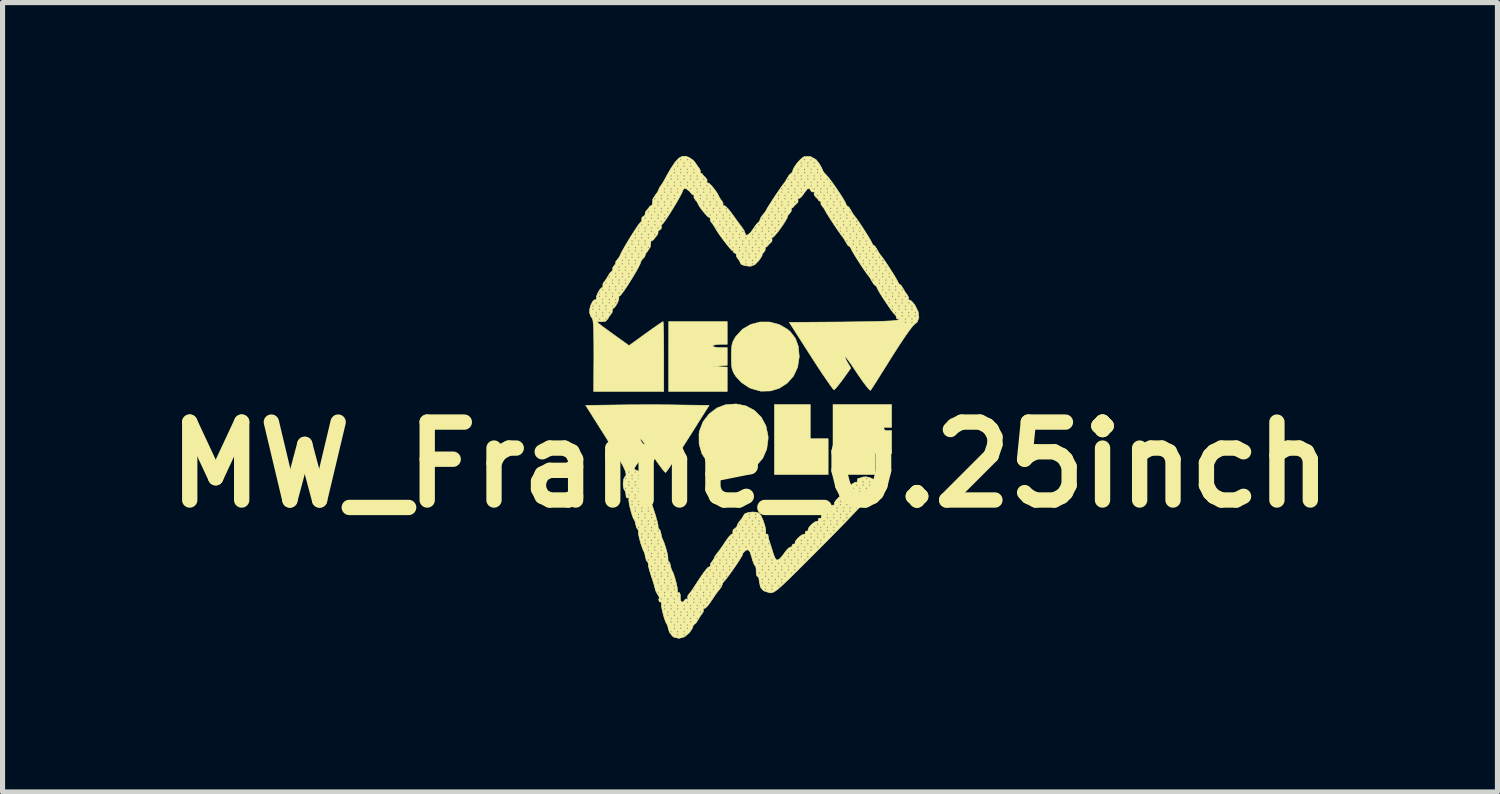
<source format=kicad_pcb>
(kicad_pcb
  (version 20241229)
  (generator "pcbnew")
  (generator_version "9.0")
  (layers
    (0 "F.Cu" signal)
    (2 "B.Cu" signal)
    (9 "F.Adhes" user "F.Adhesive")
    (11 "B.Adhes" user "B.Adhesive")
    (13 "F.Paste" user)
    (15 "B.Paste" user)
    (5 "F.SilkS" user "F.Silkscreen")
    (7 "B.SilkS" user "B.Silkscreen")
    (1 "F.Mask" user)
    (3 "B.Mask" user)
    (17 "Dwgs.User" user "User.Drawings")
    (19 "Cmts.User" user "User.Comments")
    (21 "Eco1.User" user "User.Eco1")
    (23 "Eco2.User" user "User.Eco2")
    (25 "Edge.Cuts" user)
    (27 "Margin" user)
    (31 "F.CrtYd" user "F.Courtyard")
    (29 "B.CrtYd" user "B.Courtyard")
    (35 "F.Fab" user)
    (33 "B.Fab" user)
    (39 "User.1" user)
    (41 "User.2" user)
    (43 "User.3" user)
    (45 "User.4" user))
  (footprint "MW_Frame_0.25inch"
    (layer "F.Cu")
    (at 11.619 6.04)
    (property "Reference" "MW_Frame_0.25inch" (at 0 0 0) (layer "F.SilkS") (effects (font (size 1.524 1.524) (thickness 0.3))))
    (attr through_hole)
    (fp_poly (pts (xy 1.178 -0.509) (xy 1.528 -0.509) (xy 1.528 0.191) (xy 0.477 0.191) (xy 0.477 -1.178) (xy 1.178 -1.178) (xy 1.178 -0.509)) (stroke (width 0.01) (type solid)) (fill yes) (layer "F.SilkS"))
    (fp_poly (pts (xy 2.769 -0.732) (xy 2.626 -0.732) (xy 2.541 -0.726) (xy 2.489 -0.71) (xy 2.483 -0.7) (xy 2.511 -0.681) (xy 2.583 -0.67) (xy 2.626 -0.668) (xy 2.769 -0.668) (xy 2.769 -0.223) (xy 2.451 -0.223) (xy 2.451 0.191) (xy 1.623 0.191) (xy 1.623 -1.178) (xy 2.769 -1.178) (xy 2.769 -0.732)) (stroke (width 0.01) (type solid)) (fill yes) (layer "F.SilkS"))
    (fp_poly (pts (xy -0.446 -2.355) (xy -0.589 -2.355) (xy -0.674 -2.349) (xy -0.726 -2.333) (xy -0.732 -2.324) (xy -0.704 -2.305) (xy -0.632 -2.293) (xy -0.589 -2.292) (xy -0.446 -2.292) (xy -0.446 -1.945) (xy -0.597 -1.933) (xy -0.748 -1.921) (xy -0.597 -1.916) (xy -0.446 -1.91) (xy -0.446 -1.432) (xy -1.591 -1.432) (xy -1.591 -2.801) (xy -0.446 -2.801) (xy -0.446 -2.355)) (stroke (width 0.01) (type solid)) (fill yes) (layer "F.SilkS"))
    (fp_poly (pts (xy -0.078 -1.151) (xy 0.088 -1.062) (xy 0.221 -0.929) (xy 0.312 -0.759) (xy 0.353 -0.558) (xy 0.354 -0.511) (xy 0.327 -0.305) (xy 0.249 -0.128) (xy 0.127 0.014) (xy -0.03 0.115) (xy -0.214 0.168) (xy -0.417 0.167) (xy -0.519 0.146) (xy -0.697 0.067) (xy -0.84 -0.059) (xy -0.942 -0.22) (xy -0.996 -0.406) (xy -0.998 -0.606) (xy -0.987 -0.666) (xy -0.918 -0.843) (xy -0.8 -0.995) (xy -0.647 -1.111) (xy -0.481 -1.174) (xy -0.27 -1.19) (xy -0.078 -1.151)) (stroke (width 0.01) (type solid)) (fill yes) (layer "F.SilkS"))
    (fp_poly (pts (xy 0.568 -2.744) (xy 0.736 -2.647) (xy 0.787 -2.603) (xy 0.887 -2.474) (xy 0.944 -2.318) (xy 0.962 -2.122) (xy 0.962 -2.108) (xy 0.931 -1.908) (xy 0.851 -1.736) (xy 0.729 -1.598) (xy 0.576 -1.498) (xy 0.401 -1.444) (xy 0.213 -1.439) (xy 0.021 -1.492) (xy -0.02 -1.511) (xy -0.168 -1.61) (xy -0.275 -1.725) (xy -0.321 -1.798) (xy -0.349 -1.867) (xy -0.362 -1.951) (xy -0.366 -2.071) (xy -0.366 -2.116) (xy -0.364 -2.253) (xy -0.353 -2.347) (xy -0.33 -2.42) (xy -0.288 -2.493) (xy -0.276 -2.511) (xy -0.149 -2.65) (xy 0.012 -2.744) (xy 0.193 -2.792) (xy 0.383 -2.792) (xy 0.568 -2.744)) (stroke (width 0.01) (type solid)) (fill yes) (layer "F.SilkS"))
    (fp_poly (pts (xy -1.783 -1.174) (xy -1.513 -1.172) (xy -1.403 -1.17) (xy -0.8 -1.162) (xy -1.212 -0.509) (xy -1.328 -0.327) (xy -1.434 -0.164) (xy -1.524 -0.028) (xy -1.593 0.076) (xy -1.638 0.137) (xy -1.651 0.152) (xy -1.677 0.131) (xy -1.73 0.065) (xy -1.803 -0.035) (xy -1.887 -0.158) (xy -1.897 -0.173) (xy -1.982 -0.3) (xy -2.056 -0.405) (xy -2.112 -0.478) (xy -2.141 -0.508) (xy -2.143 -0.509) (xy -2.144 -0.487) (xy -2.113 -0.432) (xy -2.103 -0.417) (xy -2.059 -0.344) (xy -2.037 -0.289) (xy -2.037 -0.284) (xy -2.055 -0.24) (xy -2.102 -0.163) (xy -2.163 -0.078) (xy -2.23 0.012) (xy -2.261 0.063) (xy -2.261 0.089) (xy -2.234 0.103) (xy -2.213 0.108) (xy -2.158 0.148) (xy -2.104 0.225) (xy -2.063 0.318) (xy -2.046 0.402) (xy -2.055 0.448) (xy -2.061 0.472) (xy -2.042 0.465) (xy -2.009 0.468) (xy -2.001 0.491) (xy -1.994 0.549) (xy -1.976 0.61) (xy -1.967 0.637) (xy -1.902 0.826) (xy -1.85 0.986) (xy -1.815 1.109) (xy -1.798 1.187) (xy -1.799 1.21) (xy -1.792 1.243) (xy -1.785 1.247) (xy -1.758 1.283) (xy -1.744 1.337) (xy -1.728 1.411) (xy -1.714 1.448) (xy -1.685 1.514) (xy -1.653 1.607) (xy -1.625 1.706) (xy -1.607 1.791) (xy -1.604 1.84) (xy -1.605 1.843) (xy -1.603 1.878) (xy -1.595 1.883) (xy -1.569 1.919) (xy -1.555 1.973) (xy -1.54 2.04) (xy -1.527 2.069) (xy -1.502 2.115) (xy -1.474 2.199) (xy -1.446 2.3) (xy -1.425 2.396) (xy -1.417 2.467) (xy -1.42 2.488) (xy -1.423 2.509) (xy -1.405 2.502) (xy -1.379 2.499) (xy -1.364 2.541) (xy -1.36 2.636) (xy -1.36 2.647) (xy -1.341 2.685) (xy -1.317 2.684) (xy -1.277 2.651) (xy -1.273 2.637) (xy -1.253 2.622) (xy -1.236 2.629) (xy -1.214 2.633) (xy -1.217 2.626) (xy -1.114 2.626) (xy -1.098 2.642) (xy -1.082 2.626) (xy -0.987 2.626) (xy -0.971 2.642) (xy -0.955 2.626) (xy -0.859 2.626) (xy -0.843 2.642) (xy -0.828 2.626) (xy -0.843 2.61) (xy -0.859 2.626) (xy -0.955 2.626) (xy -0.971 2.61) (xy -0.987 2.626) (xy -1.082 2.626) (xy -1.098 2.61) (xy -1.114 2.626) (xy -1.217 2.626) (xy -1.221 2.618) (xy -1.22 2.569) (xy -1.216 2.562) (xy -1.178 2.562) (xy -1.162 2.578) (xy -1.146 2.562) (xy -1.05 2.562) (xy -1.034 2.578) (xy -1.019 2.562) (xy -0.923 2.562) (xy -0.907 2.578) (xy -0.891 2.562) (xy -0.796 2.562) (xy -0.78 2.578) (xy -0.764 2.562) (xy -0.78 2.546) (xy -0.796 2.562) (xy -0.891 2.562) (xy -0.907 2.546) (xy -0.923 2.562) (xy -1.019 2.562) (xy -1.034 2.546) (xy -1.05 2.562) (xy -1.146 2.562) (xy -1.162 2.546) (xy -1.178 2.562) (xy -1.216 2.562) (xy -1.202 2.54) (xy -1.169 2.499) (xy -1.05 2.499) (xy -1.034 2.515) (xy -1.019 2.499) (xy -0.923 2.499) (xy -0.907 2.515) (xy -0.891 2.499) (xy -0.796 2.499) (xy -0.78 2.515) (xy -0.764 2.499) (xy -0.78 2.483) (xy -0.796 2.499) (xy -0.891 2.499) (xy -0.907 2.483) (xy -0.923 2.499) (xy -1.019 2.499) (xy -1.034 2.483) (xy -1.05 2.499) (xy -1.169 2.499) (xy -1.148 2.473) (xy -1.13 2.446) (xy -1.123 2.435) (xy -1.114 2.435) (xy -1.098 2.451) (xy -1.082 2.435) (xy -0.987 2.435) (xy -0.971 2.451) (xy -0.955 2.435) (xy -0.859 2.435) (xy -0.843 2.451) (xy -0.828 2.435) (xy -0.732 2.435) (xy -0.716 2.451) (xy -0.7 2.435) (xy -0.716 2.419) (xy -0.732 2.435) (xy -0.828 2.435) (xy -0.843 2.419) (xy -0.859 2.435) (xy -0.955 2.435) (xy -0.971 2.419) (xy -0.987 2.435) (xy -1.082 2.435) (xy -1.098 2.419) (xy -1.114 2.435) (xy -1.123 2.435) (xy -1.081 2.371) (xy -0.987 2.371) (xy -0.971 2.387) (xy -0.955 2.371) (xy -0.859 2.371) (xy -0.843 2.387) (xy -0.828 2.371) (xy -0.732 2.371) (xy -0.716 2.387) (xy -0.7 2.371) (xy -0.605 2.371) (xy -0.589 2.387) (xy -0.573 2.371) (xy -0.589 2.355) (xy -0.605 2.371) (xy -0.7 2.371) (xy -0.716 2.355) (xy -0.732 2.371) (xy -0.828 2.371) (xy -0.843 2.355) (xy -0.859 2.371) (xy -0.955 2.371) (xy -0.971 2.355) (xy -0.987 2.371) (xy -1.081 2.371) (xy -1.04 2.308) (xy -0.923 2.308) (xy -0.907 2.324) (xy -0.891 2.308) (xy -0.796 2.308) (xy -0.78 2.324) (xy -0.764 2.308) (xy -0.668 2.308) (xy -0.653 2.324) (xy -0.637 2.308) (xy -0.653 2.292) (xy -0.668 2.308) (xy -0.764 2.308) (xy -0.78 2.292) (xy -0.796 2.308) (xy -0.891 2.308) (xy -0.907 2.292) (xy -0.923 2.308) (xy -1.04 2.308) (xy -1.014 2.267) (xy -0.998 2.244) (xy -0.923 2.244) (xy -0.907 2.26) (xy -0.891 2.244) (xy -0.796 2.244) (xy -0.78 2.26) (xy -0.764 2.244) (xy -0.668 2.244) (xy -0.653 2.26) (xy -0.637 2.244) (xy -0.541 2.244) (xy -0.525 2.26) (xy -0.509 2.244) (xy -0.525 2.228) (xy -0.541 2.244) (xy -0.637 2.244) (xy -0.653 2.228) (xy -0.668 2.244) (xy -0.764 2.244) (xy -0.78 2.228) (xy -0.796 2.244) (xy -0.891 2.244) (xy -0.907 2.228) (xy -0.923 2.244) (xy -0.998 2.244) (xy -0.955 2.18) (xy -0.859 2.18) (xy -0.843 2.196) (xy -0.828 2.18) (xy -0.732 2.18) (xy -0.716 2.196) (xy -0.7 2.18) (xy -0.605 2.18) (xy -0.589 2.196) (xy -0.573 2.18) (xy -0.477 2.18) (xy -0.462 2.196) (xy -0.446 2.18) (xy -0.462 2.164) (xy -0.477 2.18) (xy -0.573 2.18) (xy -0.589 2.164) (xy -0.605 2.18) (xy -0.7 2.18) (xy -0.716 2.164) (xy -0.732 2.18) (xy -0.828 2.18) (xy -0.843 2.164) (xy -0.859 2.18) (xy -0.955 2.18) (xy -0.926 2.138) (xy -0.911 2.117) (xy -0.859 2.117) (xy -0.843 2.133) (xy -0.828 2.117) (xy -0.732 2.117) (xy -0.716 2.133) (xy -0.7 2.117) (xy -0.605 2.117) (xy -0.589 2.133) (xy -0.573 2.117) (xy -0.477 2.117) (xy -0.462 2.133) (xy -0.446 2.117) (xy -0.462 2.101) (xy -0.477 2.117) (xy -0.573 2.117) (xy -0.589 2.101) (xy -0.605 2.117) (xy -0.7 2.117) (xy -0.716 2.101) (xy -0.732 2.117) (xy -0.828 2.117) (xy -0.843 2.101) (xy -0.859 2.117) (xy -0.911 2.117) (xy -0.863 2.053) (xy -0.796 2.053) (xy -0.78 2.069) (xy -0.764 2.053) (xy -0.668 2.053) (xy -0.653 2.069) (xy -0.637 2.053) (xy -0.541 2.053) (xy -0.525 2.069) (xy -0.509 2.053) (xy -0.414 2.053) (xy -0.398 2.069) (xy -0.382 2.053) (xy -0.398 2.037) (xy -0.414 2.053) (xy -0.509 2.053) (xy -0.525 2.037) (xy -0.541 2.053) (xy -0.637 2.053) (xy -0.653 2.037) (xy -0.668 2.053) (xy -0.764 2.053) (xy -0.78 2.037) (xy -0.796 2.053) (xy -0.863 2.053) (xy -0.863 2.053) (xy -0.82 2.006) (xy -0.794 1.992) (xy -0.788 1.994) (xy -0.769 1.995) (xy -0.771 1.989) (xy -0.668 1.989) (xy -0.653 2.005) (xy -0.637 1.989) (xy -0.541 1.989) (xy -0.525 2.005) (xy -0.509 1.989) (xy -0.414 1.989) (xy -0.398 2.005) (xy -0.382 1.989) (xy -0.398 1.973) (xy -0.414 1.989) (xy -0.509 1.989) (xy -0.525 1.973) (xy -0.541 1.989) (xy -0.637 1.989) (xy -0.653 1.973) (xy -0.668 1.989) (xy -0.771 1.989) (xy -0.775 1.981) (xy -0.773 1.934) (xy -0.767 1.926) (xy -0.732 1.926) (xy -0.716 1.942) (xy -0.7 1.926) (xy -0.605 1.926) (xy -0.589 1.942) (xy -0.573 1.926) (xy -0.477 1.926) (xy -0.462 1.942) (xy -0.446 1.926) (xy -0.35 1.926) (xy -0.334 1.942) (xy -0.318 1.926) (xy -0.334 1.91) (xy -0.35 1.926) (xy -0.446 1.926) (xy -0.462 1.91) (xy -0.477 1.926) (xy -0.573 1.926) (xy -0.589 1.91) (xy -0.605 1.926) (xy -0.7 1.926) (xy -0.716 1.91) (xy -0.732 1.926) (xy -0.767 1.926) (xy -0.748 1.899) (xy -0.72 1.862) (xy -0.605 1.862) (xy -0.589 1.878) (xy -0.573 1.862) (xy -0.477 1.862) (xy -0.462 1.878) (xy -0.446 1.862) (xy -0.35 1.862) (xy -0.334 1.878) (xy -0.318 1.862) (xy -0.334 1.846) (xy -0.35 1.862) (xy -0.446 1.862) (xy -0.462 1.846) (xy -0.477 1.862) (xy -0.573 1.862) (xy -0.589 1.846) (xy -0.605 1.862) (xy -0.72 1.862) (xy -0.709 1.848) (xy -0.7 1.823) (xy -0.689 1.798) (xy -0.668 1.798) (xy -0.653 1.814) (xy -0.637 1.798) (xy -0.541 1.798) (xy -0.525 1.814) (xy -0.509 1.798) (xy -0.414 1.798) (xy -0.398 1.814) (xy -0.382 1.798) (xy -0.286 1.798) (xy -0.271 1.814) (xy -0.255 1.798) (xy -0.271 1.782) (xy -0.286 1.798) (xy -0.382 1.798) (xy -0.398 1.782) (xy -0.414 1.798) (xy -0.509 1.798) (xy -0.525 1.782) (xy -0.541 1.798) (xy -0.637 1.798) (xy -0.653 1.782) (xy -0.668 1.798) (xy -0.689 1.798) (xy -0.681 1.78) (xy -0.646 1.735) (xy -0.541 1.735) (xy -0.525 1.751) (xy -0.509 1.735) (xy -0.414 1.735) (xy -0.398 1.751) (xy -0.382 1.735) (xy -0.286 1.735) (xy -0.271 1.751) (xy -0.255 1.735) (xy -0.271 1.719) (xy -0.286 1.735) (xy -0.382 1.735) (xy -0.398 1.719) (xy -0.414 1.735) (xy -0.509 1.735) (xy -0.525 1.719) (xy -0.541 1.735) (xy -0.646 1.735) (xy -0.644 1.733) (xy -0.597 1.673) (xy -0.596 1.671) (xy -0.477 1.671) (xy -0.462 1.687) (xy -0.446 1.671) (xy -0.35 1.671) (xy -0.334 1.687) (xy -0.318 1.671) (xy -0.223 1.671) (xy -0.207 1.687) (xy -0.191 1.671) (xy -0.207 1.655) (xy -0.223 1.671) (xy -0.318 1.671) (xy -0.334 1.655) (xy -0.35 1.671) (xy -0.446 1.671) (xy -0.462 1.655) (xy -0.477 1.671) (xy -0.596 1.671) (xy -0.551 1.607) (xy -0.477 1.607) (xy -0.462 1.623) (xy -0.446 1.607) (xy -0.35 1.607) (xy -0.334 1.623) (xy -0.318 1.607) (xy -0.223 1.607) (xy -0.207 1.623) (xy -0.191 1.607) (xy -0.095 1.607) (xy -0.08 1.623) (xy -0.064 1.607) (xy 0.032 1.607) (xy 0.048 1.623) (xy 0.064 1.607) (xy 0.159 1.607) (xy 0.175 1.623) (xy 0.191 1.607) (xy 0.286 1.607) (xy 0.302 1.623) (xy 0.318 1.607) (xy 0.302 1.591) (xy 0.286 1.607) (xy 0.191 1.607) (xy 0.175 1.591) (xy 0.159 1.607) (xy 0.064 1.607) (xy 0.048 1.591) (xy 0.032 1.607) (xy -0.064 1.607) (xy -0.08 1.591) (xy -0.095 1.607) (xy -0.191 1.607) (xy -0.207 1.591) (xy -0.223 1.607) (xy -0.318 1.607) (xy -0.334 1.591) (xy -0.35 1.607) (xy -0.446 1.607) (xy -0.462 1.591) (xy -0.477 1.607) (xy -0.551 1.607) (xy -0.532 1.581) (xy -0.508 1.544) (xy -0.414 1.544) (xy -0.398 1.56) (xy -0.382 1.544) (xy -0.286 1.544) (xy -0.271 1.56) (xy -0.255 1.544) (xy -0.159 1.544) (xy -0.143 1.56) (xy -0.127 1.544) (xy -0.032 1.544) (xy -0.016 1.56) (xy 0 1.544) (xy 0.095 1.544) (xy 0.111 1.56) (xy 0.127 1.544) (xy 0.223 1.544) (xy 0.239 1.56) (xy 0.255 1.544) (xy 0.35 1.544) (xy 0.366 1.56) (xy 0.382 1.544) (xy 0.366 1.528) (xy 0.35 1.544) (xy 0.255 1.544) (xy 0.239 1.528) (xy 0.223 1.544) (xy 0.127 1.544) (xy 0.111 1.528) (xy 0.095 1.544) (xy 0 1.544) (xy -0.016 1.528) (xy -0.032 1.544) (xy -0.127 1.544) (xy -0.143 1.528) (xy -0.159 1.544) (xy -0.255 1.544) (xy -0.271 1.528) (xy -0.286 1.544) (xy -0.382 1.544) (xy -0.398 1.528) (xy -0.414 1.544) (xy -0.508 1.544) (xy -0.482 1.504) (xy -0.465 1.48) (xy -0.414 1.48) (xy -0.398 1.496) (xy -0.382 1.48) (xy -0.286 1.48) (xy -0.271 1.496) (xy -0.255 1.48) (xy -0.159 1.48) (xy -0.143 1.496) (xy -0.127 1.48) (xy -0.032 1.48) (xy -0.016 1.496) (xy 0 1.48) (xy 0.095 1.48) (xy 0.111 1.496) (xy 0.127 1.48) (xy 0.223 1.48) (xy 0.239 1.496) (xy 0.255 1.48) (xy 0.239 1.464) (xy 0.223 1.48) (xy 0.127 1.48) (xy 0.111 1.464) (xy 0.095 1.48) (xy 0 1.48) (xy -0.016 1.464) (xy -0.032 1.48) (xy -0.127 1.48) (xy -0.143 1.464) (xy -0.159 1.48) (xy -0.255 1.48) (xy -0.271 1.464) (xy -0.286 1.48) (xy -0.382 1.48) (xy -0.398 1.464) (xy -0.414 1.48) (xy -0.465 1.48) (xy -0.422 1.42) (xy -0.419 1.416) (xy -0.35 1.416) (xy -0.334 1.432) (xy -0.318 1.416) (xy -0.223 1.416) (xy -0.207 1.432) (xy -0.191 1.416) (xy -0.095 1.416) (xy -0.08 1.432) (xy -0.064 1.416) (xy 0.032 1.416) (xy 0.048 1.432) (xy 0.064 1.416) (xy 0.159 1.416) (xy 0.175 1.432) (xy 0.191 1.416) (xy 0.286 1.416) (xy 0.302 1.432) (xy 0.318 1.416) (xy 0.302 1.401) (xy 0.286 1.416) (xy 0.191 1.416) (xy 0.175 1.401) (xy 0.159 1.416) (xy 0.064 1.416) (xy 0.048 1.401) (xy 0.032 1.416) (xy -0.064 1.416) (xy -0.08 1.401) (xy -0.095 1.416) (xy -0.191 1.416) (xy -0.207 1.401) (xy -0.223 1.416) (xy -0.318 1.416) (xy -0.334 1.401) (xy -0.35 1.416) (xy -0.419 1.416) (xy -0.373 1.366) (xy -0.347 1.355) (xy -0.344 1.353) (xy -0.223 1.353) (xy -0.207 1.369) (xy -0.191 1.353) (xy -0.095 1.353) (xy -0.08 1.369) (xy -0.064 1.353) (xy 0.032 1.353) (xy 0.048 1.369) (xy 0.064 1.353) (xy 0.159 1.353) (xy 0.175 1.369) (xy 0.191 1.353) (xy 0.175 1.337) (xy 0.159 1.353) (xy 0.064 1.353) (xy 0.048 1.337) (xy 0.032 1.353) (xy -0.064 1.353) (xy -0.08 1.337) (xy -0.095 1.353) (xy -0.191 1.353) (xy -0.207 1.337) (xy -0.223 1.353) (xy -0.344 1.353) (xy -0.332 1.347) (xy -0.338 1.323) (xy -0.333 1.289) (xy -0.286 1.289) (xy -0.271 1.305) (xy -0.255 1.289) (xy -0.159 1.289) (xy -0.143 1.305) (xy -0.127 1.289) (xy -0.032 1.289) (xy -0.016 1.305) (xy 0 1.289) (xy 0.095 1.289) (xy 0.111 1.305) (xy 0.127 1.289) (xy 0.223 1.289) (xy 0.239 1.305) (xy 0.255 1.289) (xy 0.239 1.273) (xy 0.223 1.289) (xy 0.127 1.289) (xy 0.111 1.273) (xy 0.095 1.289) (xy 0 1.289) (xy -0.016 1.273) (xy -0.032 1.289) (xy -0.127 1.289) (xy -0.143 1.273) (xy -0.159 1.289) (xy -0.255 1.289) (xy -0.271 1.273) (xy -0.286 1.289) (xy -0.333 1.289) (xy -0.33 1.271) (xy -0.306 1.254) (xy -0.271 1.225) (xy -0.159 1.225) (xy -0.143 1.241) (xy -0.127 1.225) (xy -0.032 1.225) (xy -0.016 1.241) (xy 0 1.225) (xy 0.095 1.225) (xy 0.111 1.241) (xy 0.127 1.225) (xy 0.223 1.225) (xy 0.239 1.241) (xy 0.255 1.225) (xy 0.239 1.21) (xy 0.223 1.225) (xy 0.127 1.225) (xy 0.111 1.21) (xy 0.095 1.225) (xy 0 1.225) (xy -0.016 1.21) (xy -0.032 1.225) (xy -0.127 1.225) (xy -0.143 1.21) (xy -0.159 1.225) (xy -0.271 1.225) (xy -0.261 1.218) (xy -0.255 1.196) (xy -0.241 1.162) (xy -0.223 1.162) (xy -0.207 1.178) (xy -0.191 1.162) (xy -0.095 1.162) (xy -0.08 1.178) (xy -0.064 1.162) (xy 0.032 1.162) (xy 0.048 1.178) (xy 0.064 1.162) (xy 0.159 1.162) (xy 0.175 1.178) (xy 0.191 1.162) (xy 0.175 1.146) (xy 0.159 1.162) (xy 0.064 1.162) (xy 0.048 1.146) (xy 0.032 1.162) (xy -0.064 1.162) (xy -0.08 1.146) (xy -0.095 1.162) (xy -0.191 1.162) (xy -0.207 1.146) (xy -0.223 1.162) (xy -0.241 1.162) (xy -0.235 1.147) (xy -0.198 1.098) (xy -0.095 1.098) (xy -0.08 1.114) (xy -0.064 1.098) (xy 0.032 1.098) (xy 0.048 1.114) (xy 0.064 1.098) (xy 0.159 1.098) (xy 0.175 1.114) (xy 0.191 1.098) (xy 0.175 1.082) (xy 0.159 1.098) (xy 0.064 1.098) (xy 0.048 1.082) (xy 0.032 1.098) (xy -0.064 1.098) (xy -0.08 1.082) (xy -0.095 1.098) (xy -0.198 1.098) (xy -0.191 1.09) (xy -0.148 1.034) (xy -0.032 1.034) (xy -0.016 1.05) (xy 0 1.034) (xy 0.095 1.034) (xy 0.111 1.05) (xy 0.127 1.034) (xy 0.111 1.019) (xy 0.095 1.034) (xy 0 1.034) (xy -0.016 1.019) (xy -0.032 1.034) (xy -0.148 1.034) (xy -0.145 1.031) (xy -0.127 0.991) (xy -0.111 0.971) (xy -0.032 0.971) (xy -0.016 0.987) (xy 0 0.971) (xy 0.095 0.971) (xy 0.111 0.987) (xy 0.127 0.971) (xy 0.111 0.955) (xy 0.095 0.971) (xy 0 0.971) (xy -0.016 0.955) (xy -0.032 0.971) (xy -0.111 0.971) (xy -0.099 0.956) (xy -0.031 0.932) (xy 0.055 0.923) (xy 0.137 0.931) (xy 0.178 0.947) (xy 0.215 0.996) (xy 0.254 1.083) (xy 0.288 1.182) (xy 0.308 1.271) (xy 0.307 1.321) (xy 0.304 1.355) (xy 0.319 1.353) (xy 0.348 1.36) (xy 0.354 1.383) (xy 0.362 1.442) (xy 0.381 1.505) (xy 0.389 1.528) (xy 0.409 1.587) (xy 0.437 1.677) (xy 0.447 1.712) (xy 0.483 1.813) (xy 0.517 1.862) (xy 0.56 1.857) (xy 0.619 1.799) (xy 0.619 1.798) (xy 0.732 1.798) (xy 0.748 1.814) (xy 0.764 1.798) (xy 0.859 1.798) (xy 0.875 1.814) (xy 0.891 1.798) (xy 0.987 1.798) (xy 1.003 1.814) (xy 1.019 1.798) (xy 1.114 1.798) (xy 1.13 1.814) (xy 1.146 1.798) (xy 1.13 1.782) (xy 1.114 1.798) (xy 1.019 1.798) (xy 1.003 1.782) (xy 0.987 1.798) (xy 0.891 1.798) (xy 0.875 1.782) (xy 0.859 1.798) (xy 0.764 1.798) (xy 0.748 1.782) (xy 0.732 1.798) (xy 0.619 1.798) (xy 0.666 1.735) (xy 0.732 1.735) (xy 0.748 1.751) (xy 0.764 1.735) (xy 0.859 1.735) (xy 0.875 1.751) (xy 0.891 1.735) (xy 0.987 1.735) (xy 1.003 1.751) (xy 1.019 1.735) (xy 1.114 1.735) (xy 1.13 1.751) (xy 1.146 1.735) (xy 1.13 1.719) (xy 1.114 1.735) (xy 1.019 1.735) (xy 1.003 1.719) (xy 0.987 1.735) (xy 0.891 1.735) (xy 0.875 1.719) (xy 0.859 1.735) (xy 0.764 1.735) (xy 0.748 1.719) (xy 0.732 1.735) (xy 0.666 1.735) (xy 0.696 1.695) (xy 0.716 1.671) (xy 0.796 1.671) (xy 0.812 1.687) (xy 0.828 1.671) (xy 0.923 1.671) (xy 0.939 1.687) (xy 0.955 1.671) (xy 1.05 1.671) (xy 1.066 1.687) (xy 1.082 1.671) (xy 1.178 1.671) (xy 1.194 1.687) (xy 1.21 1.671) (xy 1.194 1.655) (xy 1.178 1.671) (xy 1.082 1.671) (xy 1.066 1.655) (xy 1.05 1.671) (xy 0.955 1.671) (xy 0.939 1.655) (xy 0.923 1.671) (xy 0.828 1.671) (xy 0.812 1.655) (xy 0.796 1.671) (xy 0.716 1.671) (xy 0.748 1.634) (xy 0.791 1.608) (xy 0.799 1.609) (xy 0.806 1.607) (xy 0.923 1.607) (xy 0.939 1.623) (xy 0.955 1.607) (xy 1.05 1.607) (xy 1.066 1.623) (xy 1.082 1.607) (xy 1.178 1.607) (xy 1.194 1.623) (xy 1.21 1.607) (xy 1.305 1.607) (xy 1.321 1.623) (xy 1.337 1.607) (xy 1.321 1.591) (xy 1.305 1.607) (xy 1.21 1.607) (xy 1.194 1.591) (xy 1.178 1.607) (xy 1.082 1.607) (xy 1.066 1.591) (xy 1.05 1.607) (xy 0.955 1.607) (xy 0.939 1.591) (xy 0.923 1.607) (xy 0.806 1.607) (xy 0.821 1.603) (xy 0.82 1.586) (xy 0.836 1.553) (xy 0.854 1.552) (xy 0.882 1.545) (xy 0.882 1.544) (xy 0.987 1.544) (xy 1.003 1.56) (xy 1.019 1.544) (xy 1.114 1.544) (xy 1.13 1.56) (xy 1.146 1.544) (xy 1.241 1.544) (xy 1.257 1.56) (xy 1.273 1.544) (xy 1.369 1.544) (xy 1.385 1.56) (xy 1.401 1.544) (xy 1.385 1.528) (xy 1.369 1.544) (xy 1.273 1.544) (xy 1.257 1.528) (xy 1.241 1.544) (xy 1.146 1.544) (xy 1.13 1.528) (xy 1.114 1.544) (xy 1.019 1.544) (xy 1.003 1.528) (xy 0.987 1.544) (xy 0.882 1.544) (xy 0.879 1.533) (xy 0.887 1.496) (xy 0.9 1.48) (xy 0.987 1.48) (xy 1.003 1.496) (xy 1.019 1.48) (xy 1.114 1.48) (xy 1.13 1.496) (xy 1.146 1.48) (xy 1.241 1.48) (xy 1.257 1.496) (xy 1.273 1.48) (xy 1.369 1.48) (xy 1.385 1.496) (xy 1.401 1.48) (xy 1.385 1.464) (xy 1.369 1.48) (xy 1.273 1.48) (xy 1.257 1.464) (xy 1.241 1.48) (xy 1.146 1.48) (xy 1.13 1.464) (xy 1.114 1.48) (xy 1.019 1.48) (xy 1.003 1.464) (xy 0.987 1.48) (xy 0.9 1.48) (xy 0.929 1.443) (xy 0.958 1.416) (xy 1.05 1.416) (xy 1.066 1.432) (xy 1.082 1.416) (xy 1.178 1.416) (xy 1.194 1.432) (xy 1.21 1.416) (xy 1.305 1.416) (xy 1.321 1.432) (xy 1.337 1.416) (xy 1.432 1.416) (xy 1.448 1.432) (xy 1.464 1.416) (xy 1.448 1.401) (xy 1.432 1.416) (xy 1.337 1.416) (xy 1.321 1.401) (xy 1.305 1.416) (xy 1.21 1.416) (xy 1.194 1.401) (xy 1.178 1.416) (xy 1.082 1.416) (xy 1.066 1.401) (xy 1.05 1.416) (xy 0.958 1.416) (xy 0.985 1.392) (xy 1.037 1.36) (xy 1.063 1.36) (xy 1.079 1.358) (xy 1.078 1.353) (xy 1.178 1.353) (xy 1.194 1.369) (xy 1.21 1.353) (xy 1.305 1.353) (xy 1.321 1.369) (xy 1.337 1.353) (xy 1.432 1.353) (xy 1.448 1.369) (xy 1.464 1.353) (xy 1.56 1.353) (xy 1.576 1.369) (xy 1.591 1.353) (xy 1.576 1.337) (xy 1.56 1.353) (xy 1.464 1.353) (xy 1.448 1.337) (xy 1.432 1.353) (xy 1.337 1.353) (xy 1.321 1.337) (xy 1.305 1.353) (xy 1.21 1.353) (xy 1.194 1.337) (xy 1.178 1.353) (xy 1.078 1.353) (xy 1.077 1.337) (xy 1.088 1.3) (xy 1.108 1.298) (xy 1.137 1.291) (xy 1.136 1.289) (xy 1.241 1.289) (xy 1.257 1.305) (xy 1.273 1.289) (xy 1.369 1.289) (xy 1.385 1.305) (xy 1.401 1.289) (xy 1.496 1.289) (xy 1.512 1.305) (xy 1.528 1.289) (xy 1.623 1.289) (xy 1.639 1.305) (xy 1.655 1.289) (xy 1.639 1.273) (xy 1.623 1.289) (xy 1.528 1.289) (xy 1.512 1.273) (xy 1.496 1.289) (xy 1.401 1.289) (xy 1.385 1.273) (xy 1.369 1.289) (xy 1.273 1.289) (xy 1.257 1.273) (xy 1.241 1.289) (xy 1.136 1.289) (xy 1.133 1.279) (xy 1.142 1.242) (xy 1.154 1.225) (xy 1.241 1.225) (xy 1.257 1.241) (xy 1.273 1.225) (xy 1.369 1.225) (xy 1.385 1.241) (xy 1.401 1.225) (xy 1.496 1.225) (xy 1.512 1.241) (xy 1.528 1.225) (xy 1.623 1.225) (xy 1.639 1.241) (xy 1.655 1.225) (xy 1.639 1.21) (xy 1.623 1.225) (xy 1.528 1.225) (xy 1.512 1.21) (xy 1.496 1.225) (xy 1.401 1.225) (xy 1.385 1.21) (xy 1.369 1.225) (xy 1.273 1.225) (xy 1.257 1.21) (xy 1.241 1.225) (xy 1.154 1.225) (xy 1.183 1.189) (xy 1.213 1.162) (xy 1.305 1.162) (xy 1.321 1.178) (xy 1.337 1.162) (xy 1.432 1.162) (xy 1.448 1.178) (xy 1.464 1.162) (xy 1.56 1.162) (xy 1.576 1.178) (xy 1.591 1.162) (xy 1.687 1.162) (xy 1.703 1.178) (xy 1.719 1.162) (xy 1.703 1.146) (xy 1.687 1.162) (xy 1.591 1.162) (xy 1.576 1.146) (xy 1.56 1.162) (xy 1.464 1.162) (xy 1.448 1.146) (xy 1.432 1.162) (xy 1.337 1.162) (xy 1.321 1.146) (xy 1.305 1.162) (xy 1.213 1.162) (xy 1.24 1.137) (xy 1.292 1.105) (xy 1.318 1.106) (xy 1.333 1.104) (xy 1.333 1.098) (xy 1.432 1.098) (xy 1.448 1.114) (xy 1.464 1.098) (xy 1.56 1.098) (xy 1.576 1.114) (xy 1.591 1.098) (xy 1.687 1.098) (xy 1.703 1.114) (xy 1.719 1.098) (xy 1.814 1.098) (xy 1.83 1.114) (xy 1.846 1.098) (xy 1.83 1.082) (xy 1.814 1.098) (xy 1.719 1.098) (xy 1.703 1.082) (xy 1.687 1.098) (xy 1.591 1.098) (xy 1.576 1.082) (xy 1.56 1.098) (xy 1.464 1.098) (xy 1.448 1.082) (xy 1.432 1.098) (xy 1.333 1.098) (xy 1.332 1.082) (xy 1.344 1.046) (xy 1.369 1.045) (xy 1.398 1.043) (xy 1.394 1.034) (xy 1.496 1.034) (xy 1.512 1.05) (xy 1.528 1.034) (xy 1.623 1.034) (xy 1.639 1.05) (xy 1.655 1.034) (xy 1.751 1.034) (xy 1.767 1.05) (xy 1.782 1.034) (xy 1.878 1.034) (xy 1.894 1.05) (xy 1.91 1.034) (xy 1.894 1.019) (xy 1.878 1.034) (xy 1.782 1.034) (xy 1.767 1.019) (xy 1.751 1.034) (xy 1.655 1.034) (xy 1.639 1.019) (xy 1.623 1.034) (xy 1.528 1.034) (xy 1.512 1.019) (xy 1.496 1.034) (xy 1.394 1.034) (xy 1.392 1.031) (xy 1.396 0.996) (xy 1.413 0.971) (xy 1.496 0.971) (xy 1.512 0.987) (xy 1.528 0.971) (xy 1.623 0.971) (xy 1.639 0.987) (xy 1.655 0.971) (xy 1.751 0.971) (xy 1.767 0.987) (xy 1.782 0.971) (xy 1.878 0.971) (xy 1.894 0.987) (xy 1.91 0.971) (xy 1.894 0.955) (xy 1.878 0.971) (xy 1.782 0.971) (xy 1.767 0.955) (xy 1.751 0.971) (xy 1.655 0.971) (xy 1.639 0.955) (xy 1.623 0.971) (xy 1.528 0.971) (xy 1.512 0.955) (xy 1.496 0.971) (xy 1.413 0.971) (xy 1.433 0.942) (xy 1.466 0.907) (xy 1.56 0.907) (xy 1.576 0.923) (xy 1.591 0.907) (xy 1.687 0.907) (xy 1.703 0.923) (xy 1.719 0.907) (xy 1.814 0.907) (xy 1.83 0.923) (xy 1.846 0.907) (xy 1.942 0.907) (xy 1.958 0.923) (xy 1.973 0.907) (xy 1.958 0.891) (xy 1.942 0.907) (xy 1.846 0.907) (xy 1.83 0.891) (xy 1.814 0.907) (xy 1.719 0.907) (xy 1.703 0.891) (xy 1.687 0.907) (xy 1.591 0.907) (xy 1.576 0.891) (xy 1.56 0.907) (xy 1.466 0.907) (xy 1.486 0.887) (xy 1.537 0.851) (xy 1.565 0.847) (xy 1.575 0.843) (xy 1.687 0.843) (xy 1.703 0.859) (xy 1.719 0.843) (xy 1.814 0.843) (xy 1.83 0.859) (xy 1.846 0.843) (xy 1.942 0.843) (xy 1.958 0.859) (xy 1.973 0.843) (xy 2.069 0.843) (xy 2.085 0.859) (xy 2.101 0.843) (xy 2.085 0.828) (xy 2.069 0.843) (xy 1.973 0.843) (xy 1.958 0.828) (xy 1.942 0.843) (xy 1.846 0.843) (xy 1.83 0.828) (xy 1.814 0.843) (xy 1.719 0.843) (xy 1.703 0.828) (xy 1.687 0.843) (xy 1.575 0.843) (xy 1.585 0.839) (xy 1.584 0.822) (xy 1.6 0.791) (xy 1.623 0.79) (xy 1.652 0.788) (xy 1.648 0.78) (xy 1.751 0.78) (xy 1.767 0.796) (xy 1.782 0.78) (xy 1.878 0.78) (xy 1.894 0.796) (xy 1.91 0.78) (xy 2.005 0.78) (xy 2.021 0.796) (xy 2.037 0.78) (xy 2.133 0.78) (xy 2.148 0.796) (xy 2.164 0.78) (xy 2.148 0.764) (xy 2.133 0.78) (xy 2.037 0.78) (xy 2.021 0.764) (xy 2.005 0.78) (xy 1.91 0.78) (xy 1.894 0.764) (xy 1.878 0.78) (xy 1.782 0.78) (xy 1.767 0.764) (xy 1.751 0.78) (xy 1.648 0.78) (xy 1.647 0.777) (xy 1.65 0.742) (xy 1.668 0.716) (xy 1.751 0.716) (xy 1.767 0.732) (xy 1.782 0.716) (xy 1.878 0.716) (xy 1.894 0.732) (xy 1.91 0.716) (xy 2.005 0.716) (xy 2.021 0.732) (xy 2.037 0.716) (xy 2.133 0.716) (xy 2.148 0.732) (xy 2.164 0.716) (xy 2.148 0.7) (xy 2.133 0.716) (xy 2.037 0.716) (xy 2.021 0.7) (xy 2.005 0.716) (xy 1.91 0.716) (xy 1.894 0.7) (xy 1.878 0.716) (xy 1.782 0.716) (xy 1.767 0.7) (xy 1.751 0.716) (xy 1.668 0.716) (xy 1.687 0.687) (xy 1.721 0.653) (xy 1.814 0.653) (xy 1.83 0.668) (xy 1.846 0.653) (xy 1.942 0.653) (xy 1.958 0.668) (xy 1.973 0.653) (xy 2.069 0.653) (xy 2.085 0.668) (xy 2.101 0.653) (xy 2.196 0.653) (xy 2.212 0.668) (xy 2.228 0.653) (xy 2.212 0.637) (xy 2.196 0.653) (xy 2.101 0.653) (xy 2.085 0.637) (xy 2.069 0.653) (xy 1.973 0.653) (xy 1.958 0.637) (xy 1.942 0.653) (xy 1.846 0.653) (xy 1.83 0.637) (xy 1.814 0.653) (xy 1.721 0.653) (xy 1.74 0.633) (xy 1.792 0.596) (xy 1.82 0.592) (xy 1.829 0.589) (xy 1.942 0.589) (xy 1.958 0.605) (xy 1.973 0.589) (xy 2.069 0.589) (xy 2.085 0.605) (xy 2.101 0.589) (xy 2.196 0.589) (xy 2.212 0.605) (xy 2.228 0.589) (xy 2.212 0.573) (xy 2.196 0.589) (xy 2.101 0.589) (xy 2.085 0.573) (xy 2.069 0.589) (xy 1.973 0.589) (xy 1.958 0.573) (xy 1.942 0.589) (xy 1.829 0.589) (xy 1.84 0.585) (xy 1.839 0.567) (xy 1.854 0.535) (xy 1.872 0.534) (xy 1.9 0.527) (xy 1.9 0.525) (xy 2.005 0.525) (xy 2.021 0.541) (xy 2.037 0.525) (xy 2.133 0.525) (xy 2.148 0.541) (xy 2.164 0.525) (xy 2.26 0.525) (xy 2.276 0.541) (xy 2.292 0.525) (xy 2.276 0.509) (xy 2.26 0.525) (xy 2.164 0.525) (xy 2.148 0.509) (xy 2.133 0.525) (xy 2.037 0.525) (xy 2.021 0.509) (xy 2.005 0.525) (xy 1.9 0.525) (xy 1.897 0.515) (xy 1.906 0.478) (xy 1.918 0.462) (xy 2.005 0.462) (xy 2.021 0.477) (xy 2.037 0.462) (xy 2.133 0.462) (xy 2.148 0.477) (xy 2.164 0.462) (xy 2.26 0.462) (xy 2.276 0.477) (xy 2.292 0.462) (xy 2.387 0.462) (xy 2.403 0.477) (xy 2.419 0.462) (xy 2.403 0.446) (xy 2.387 0.462) (xy 2.292 0.462) (xy 2.276 0.446) (xy 2.26 0.462) (xy 2.164 0.462) (xy 2.148 0.446) (xy 2.133 0.462) (xy 2.037 0.462) (xy 2.021 0.446) (xy 2.005 0.462) (xy 1.918 0.462) (xy 1.947 0.425) (xy 1.977 0.398) (xy 2.069 0.398) (xy 2.085 0.414) (xy 2.101 0.398) (xy 2.196 0.398) (xy 2.212 0.414) (xy 2.228 0.398) (xy 2.324 0.398) (xy 2.339 0.414) (xy 2.355 0.398) (xy 2.339 0.382) (xy 2.324 0.398) (xy 2.228 0.398) (xy 2.212 0.382) (xy 2.196 0.398) (xy 2.101 0.398) (xy 2.085 0.382) (xy 2.069 0.398) (xy 1.977 0.398) (xy 2.003 0.373) (xy 2.056 0.341) (xy 2.082 0.342) (xy 2.097 0.34) (xy 2.097 0.334) (xy 2.196 0.334) (xy 2.212 0.35) (xy 2.228 0.334) (xy 2.324 0.334) (xy 2.339 0.35) (xy 2.355 0.334) (xy 2.339 0.318) (xy 2.324 0.334) (xy 2.228 0.334) (xy 2.212 0.318) (xy 2.196 0.334) (xy 2.097 0.334) (xy 2.095 0.32) (xy 2.103 0.277) (xy 2.114 0.271) (xy 2.26 0.271) (xy 2.276 0.286) (xy 2.292 0.271) (xy 2.276 0.255) (xy 2.26 0.271) (xy 2.114 0.271) (xy 2.117 0.269) (xy 2.171 0.254) (xy 2.205 0.24) (xy 2.273 0.235) (xy 2.357 0.256) (xy 2.429 0.294) (xy 2.459 0.329) (xy 2.471 0.403) (xy 2.463 0.473) (xy 2.441 0.514) (xy 2.427 0.517) (xy 2.396 0.533) (xy 2.395 0.549) (xy 2.379 0.58) (xy 2.361 0.58) (xy 2.334 0.589) (xy 2.339 0.603) (xy 2.321 0.632) (xy 2.263 0.7) (xy 2.169 0.804) (xy 2.043 0.938) (xy 1.89 1.098) (xy 1.715 1.278) (xy 1.523 1.474) (xy 1.42 1.577) (xy 1.19 1.808) (xy 1 1.998) (xy 0.847 2.15) (xy 0.724 2.269) (xy 0.629 2.359) (xy 0.556 2.423) (xy 0.501 2.466) (xy 0.459 2.491) (xy 0.427 2.503) (xy 0.4 2.505) (xy 0.38 2.503) (xy 0.267 2.466) (xy 0.24 2.435) (xy 0.286 2.435) (xy 0.302 2.451) (xy 0.318 2.435) (xy 0.414 2.435) (xy 0.43 2.451) (xy 0.446 2.435) (xy 0.43 2.419) (xy 0.414 2.435) (xy 0.318 2.435) (xy 0.302 2.419) (xy 0.286 2.435) (xy 0.24 2.435) (xy 0.203 2.392) (xy 0.199 2.371) (xy 0.286 2.371) (xy 0.302 2.387) (xy 0.318 2.371) (xy 0.414 2.371) (xy 0.43 2.387) (xy 0.446 2.371) (xy 0.541 2.371) (xy 0.557 2.387) (xy 0.573 2.371) (xy 0.557 2.355) (xy 0.541 2.371) (xy 0.446 2.371) (xy 0.43 2.355) (xy 0.414 2.371) (xy 0.318 2.371) (xy 0.302 2.355) (xy 0.286 2.371) (xy 0.199 2.371) (xy 0.186 2.308) (xy 0.223 2.308) (xy 0.239 2.324) (xy 0.255 2.308) (xy 0.35 2.308) (xy 0.366 2.324) (xy 0.382 2.308) (xy 0.477 2.308) (xy 0.493 2.324) (xy 0.509 2.308) (xy 0.605 2.308) (xy 0.621 2.324) (xy 0.637 2.308) (xy 0.621 2.292) (xy 0.605 2.308) (xy 0.509 2.308) (xy 0.493 2.292) (xy 0.477 2.308) (xy 0.382 2.308) (xy 0.366 2.292) (xy 0.35 2.308) (xy 0.255 2.308) (xy 0.239 2.292) (xy 0.223 2.308) (xy 0.186 2.308) (xy 0.181 2.284) (xy 0.176 2.244) (xy 0.223 2.244) (xy 0.239 2.26) (xy 0.255 2.244) (xy 0.35 2.244) (xy 0.366 2.26) (xy 0.382 2.244) (xy 0.477 2.244) (xy 0.493 2.26) (xy 0.509 2.244) (xy 0.605 2.244) (xy 0.621 2.26) (xy 0.637 2.244) (xy 0.621 2.228) (xy 0.605 2.244) (xy 0.509 2.244) (xy 0.493 2.228) (xy 0.477 2.244) (xy 0.382 2.244) (xy 0.366 2.228) (xy 0.35 2.244) (xy 0.255 2.244) (xy 0.239 2.228) (xy 0.223 2.244) (xy 0.176 2.244) (xy 0.171 2.214) (xy 0.155 2.185) (xy 0.151 2.185) (xy 0.142 2.18) (xy 0.286 2.18) (xy 0.302 2.196) (xy 0.318 2.18) (xy 0.414 2.18) (xy 0.43 2.196) (xy 0.446 2.18) (xy 0.541 2.18) (xy 0.557 2.196) (xy 0.573 2.18) (xy 0.668 2.18) (xy 0.684 2.196) (xy 0.7 2.18) (xy 0.684 2.164) (xy 0.668 2.18) (xy 0.573 2.18) (xy 0.557 2.164) (xy 0.541 2.18) (xy 0.446 2.18) (xy 0.43 2.164) (xy 0.414 2.18) (xy 0.318 2.18) (xy 0.302 2.164) (xy 0.286 2.18) (xy 0.142 2.18) (xy 0.131 2.174) (xy 0.122 2.117) (xy 0.159 2.117) (xy 0.175 2.133) (xy 0.191 2.117) (xy 0.286 2.117) (xy 0.302 2.133) (xy 0.318 2.117) (xy 0.414 2.117) (xy 0.43 2.133) (xy 0.446 2.117) (xy 0.541 2.117) (xy 0.557 2.133) (xy 0.573 2.117) (xy 0.668 2.117) (xy 0.684 2.133) (xy 0.7 2.117) (xy 0.796 2.117) (xy 0.812 2.133) (xy 0.828 2.117) (xy 0.812 2.101) (xy 0.796 2.117) (xy 0.7 2.117) (xy 0.684 2.101) (xy 0.668 2.117) (xy 0.573 2.117) (xy 0.557 2.101) (xy 0.541 2.117) (xy 0.446 2.117) (xy 0.43 2.101) (xy 0.414 2.117) (xy 0.318 2.117) (xy 0.302 2.101) (xy 0.286 2.117) (xy 0.191 2.117) (xy 0.175 2.101) (xy 0.159 2.117) (xy 0.122 2.117) (xy 0.12 2.105) (xy 0.119 2.053) (xy 0.223 2.053) (xy 0.239 2.069) (xy 0.255 2.053) (xy 0.35 2.053) (xy 0.366 2.069) (xy 0.382 2.053) (xy 0.477 2.053) (xy 0.493 2.069) (xy 0.509 2.053) (xy 0.605 2.053) (xy 0.621 2.069) (xy 0.637 2.053) (xy 0.732 2.053) (xy 0.748 2.069) (xy 0.764 2.053) (xy 0.859 2.053) (xy 0.875 2.069) (xy 0.891 2.053) (xy 0.875 2.037) (xy 0.859 2.053) (xy 0.764 2.053) (xy 0.748 2.037) (xy 0.732 2.053) (xy 0.637 2.053) (xy 0.621 2.037) (xy 0.605 2.053) (xy 0.509 2.053) (xy 0.493 2.037) (xy 0.477 2.053) (xy 0.382 2.053) (xy 0.366 2.037) (xy 0.35 2.053) (xy 0.255 2.053) (xy 0.239 2.037) (xy 0.223 2.053) (xy 0.119 2.053) (xy 0.119 2.029) (xy 0.11 1.989) (xy 0.223 1.989) (xy 0.239 2.005) (xy 0.255 1.989) (xy 0.35 1.989) (xy 0.366 2.005) (xy 0.382 1.989) (xy 0.477 1.989) (xy 0.493 2.005) (xy 0.509 1.989) (xy 0.605 1.989) (xy 0.621 2.005) (xy 0.637 1.989) (xy 0.732 1.989) (xy 0.748 2.005) (xy 0.764 1.989) (xy 0.859 1.989) (xy 0.875 2.005) (xy 0.891 1.989) (xy 0.875 1.973) (xy 0.859 1.989) (xy 0.764 1.989) (xy 0.748 1.973) (xy 0.732 1.989) (xy 0.637 1.989) (xy 0.621 1.973) (xy 0.605 1.989) (xy 0.509 1.989) (xy 0.493 1.973) (xy 0.477 1.989) (xy 0.382 1.989) (xy 0.366 1.973) (xy 0.35 1.989) (xy 0.255 1.989) (xy 0.239 1.973) (xy 0.223 1.989) (xy 0.11 1.989) (xy 0.109 1.982) (xy 0.097 1.973) (xy 0.078 1.945) (xy 0.071 1.926) (xy 0.159 1.926) (xy 0.175 1.942) (xy 0.191 1.926) (xy 0.286 1.926) (xy 0.302 1.942) (xy 0.318 1.926) (xy 0.414 1.926) (xy 0.43 1.942) (xy 0.446 1.926) (xy 0.541 1.926) (xy 0.557 1.942) (xy 0.573 1.926) (xy 0.668 1.926) (xy 0.684 1.942) (xy 0.7 1.926) (xy 0.796 1.926) (xy 0.812 1.942) (xy 0.828 1.926) (xy 0.923 1.926) (xy 0.939 1.942) (xy 0.955 1.926) (xy 0.939 1.91) (xy 0.923 1.926) (xy 0.828 1.926) (xy 0.812 1.91) (xy 0.796 1.926) (xy 0.7 1.926) (xy 0.684 1.91) (xy 0.668 1.926) (xy 0.573 1.926) (xy 0.557 1.91) (xy 0.541 1.926) (xy 0.446 1.926) (xy 0.43 1.91) (xy 0.414 1.926) (xy 0.318 1.926) (xy 0.302 1.91) (xy 0.286 1.926) (xy 0.191 1.926) (xy 0.175 1.91) (xy 0.159 1.926) (xy 0.071 1.926) (xy 0.052 1.874) (xy 0.048 1.862) (xy 0.159 1.862) (xy 0.175 1.878) (xy 0.191 1.862) (xy 0.286 1.862) (xy 0.302 1.878) (xy 0.318 1.862) (xy 0.414 1.862) (xy 0.43 1.878) (xy 0.446 1.862) (xy 0.668 1.862) (xy 0.684 1.878) (xy 0.7 1.862) (xy 0.796 1.862) (xy 0.812 1.878) (xy 0.828 1.862) (xy 0.923 1.862) (xy 0.939 1.878) (xy 0.955 1.862) (xy 1.05 1.862) (xy 1.066 1.878) (xy 1.082 1.862) (xy 1.066 1.846) (xy 1.05 1.862) (xy 0.955 1.862) (xy 0.939 1.846) (xy 0.923 1.862) (xy 0.828 1.862) (xy 0.812 1.846) (xy 0.796 1.862) (xy 0.7 1.862) (xy 0.684 1.846) (xy 0.668 1.862) (xy 0.446 1.862) (xy 0.43 1.846) (xy 0.414 1.862) (xy 0.318 1.862) (xy 0.302 1.846) (xy 0.286 1.862) (xy 0.191 1.862) (xy 0.175 1.846) (xy 0.159 1.862) (xy 0.048 1.862) (xy 0.035 1.814) (xy 0.03 1.798) (xy 0.095 1.798) (xy 0.111 1.814) (xy 0.127 1.798) (xy 0.223 1.798) (xy 0.239 1.814) (xy 0.255 1.798) (xy 0.35 1.798) (xy 0.366 1.814) (xy 0.382 1.798) (xy 0.366 1.782) (xy 0.35 1.798) (xy 0.255 1.798) (xy 0.239 1.782) (xy 0.223 1.798) (xy 0.127 1.798) (xy 0.111 1.782) (xy 0.095 1.798) (xy 0.03 1.798) (xy 0.01 1.735) (xy 0.095 1.735) (xy 0.111 1.751) (xy 0.127 1.735) (xy 0.223 1.735) (xy 0.239 1.751) (xy 0.255 1.735) (xy 0.35 1.735) (xy 0.366 1.751) (xy 0.382 1.735) (xy 0.366 1.719) (xy 0.35 1.735) (xy 0.255 1.735) (xy 0.239 1.719) (xy 0.223 1.735) (xy 0.127 1.735) (xy 0.111 1.719) (xy 0.095 1.735) (xy 0.01 1.735) (xy 0.002 1.71) (xy -0.027 1.671) (xy 0.032 1.671) (xy 0.048 1.687) (xy 0.064 1.671) (xy 0.159 1.671) (xy 0.175 1.687) (xy 0.191 1.671) (xy 0.286 1.671) (xy 0.302 1.687) (xy 0.318 1.671) (xy 0.302 1.655) (xy 0.286 1.671) (xy 0.191 1.671) (xy 0.175 1.655) (xy 0.159 1.671) (xy 0.064 1.671) (xy 0.048 1.655) (xy 0.032 1.671) (xy -0.027 1.671) (xy -0.033 1.663) (xy -0.076 1.669) (xy -0.116 1.703) (xy -0.146 1.74) (xy -0.145 1.751) (xy -0.153 1.774) (xy -0.19 1.836) (xy -0.246 1.923) (xy -0.314 2.023) (xy -0.384 2.122) (xy -0.447 2.207) (xy -0.494 2.267) (xy -0.514 2.286) (xy -0.54 2.323) (xy -0.541 2.336) (xy -0.561 2.388) (xy -0.597 2.437) (xy -0.645 2.497) (xy -0.709 2.589) (xy -0.76 2.666) (xy -0.82 2.75) (xy -0.871 2.802) (xy -0.899 2.812) (xy -0.918 2.812) (xy -0.912 2.825) (xy -0.913 2.874) (xy -0.931 2.902) (xy -0.974 2.961) (xy -1.016 3.032) (xy -1.055 3.093) (xy -1.087 3.119) (xy -1.088 3.119) (xy -1.113 3.145) (xy -1.115 3.159) (xy -1.135 3.209) (xy -1.181 3.278) (xy -1.19 3.288) (xy -1.283 3.366) (xy -1.389 3.395) (xy -1.488 3.372) (xy -1.519 3.35) (xy -1.537 3.326) (xy -1.432 3.326) (xy -1.416 3.342) (xy -1.401 3.326) (xy -1.305 3.326) (xy -1.289 3.342) (xy -1.273 3.326) (xy -1.289 3.31) (xy -1.305 3.326) (xy -1.401 3.326) (xy -1.416 3.31) (xy -1.432 3.326) (xy -1.537 3.326) (xy -1.574 3.278) (xy -1.579 3.263) (xy -1.56 3.263) (xy -1.544 3.278) (xy -1.528 3.263) (xy -1.432 3.263) (xy -1.416 3.278) (xy -1.401 3.263) (xy -1.305 3.263) (xy -1.289 3.278) (xy -1.273 3.263) (xy -1.289 3.247) (xy -1.305 3.263) (xy -1.401 3.263) (xy -1.416 3.247) (xy -1.432 3.263) (xy -1.528 3.263) (xy -1.544 3.247) (xy -1.56 3.263) (xy -1.579 3.263) (xy -1.596 3.214) (xy -1.6 3.199) (xy -1.496 3.199) (xy -1.48 3.215) (xy -1.464 3.199) (xy -1.369 3.199) (xy -1.353 3.215) (xy -1.337 3.199) (xy -1.241 3.199) (xy -1.225 3.215) (xy -1.21 3.199) (xy -1.225 3.183) (xy -1.241 3.199) (xy -1.337 3.199) (xy -1.353 3.183) (xy -1.369 3.199) (xy -1.464 3.199) (xy -1.48 3.183) (xy -1.496 3.199) (xy -1.6 3.199) (xy -1.611 3.148) (xy -1.617 3.135) (xy -1.496 3.135) (xy -1.48 3.151) (xy -1.464 3.135) (xy -1.369 3.135) (xy -1.353 3.151) (xy -1.337 3.135) (xy -1.241 3.135) (xy -1.225 3.151) (xy -1.21 3.135) (xy -1.225 3.119) (xy -1.241 3.135) (xy -1.337 3.135) (xy -1.353 3.119) (xy -1.369 3.135) (xy -1.464 3.135) (xy -1.48 3.119) (xy -1.496 3.135) (xy -1.617 3.135) (xy -1.625 3.119) (xy -1.651 3.074) (xy -1.651 3.072) (xy -1.56 3.072) (xy -1.544 3.087) (xy -1.528 3.072) (xy -1.432 3.072) (xy -1.416 3.087) (xy -1.401 3.072) (xy -1.305 3.072) (xy -1.289 3.087) (xy -1.273 3.072) (xy -1.178 3.072) (xy -1.162 3.087) (xy -1.146 3.072) (xy -1.162 3.056) (xy -1.178 3.072) (xy -1.273 3.072) (xy -1.289 3.056) (xy -1.305 3.072) (xy -1.401 3.072) (xy -1.416 3.056) (xy -1.432 3.072) (xy -1.528 3.072) (xy -1.544 3.056) (xy -1.56 3.072) (xy -1.651 3.072) (xy -1.673 3.008) (xy -1.56 3.008) (xy -1.544 3.024) (xy -1.528 3.008) (xy -1.432 3.008) (xy -1.416 3.024) (xy -1.401 3.008) (xy -1.305 3.008) (xy -1.289 3.024) (xy -1.273 3.008) (xy -1.178 3.008) (xy -1.162 3.024) (xy -1.146 3.008) (xy -1.05 3.008) (xy -1.034 3.024) (xy -1.019 3.008) (xy -1.034 2.992) (xy -1.05 3.008) (xy -1.146 3.008) (xy -1.162 2.992) (xy -1.178 3.008) (xy -1.273 3.008) (xy -1.289 2.992) (xy -1.305 3.008) (xy -1.401 3.008) (xy -1.416 2.992) (xy -1.432 3.008) (xy -1.528 3.008) (xy -1.544 2.992) (xy -1.56 3.008) (xy -1.673 3.008) (xy -1.68 2.99) (xy -1.692 2.944) (xy -1.623 2.944) (xy -1.607 2.96) (xy -1.591 2.944) (xy -1.496 2.944) (xy -1.48 2.96) (xy -1.464 2.944) (xy -1.369 2.944) (xy -1.353 2.96) (xy -1.337 2.944) (xy -1.241 2.944) (xy -1.225 2.96) (xy -1.21 2.944) (xy -1.114 2.944) (xy -1.098 2.96) (xy -1.082 2.944) (xy -1.098 2.928) (xy -1.114 2.944) (xy -1.21 2.944) (xy -1.225 2.928) (xy -1.241 2.944) (xy -1.337 2.944) (xy -1.353 2.928) (xy -1.369 2.944) (xy -1.464 2.944) (xy -1.48 2.928) (xy -1.496 2.944) (xy -1.591 2.944) (xy -1.607 2.928) (xy -1.623 2.944) (xy -1.692 2.944) (xy -1.707 2.889) (xy -1.709 2.881) (xy -1.623 2.881) (xy -1.607 2.896) (xy -1.591 2.881) (xy -1.496 2.881) (xy -1.48 2.896) (xy -1.464 2.881) (xy -1.369 2.881) (xy -1.353 2.896) (xy -1.337 2.881) (xy -1.241 2.881) (xy -1.225 2.896) (xy -1.21 2.881) (xy -1.114 2.881) (xy -1.098 2.896) (xy -1.082 2.881) (xy -0.987 2.881) (xy -0.971 2.896) (xy -0.955 2.881) (xy -0.971 2.865) (xy -0.987 2.881) (xy -1.082 2.881) (xy -1.098 2.865) (xy -1.114 2.881) (xy -1.21 2.881) (xy -1.225 2.865) (xy -1.241 2.881) (xy -1.337 2.881) (xy -1.353 2.865) (xy -1.369 2.881) (xy -1.464 2.881) (xy -1.48 2.865) (xy -1.496 2.881) (xy -1.591 2.881) (xy -1.607 2.865) (xy -1.623 2.881) (xy -1.709 2.881) (xy -1.723 2.817) (xy -1.687 2.817) (xy -1.671 2.833) (xy -1.655 2.817) (xy -1.56 2.817) (xy -1.544 2.833) (xy -1.528 2.817) (xy -1.432 2.817) (xy -1.416 2.833) (xy -1.401 2.817) (xy -1.305 2.817) (xy -1.289 2.833) (xy -1.273 2.817) (xy -1.178 2.817) (xy -1.162 2.833) (xy -1.146 2.817) (xy -1.05 2.817) (xy -1.034 2.833) (xy -1.019 2.817) (xy -1.034 2.801) (xy -1.05 2.817) (xy -1.146 2.817) (xy -1.162 2.801) (xy -1.178 2.817) (xy -1.273 2.817) (xy -1.289 2.801) (xy -1.305 2.817) (xy -1.401 2.817) (xy -1.416 2.801) (xy -1.432 2.817) (xy -1.528 2.817) (xy -1.544 2.801) (xy -1.56 2.817) (xy -1.655 2.817) (xy -1.671 2.801) (xy -1.687 2.817) (xy -1.723 2.817) (xy -1.728 2.793) (xy -1.732 2.753) (xy -1.687 2.753) (xy -1.671 2.769) (xy -1.655 2.753) (xy -1.56 2.753) (xy -1.544 2.769) (xy -1.528 2.753) (xy -1.432 2.753) (xy -1.416 2.769) (xy -1.401 2.753) (xy -1.305 2.753) (xy -1.289 2.769) (xy -1.273 2.753) (xy -1.178 2.753) (xy -1.162 2.769) (xy -1.146 2.753) (xy -1.05 2.753) (xy -1.034 2.769) (xy -1.019 2.753) (xy -0.923 2.753) (xy -0.907 2.769) (xy -0.891 2.753) (xy -0.907 2.737) (xy -0.923 2.753) (xy -1.019 2.753) (xy -1.034 2.737) (xy -1.05 2.753) (xy -1.146 2.753) (xy -1.162 2.737) (xy -1.178 2.753) (xy -1.273 2.753) (xy -1.289 2.737) (xy -1.305 2.753) (xy -1.401 2.753) (xy -1.416 2.737) (xy -1.432 2.753) (xy -1.528 2.753) (xy -1.544 2.737) (xy -1.56 2.753) (xy -1.655 2.753) (xy -1.671 2.737) (xy -1.687 2.753) (xy -1.732 2.753) (xy -1.736 2.722) (xy -1.732 2.702) (xy -1.73 2.69) (xy -1.623 2.69) (xy -1.607 2.706) (xy -1.591 2.69) (xy -1.496 2.69) (xy -1.48 2.706) (xy -1.464 2.69) (xy -1.241 2.69) (xy -1.225 2.706) (xy -1.21 2.69) (xy -1.114 2.69) (xy -1.098 2.706) (xy -1.082 2.69) (xy -0.987 2.69) (xy -0.971 2.706) (xy -0.955 2.69) (xy -0.859 2.69) (xy -0.843 2.706) (xy -0.828 2.69) (xy -0.843 2.674) (xy -0.859 2.69) (xy -0.955 2.69) (xy -0.971 2.674) (xy -0.987 2.69) (xy -1.082 2.69) (xy -1.098 2.674) (xy -1.114 2.69) (xy -1.21 2.69) (xy -1.225 2.674) (xy -1.241 2.69) (xy -1.464 2.69) (xy -1.48 2.674) (xy -1.496 2.69) (xy -1.591 2.69) (xy -1.607 2.674) (xy -1.623 2.69) (xy -1.73 2.69) (xy -1.727 2.679) (xy -1.746 2.687) (xy -1.773 2.68) (xy -1.786 2.64) (xy -1.782 2.626) (xy -1.751 2.626) (xy -1.735 2.642) (xy -1.719 2.626) (xy -1.623 2.626) (xy -1.607 2.642) (xy -1.591 2.626) (xy -1.496 2.626) (xy -1.48 2.642) (xy -1.464 2.626) (xy -1.48 2.61) (xy -1.496 2.626) (xy -1.591 2.626) (xy -1.607 2.61) (xy -1.623 2.626) (xy -1.719 2.626) (xy -1.735 2.61) (xy -1.751 2.626) (xy -1.782 2.626) (xy -1.774 2.599) (xy -1.785 2.569) (xy -1.79 2.562) (xy -1.687 2.562) (xy -1.671 2.578) (xy -1.655 2.562) (xy -1.56 2.562) (xy -1.544 2.578) (xy -1.528 2.562) (xy -1.432 2.562) (xy -1.416 2.578) (xy -1.401 2.562) (xy -1.416 2.546) (xy -1.432 2.562) (xy -1.528 2.562) (xy -1.544 2.546) (xy -1.56 2.562) (xy -1.655 2.562) (xy -1.671 2.546) (xy -1.687 2.562) (xy -1.79 2.562) (xy -1.804 2.542) (xy -1.828 2.499) (xy -1.814 2.499) (xy -1.798 2.515) (xy -1.782 2.499) (xy -1.687 2.499) (xy -1.671 2.515) (xy -1.655 2.499) (xy -1.56 2.499) (xy -1.544 2.515) (xy -1.528 2.499) (xy -1.544 2.483) (xy -1.56 2.499) (xy -1.655 2.499) (xy -1.671 2.483) (xy -1.687 2.499) (xy -1.782 2.499) (xy -1.798 2.483) (xy -1.814 2.499) (xy -1.828 2.499) (xy -1.841 2.475) (xy -1.853 2.435) (xy -1.751 2.435) (xy -1.735 2.451) (xy -1.719 2.435) (xy -1.623 2.435) (xy -1.607 2.451) (xy -1.591 2.435) (xy -1.496 2.435) (xy -1.48 2.451) (xy -1.464 2.435) (xy -1.48 2.419) (xy -1.496 2.435) (xy -1.591 2.435) (xy -1.607 2.419) (xy -1.623 2.435) (xy -1.719 2.435) (xy -1.735 2.419) (xy -1.751 2.435) (xy -1.853 2.435) (xy -1.858 2.418) (xy -1.87 2.371) (xy -1.751 2.371) (xy -1.735 2.387) (xy -1.719 2.371) (xy -1.623 2.371) (xy -1.607 2.387) (xy -1.591 2.371) (xy -1.496 2.371) (xy -1.48 2.387) (xy -1.464 2.371) (xy -1.48 2.355) (xy -1.496 2.371) (xy -1.591 2.371) (xy -1.607 2.355) (xy -1.623 2.371) (xy -1.719 2.371) (xy -1.735 2.355) (xy -1.751 2.371) (xy -1.87 2.371) (xy -1.877 2.346) (xy -1.888 2.308) (xy -1.814 2.308) (xy -1.798 2.324) (xy -1.782 2.308) (xy -1.687 2.308) (xy -1.671 2.324) (xy -1.655 2.308) (xy -1.56 2.308) (xy -1.544 2.324) (xy -1.528 2.308) (xy -1.544 2.292) (xy -1.56 2.308) (xy -1.655 2.308) (xy -1.671 2.292) (xy -1.687 2.308) (xy -1.782 2.308) (xy -1.798 2.292) (xy -1.814 2.308) (xy -1.888 2.308) (xy -1.908 2.244) (xy -1.814 2.244) (xy -1.798 2.26) (xy -1.782 2.244) (xy -1.687 2.244) (xy -1.671 2.26) (xy -1.655 2.244) (xy -1.56 2.244) (xy -1.544 2.26) (xy -1.528 2.244) (xy -1.544 2.228) (xy -1.56 2.244) (xy -1.655 2.244) (xy -1.671 2.228) (xy -1.687 2.244) (xy -1.782 2.244) (xy -1.798 2.228) (xy -1.814 2.244) (xy -1.908 2.244) (xy -1.909 2.24) (xy -1.93 2.18) (xy -1.878 2.18) (xy -1.862 2.196) (xy -1.846 2.18) (xy -1.751 2.18) (xy -1.735 2.196) (xy -1.719 2.18) (xy -1.623 2.18) (xy -1.607 2.196) (xy -1.591 2.18) (xy -1.607 2.164) (xy -1.623 2.18) (xy -1.719 2.18) (xy -1.735 2.164) (xy -1.751 2.18) (xy -1.846 2.18) (xy -1.862 2.164) (xy -1.878 2.18) (xy -1.93 2.18) (xy -1.939 2.153) (xy -1.95 2.117) (xy -1.878 2.117) (xy -1.862 2.133) (xy -1.846 2.117) (xy -1.751 2.117) (xy -1.735 2.133) (xy -1.719 2.117) (xy -1.623 2.117) (xy -1.607 2.133) (xy -1.591 2.117) (xy -1.607 2.101) (xy -1.623 2.117) (xy -1.719 2.117) (xy -1.735 2.101) (xy -1.751 2.117) (xy -1.846 2.117) (xy -1.862 2.101) (xy -1.878 2.117) (xy -1.95 2.117) (xy -1.97 2.053) (xy -1.942 2.053) (xy -1.926 2.069) (xy -1.91 2.053) (xy -1.814 2.053) (xy -1.798 2.069) (xy -1.782 2.053) (xy -1.687 2.053) (xy -1.671 2.069) (xy -1.655 2.053) (xy -1.671 2.037) (xy -1.687 2.053) (xy -1.782 2.053) (xy -1.798 2.037) (xy -1.814 2.053) (xy -1.91 2.053) (xy -1.926 2.037) (xy -1.942 2.053) (xy -1.97 2.053) (xy -1.971 2.051) (xy -1.985 1.989) (xy -1.942 1.989) (xy -1.926 2.005) (xy -1.91 1.989) (xy -1.814 1.989) (xy -1.798 2.005) (xy -1.782 1.989) (xy -1.687 1.989) (xy -1.671 2.005) (xy -1.655 1.989) (xy -1.671 1.973) (xy -1.687 1.989) (xy -1.782 1.989) (xy -1.798 1.973) (xy -1.814 1.989) (xy -1.91 1.989) (xy -1.926 1.973) (xy -1.942 1.989) (xy -1.985 1.989) (xy -1.989 1.974) (xy -1.989 1.941) (xy -1.992 1.926) (xy -1.878 1.926) (xy -1.862 1.942) (xy -1.846 1.926) (xy -1.751 1.926) (xy -1.735 1.942) (xy -1.719 1.926) (xy -1.623 1.926) (xy -1.607 1.942) (xy -1.591 1.926) (xy -1.607 1.91) (xy -1.623 1.926) (xy -1.719 1.926) (xy -1.735 1.91) (xy -1.751 1.926) (xy -1.846 1.926) (xy -1.862 1.91) (xy -1.878 1.926) (xy -1.992 1.926) (xy -1.996 1.908) (xy -2.003 1.905) (xy -2.03 1.868) (xy -2.031 1.862) (xy -2.005 1.862) (xy -1.989 1.878) (xy -1.973 1.862) (xy -1.878 1.862) (xy -1.862 1.878) (xy -1.846 1.862) (xy -1.751 1.862) (xy -1.735 1.878) (xy -1.719 1.862) (xy -1.735 1.846) (xy -1.751 1.862) (xy -1.846 1.862) (xy -1.862 1.846) (xy -1.878 1.862) (xy -1.973 1.862) (xy -1.989 1.846) (xy -2.005 1.862) (xy -2.031 1.862) (xy -2.044 1.814) (xy -2.047 1.798) (xy -1.942 1.798) (xy -1.926 1.814) (xy -1.91 1.798) (xy -1.814 1.798) (xy -1.798 1.814) (xy -1.782 1.798) (xy -1.687 1.798) (xy -1.671 1.814) (xy -1.655 1.798) (xy -1.671 1.782) (xy -1.687 1.798) (xy -1.782 1.798) (xy -1.798 1.782) (xy -1.814 1.798) (xy -1.91 1.798) (xy -1.926 1.782) (xy -1.942 1.798) (xy -2.047 1.798) (xy -2.059 1.741) (xy -2.061 1.735) (xy -1.942 1.735) (xy -1.926 1.751) (xy -1.91 1.735) (xy -1.814 1.735) (xy -1.798 1.751) (xy -1.782 1.735) (xy -1.687 1.735) (xy -1.671 1.751) (xy -1.655 1.735) (xy -1.671 1.719) (xy -1.687 1.735) (xy -1.782 1.735) (xy -1.798 1.719) (xy -1.814 1.735) (xy -1.91 1.735) (xy -1.926 1.719) (xy -1.942 1.735) (xy -2.061 1.735) (xy -2.073 1.703) (xy -2.088 1.671) (xy -2.005 1.671) (xy -1.989 1.687) (xy -1.973 1.671) (xy -1.878 1.671) (xy -1.862 1.687) (xy -1.846 1.671) (xy -1.751 1.671) (xy -1.735 1.687) (xy -1.719 1.671) (xy -1.735 1.655) (xy -1.751 1.671) (xy -1.846 1.671) (xy -1.862 1.655) (xy -1.878 1.671) (xy -1.973 1.671) (xy -1.989 1.655) (xy -2.005 1.671) (xy -2.088 1.671) (xy -2.103 1.637) (xy -2.113 1.607) (xy -2.005 1.607) (xy -1.989 1.623) (xy -1.973 1.607) (xy -1.878 1.607) (xy -1.862 1.623) (xy -1.846 1.607) (xy -1.751 1.607) (xy -1.735 1.623) (xy -1.719 1.607) (xy -1.735 1.591) (xy -1.751 1.607) (xy -1.846 1.607) (xy -1.862 1.591) (xy -1.878 1.607) (xy -1.973 1.607) (xy -1.989 1.591) (xy -2.005 1.607) (xy -2.113 1.607) (xy -2.135 1.544) (xy -2.135 1.544) (xy -2.069 1.544) (xy -2.053 1.56) (xy -2.037 1.544) (xy -1.942 1.544) (xy -1.926 1.56) (xy -1.91 1.544) (xy -1.814 1.544) (xy -1.798 1.56) (xy -1.782 1.544) (xy -1.798 1.528) (xy -1.814 1.544) (xy -1.91 1.544) (xy -1.926 1.528) (xy -1.942 1.544) (xy -2.037 1.544) (xy -2.053 1.528) (xy -2.069 1.544) (xy -2.135 1.544) (xy -2.153 1.48) (xy -2.069 1.48) (xy -2.053 1.496) (xy -2.037 1.48) (xy -1.942 1.48) (xy -1.926 1.496) (xy -1.91 1.48) (xy -1.814 1.48) (xy -1.798 1.496) (xy -1.782 1.48) (xy -1.798 1.464) (xy -1.814 1.48) (xy -1.91 1.48) (xy -1.926 1.464) (xy -1.942 1.48) (xy -2.037 1.48) (xy -2.053 1.464) (xy -2.069 1.48) (xy -2.153 1.48) (xy -2.162 1.445) (xy -2.169 1.416) (xy -2.133 1.416) (xy -2.117 1.432) (xy -2.101 1.416) (xy -2.005 1.416) (xy -1.989 1.432) (xy -1.973 1.416) (xy -1.878 1.416) (xy -1.862 1.432) (xy -1.846 1.416) (xy -1.862 1.401) (xy -1.878 1.416) (xy -1.973 1.416) (xy -1.989 1.401) (xy -2.005 1.416) (xy -2.101 1.416) (xy -2.117 1.401) (xy -2.133 1.416) (xy -2.169 1.416) (xy -2.181 1.36) (xy -2.181 1.353) (xy -2.133 1.353) (xy -2.117 1.369) (xy -2.101 1.353) (xy -2.005 1.353) (xy -1.989 1.369) (xy -1.973 1.353) (xy -1.878 1.353) (xy -1.862 1.369) (xy -1.846 1.353) (xy -1.862 1.337) (xy -1.878 1.353) (xy -1.973 1.353) (xy -1.989 1.337) (xy -2.005 1.353) (xy -2.101 1.353) (xy -2.117 1.337) (xy -2.133 1.353) (xy -2.181 1.353) (xy -2.184 1.311) (xy -2.182 1.308) (xy -2.184 1.289) (xy -2.069 1.289) (xy -2.053 1.305) (xy -2.037 1.289) (xy -1.942 1.289) (xy -1.926 1.305) (xy -1.91 1.289) (xy -1.814 1.289) (xy -1.798 1.305) (xy -1.782 1.289) (xy -1.798 1.273) (xy -1.814 1.289) (xy -1.91 1.289) (xy -1.926 1.273) (xy -1.942 1.289) (xy -2.037 1.289) (xy -2.053 1.273) (xy -2.069 1.289) (xy -2.184 1.289) (xy -2.185 1.273) (xy -2.193 1.268) (xy -2.219 1.232) (xy -2.221 1.225) (xy -2.196 1.225) (xy -2.18 1.241) (xy -2.164 1.225) (xy -2.069 1.225) (xy -2.053 1.241) (xy -2.037 1.225) (xy -1.942 1.225) (xy -1.926 1.241) (xy -1.91 1.225) (xy -1.926 1.21) (xy -1.942 1.225) (xy -2.037 1.225) (xy -2.053 1.21) (xy -2.069 1.225) (xy -2.164 1.225) (xy -2.18 1.21) (xy -2.196 1.225) (xy -2.221 1.225) (xy -2.233 1.178) (xy -2.237 1.162) (xy -2.133 1.162) (xy -2.117 1.178) (xy -2.101 1.162) (xy -2.005 1.162) (xy -1.989 1.178) (xy -1.973 1.162) (xy -1.878 1.162) (xy -1.862 1.178) (xy -1.846 1.162) (xy -1.862 1.146) (xy -1.878 1.162) (xy -1.973 1.162) (xy -1.989 1.146) (xy -2.005 1.162) (xy -2.101 1.162) (xy -2.117 1.146) (xy -2.133 1.162) (xy -2.237 1.162) (xy -2.248 1.111) (xy -2.254 1.098) (xy -2.133 1.098) (xy -2.117 1.114) (xy -2.101 1.098) (xy -2.005 1.098) (xy -1.989 1.114) (xy -1.973 1.098) (xy -1.878 1.098) (xy -1.862 1.114) (xy -1.846 1.098) (xy -1.862 1.082) (xy -1.878 1.098) (xy -1.973 1.098) (xy -1.989 1.082) (xy -2.005 1.098) (xy -2.101 1.098) (xy -2.117 1.082) (xy -2.133 1.098) (xy -2.254 1.098) (xy -2.262 1.082) (xy -2.287 1.037) (xy -2.288 1.034) (xy -2.196 1.034) (xy -2.18 1.05) (xy -2.164 1.034) (xy -2.069 1.034) (xy -2.053 1.05) (xy -2.037 1.034) (xy -1.942 1.034) (xy -1.926 1.05) (xy -1.91 1.034) (xy -1.926 1.019) (xy -1.942 1.034) (xy -2.037 1.034) (xy -2.053 1.019) (xy -2.069 1.034) (xy -2.164 1.034) (xy -2.18 1.019) (xy -2.196 1.034) (xy -2.288 1.034) (xy -2.31 0.971) (xy -2.196 0.971) (xy -2.18 0.987) (xy -2.164 0.971) (xy -2.069 0.971) (xy -2.053 0.987) (xy -2.037 0.971) (xy -1.942 0.971) (xy -1.926 0.987) (xy -1.91 0.971) (xy -1.926 0.955) (xy -1.942 0.971) (xy -2.037 0.971) (xy -2.053 0.955) (xy -2.069 0.971) (xy -2.164 0.971) (xy -2.18 0.955) (xy -2.196 0.971) (xy -2.31 0.971) (xy -2.316 0.953) (xy -2.329 0.907) (xy -2.26 0.907) (xy -2.244 0.923) (xy -2.228 0.907) (xy -2.133 0.907) (xy -2.117 0.923) (xy -2.101 0.907) (xy -2.005 0.907) (xy -1.989 0.923) (xy -1.973 0.907) (xy -1.989 0.891) (xy -2.005 0.907) (xy -2.101 0.907) (xy -2.117 0.891) (xy -2.133 0.907) (xy -2.228 0.907) (xy -2.244 0.891) (xy -2.26 0.907) (xy -2.329 0.907) (xy -2.344 0.852) (xy -2.346 0.843) (xy -2.26 0.843) (xy -2.244 0.859) (xy -2.228 0.843) (xy -2.133 0.843) (xy -2.117 0.859) (xy -2.101 0.843) (xy -2.005 0.843) (xy -1.989 0.859) (xy -1.973 0.843) (xy -1.989 0.828) (xy -2.005 0.843) (xy -2.101 0.843) (xy -2.117 0.828) (xy -2.133 0.843) (xy -2.228 0.843) (xy -2.244 0.828) (xy -2.26 0.843) (xy -2.346 0.843) (xy -2.359 0.78) (xy -2.324 0.78) (xy -2.308 0.796) (xy -2.292 0.78) (xy -2.196 0.78) (xy -2.18 0.796) (xy -2.164 0.78) (xy -2.069 0.78) (xy -2.053 0.796) (xy -2.037 0.78) (xy -2.053 0.764) (xy -2.069 0.78) (xy -2.164 0.78) (xy -2.18 0.764) (xy -2.196 0.78) (xy -2.292 0.78) (xy -2.308 0.764) (xy -2.324 0.78) (xy -2.359 0.78) (xy -2.364 0.756) (xy -2.369 0.716) (xy -2.324 0.716) (xy -2.308 0.732) (xy -2.292 0.716) (xy -2.196 0.716) (xy -2.18 0.732) (xy -2.164 0.716) (xy -2.069 0.716) (xy -2.053 0.732) (xy -2.037 0.716) (xy -2.053 0.7) (xy -2.069 0.716) (xy -2.164 0.716) (xy -2.18 0.7) (xy -2.196 0.716) (xy -2.292 0.716) (xy -2.308 0.7) (xy -2.324 0.716) (xy -2.369 0.716) (xy -2.372 0.685) (xy -2.369 0.665) (xy -2.366 0.653) (xy -2.26 0.653) (xy -2.244 0.668) (xy -2.228 0.653) (xy -2.133 0.653) (xy -2.117 0.668) (xy -2.101 0.653) (xy -2.005 0.653) (xy -1.989 0.668) (xy -1.973 0.653) (xy -1.989 0.637) (xy -2.005 0.653) (xy -2.101 0.653) (xy -2.117 0.637) (xy -2.133 0.653) (xy -2.228 0.653) (xy -2.244 0.637) (xy -2.26 0.653) (xy -2.366 0.653) (xy -2.364 0.642) (xy -2.382 0.649) (xy -2.416 0.646) (xy -2.423 0.623) (xy -2.427 0.589) (xy -2.387 0.589) (xy -2.371 0.605) (xy -2.355 0.589) (xy -2.26 0.589) (xy -2.244 0.605) (xy -2.228 0.589) (xy -2.133 0.589) (xy -2.117 0.605) (xy -2.101 0.589) (xy -2.117 0.573) (xy -2.133 0.589) (xy -2.228 0.589) (xy -2.244 0.573) (xy -2.26 0.589) (xy -2.355 0.589) (xy -2.371 0.573) (xy -2.387 0.589) (xy -2.427 0.589) (xy -2.431 0.547) (xy -2.439 0.525) (xy -2.324 0.525) (xy -2.308 0.541) (xy -2.292 0.525) (xy -2.196 0.525) (xy -2.18 0.541) (xy -2.164 0.525) (xy -2.069 0.525) (xy -2.053 0.541) (xy -2.037 0.525) (xy -2.053 0.509) (xy -2.069 0.525) (xy -2.164 0.525) (xy -2.18 0.509) (xy -2.196 0.525) (xy -2.292 0.525) (xy -2.308 0.509) (xy -2.324 0.525) (xy -2.439 0.525) (xy -2.444 0.508) (xy -2.459 0.491) (xy -2.47 0.462) (xy -2.451 0.462) (xy -2.435 0.477) (xy -2.419 0.462) (xy -2.324 0.462) (xy -2.308 0.477) (xy -2.292 0.462) (xy -2.196 0.462) (xy -2.18 0.477) (xy -2.164 0.462) (xy -2.18 0.446) (xy -2.196 0.462) (xy -2.292 0.462) (xy -2.308 0.446) (xy -2.324 0.462) (xy -2.419 0.462) (xy -2.435 0.446) (xy -2.451 0.462) (xy -2.47 0.462) (xy -2.477 0.441) (xy -2.48 0.398) (xy -2.387 0.398) (xy -2.371 0.414) (xy -2.355 0.398) (xy -2.26 0.398) (xy -2.244 0.414) (xy -2.228 0.398) (xy -2.133 0.398) (xy -2.117 0.414) (xy -2.101 0.398) (xy -2.117 0.382) (xy -2.133 0.398) (xy -2.228 0.398) (xy -2.244 0.382) (xy -2.26 0.398) (xy -2.355 0.398) (xy -2.371 0.382) (xy -2.387 0.398) (xy -2.48 0.398) (xy -2.482 0.362) (xy -2.479 0.334) (xy -2.387 0.334) (xy -2.371 0.35) (xy -2.355 0.334) (xy -2.26 0.334) (xy -2.244 0.35) (xy -2.228 0.334) (xy -2.133 0.334) (xy -2.117 0.35) (xy -2.101 0.334) (xy -2.117 0.318) (xy -2.133 0.334) (xy -2.228 0.334) (xy -2.244 0.318) (xy -2.26 0.334) (xy -2.355 0.334) (xy -2.371 0.318) (xy -2.387 0.334) (xy -2.479 0.334) (xy -2.473 0.285) (xy -2.466 0.271) (xy -2.451 0.271) (xy -2.435 0.286) (xy -2.419 0.271) (xy -2.324 0.271) (xy -2.308 0.286) (xy -2.292 0.271) (xy -2.196 0.271) (xy -2.18 0.286) (xy -2.164 0.271) (xy -2.18 0.255) (xy -2.196 0.271) (xy -2.292 0.271) (xy -2.308 0.255) (xy -2.324 0.271) (xy -2.419 0.271) (xy -2.435 0.255) (xy -2.451 0.271) (xy -2.466 0.271) (xy -2.452 0.24) (xy -2.451 0.239) (xy -2.429 0.215) (xy -2.428 0.207) (xy -2.324 0.207) (xy -2.308 0.223) (xy -2.292 0.207) (xy -2.196 0.207) (xy -2.18 0.223) (xy -2.164 0.207) (xy -2.18 0.191) (xy -2.196 0.207) (xy -2.292 0.207) (xy -2.308 0.191) (xy -2.324 0.207) (xy -2.428 0.207) (xy -2.425 0.176) (xy -2.434 0.143) (xy -2.387 0.143) (xy -2.371 0.159) (xy -2.355 0.143) (xy -2.26 0.143) (xy -2.244 0.159) (xy -2.228 0.143) (xy -2.244 0.127) (xy -2.26 0.143) (xy -2.355 0.143) (xy -2.371 0.127) (xy -2.387 0.143) (xy -2.434 0.143) (xy -2.441 0.117) (xy -2.48 0.031) (xy -2.545 -0.089) (xy -2.639 -0.246) (xy -2.765 -0.449) (xy -2.816 -0.531) (xy -3.214 -1.162) (xy -2.61 -1.17) (xy -2.359 -1.173) (xy -2.074 -1.174) (xy -1.783 -1.174)) (stroke (width 0.01) (type solid)) (fill yes) (layer "F.SilkS"))
    (fp_poly (pts (xy -1.192 -6.011) (xy -1.116 -5.96) (xy -1.069 -5.906) (xy -1.022 -5.834) (xy -0.994 -5.8) (xy -0.969 -5.749) (xy -0.973 -5.726) (xy -0.974 -5.704) (xy -0.965 -5.705) (xy -0.934 -5.691) (xy -0.933 -5.687) (xy -0.905 -5.648) (xy -0.873 -5.62) (xy -0.837 -5.569) (xy -0.844 -5.538) (xy -0.852 -5.512) (xy -0.834 -5.518) (xy -0.802 -5.505) (xy -0.749 -5.454) (xy -0.69 -5.382) (xy -0.637 -5.305) (xy -0.604 -5.239) (xy -0.603 -5.236) (xy -0.574 -5.188) (xy -0.551 -5.162) (xy -0.525 -5.111) (xy -0.53 -5.085) (xy -0.531 -5.066) (xy -0.516 -5.072) (xy -0.482 -5.059) (xy -0.424 -5.002) (xy -0.353 -4.91) (xy -0.277 -4.804) (xy -0.207 -4.708) (xy -0.16 -4.647) (xy -0.115 -4.58) (xy -0.096 -4.528) (xy -0.096 -4.528) (xy -0.08 -4.489) (xy -0.039 -4.498) (xy -0.033 -4.504) (xy 0.032 -4.504) (xy 0.048 -4.488) (xy 0.064 -4.504) (xy 0.159 -4.504) (xy 0.175 -4.488) (xy 0.191 -4.504) (xy 0.286 -4.504) (xy 0.302 -4.488) (xy 0.318 -4.504) (xy 0.414 -4.504) (xy 0.43 -4.488) (xy 0.446 -4.504) (xy 0.43 -4.52) (xy 0.414 -4.504) (xy 0.318 -4.504) (xy 0.302 -4.52) (xy 0.286 -4.504) (xy 0.191 -4.504) (xy 0.175 -4.52) (xy 0.159 -4.504) (xy 0.064 -4.504) (xy 0.048 -4.52) (xy 0.032 -4.504) (xy -0.033 -4.504) (xy 0.017 -4.55) (xy 0.03 -4.568) (xy 0.095 -4.568) (xy 0.111 -4.552) (xy 0.127 -4.568) (xy 0.223 -4.568) (xy 0.239 -4.552) (xy 0.255 -4.568) (xy 0.35 -4.568) (xy 0.366 -4.552) (xy 0.382 -4.568) (xy 0.477 -4.568) (xy 0.493 -4.552) (xy 0.509 -4.568) (xy 0.493 -4.583) (xy 0.477 -4.568) (xy 0.382 -4.568) (xy 0.366 -4.583) (xy 0.35 -4.568) (xy 0.255 -4.568) (xy 0.239 -4.583) (xy 0.223 -4.568) (xy 0.127 -4.568) (xy 0.111 -4.583) (xy 0.095 -4.568) (xy 0.03 -4.568) (xy 0.064 -4.615) (xy 0.074 -4.631) (xy 0.095 -4.631) (xy 0.111 -4.615) (xy 0.127 -4.631) (xy 0.223 -4.631) (xy 0.239 -4.615) (xy 0.255 -4.631) (xy 0.35 -4.631) (xy 0.366 -4.615) (xy 0.382 -4.631) (xy 0.477 -4.631) (xy 0.493 -4.615) (xy 0.509 -4.631) (xy 0.493 -4.647) (xy 0.477 -4.631) (xy 0.382 -4.631) (xy 0.366 -4.647) (xy 0.35 -4.631) (xy 0.255 -4.631) (xy 0.239 -4.647) (xy 0.223 -4.631) (xy 0.127 -4.631) (xy 0.111 -4.647) (xy 0.095 -4.631) (xy 0.074 -4.631) (xy 0.115 -4.69) (xy 0.119 -4.695) (xy 0.159 -4.695) (xy 0.175 -4.679) (xy 0.191 -4.695) (xy 0.286 -4.695) (xy 0.302 -4.679) (xy 0.318 -4.695) (xy 0.414 -4.695) (xy 0.43 -4.679) (xy 0.446 -4.695) (xy 0.541 -4.695) (xy 0.557 -4.679) (xy 0.573 -4.695) (xy 0.557 -4.711) (xy 0.541 -4.695) (xy 0.446 -4.695) (xy 0.43 -4.711) (xy 0.414 -4.695) (xy 0.318 -4.695) (xy 0.302 -4.711) (xy 0.286 -4.695) (xy 0.191 -4.695) (xy 0.175 -4.711) (xy 0.159 -4.695) (xy 0.119 -4.695) (xy 0.155 -4.736) (xy 0.167 -4.743) (xy 0.181 -4.759) (xy 0.286 -4.759) (xy 0.302 -4.743) (xy 0.318 -4.759) (xy 0.414 -4.759) (xy 0.43 -4.743) (xy 0.446 -4.759) (xy 0.541 -4.759) (xy 0.557 -4.743) (xy 0.573 -4.759) (xy 0.557 -4.774) (xy 0.541 -4.759) (xy 0.446 -4.759) (xy 0.43 -4.774) (xy 0.414 -4.759) (xy 0.318 -4.759) (xy 0.302 -4.774) (xy 0.286 -4.759) (xy 0.181 -4.759) (xy 0.189 -4.768) (xy 0.191 -4.784) (xy 0.206 -4.822) (xy 0.223 -4.822) (xy 0.239 -4.806) (xy 0.255 -4.822) (xy 0.35 -4.822) (xy 0.366 -4.806) (xy 0.382 -4.822) (xy 0.477 -4.822) (xy 0.493 -4.806) (xy 0.509 -4.822) (xy 0.605 -4.822) (xy 0.621 -4.806) (xy 0.637 -4.822) (xy 0.621 -4.838) (xy 0.605 -4.822) (xy 0.509 -4.822) (xy 0.493 -4.838) (xy 0.477 -4.822) (xy 0.382 -4.822) (xy 0.366 -4.838) (xy 0.35 -4.822) (xy 0.255 -4.822) (xy 0.239 -4.838) (xy 0.223 -4.822) (xy 0.206 -4.822) (xy 0.211 -4.836) (xy 0.248 -4.886) (xy 0.35 -4.886) (xy 0.366 -4.87) (xy 0.382 -4.886) (xy 0.477 -4.886) (xy 0.493 -4.87) (xy 0.509 -4.886) (xy 0.605 -4.886) (xy 0.621 -4.87) (xy 0.637 -4.886) (xy 0.621 -4.902) (xy 0.605 -4.886) (xy 0.509 -4.886) (xy 0.493 -4.902) (xy 0.477 -4.886) (xy 0.382 -4.886) (xy 0.366 -4.902) (xy 0.35 -4.886) (xy 0.248 -4.886) (xy 0.255 -4.894) (xy 0.3 -4.949) (xy 0.301 -4.949) (xy 0.414 -4.949) (xy 0.43 -4.934) (xy 0.446 -4.949) (xy 0.541 -4.949) (xy 0.557 -4.934) (xy 0.573 -4.949) (xy 0.668 -4.949) (xy 0.684 -4.934) (xy 0.7 -4.949) (xy 0.684 -4.965) (xy 0.668 -4.949) (xy 0.573 -4.949) (xy 0.557 -4.965) (xy 0.541 -4.949) (xy 0.446 -4.949) (xy 0.43 -4.965) (xy 0.414 -4.949) (xy 0.301 -4.949) (xy 0.318 -4.981) (xy 0.335 -5.013) (xy 0.414 -5.013) (xy 0.43 -4.997) (xy 0.446 -5.013) (xy 0.541 -5.013) (xy 0.557 -4.997) (xy 0.573 -5.013) (xy 0.668 -5.013) (xy 0.684 -4.997) (xy 0.7 -5.013) (xy 0.684 -5.029) (xy 0.668 -5.013) (xy 0.573 -5.013) (xy 0.557 -5.029) (xy 0.541 -5.013) (xy 0.446 -5.013) (xy 0.43 -5.029) (xy 0.414 -5.013) (xy 0.335 -5.013) (xy 0.335 -5.014) (xy 0.374 -5.077) (xy 0.477 -5.077) (xy 0.493 -5.061) (xy 0.509 -5.077) (xy 0.605 -5.077) (xy 0.621 -5.061) (xy 0.637 -5.077) (xy 0.732 -5.077) (xy 0.748 -5.061) (xy 0.764 -5.077) (xy 0.748 -5.093) (xy 0.732 -5.077) (xy 0.637 -5.077) (xy 0.621 -5.093) (xy 0.605 -5.077) (xy 0.509 -5.077) (xy 0.493 -5.093) (xy 0.477 -5.077) (xy 0.374 -5.077) (xy 0.378 -5.084) (xy 0.415 -5.14) (xy 0.477 -5.14) (xy 0.493 -5.125) (xy 0.509 -5.14) (xy 0.605 -5.14) (xy 0.621 -5.125) (xy 0.637 -5.14) (xy 0.732 -5.14) (xy 0.748 -5.125) (xy 0.764 -5.14) (xy 0.859 -5.14) (xy 0.875 -5.125) (xy 0.891 -5.14) (xy 0.875 -5.156) (xy 0.859 -5.14) (xy 0.764 -5.14) (xy 0.748 -5.156) (xy 0.732 -5.14) (xy 0.637 -5.14) (xy 0.621 -5.156) (xy 0.605 -5.14) (xy 0.509 -5.14) (xy 0.493 -5.156) (xy 0.477 -5.14) (xy 0.415 -5.14) (xy 0.438 -5.177) (xy 0.456 -5.204) (xy 0.541 -5.204) (xy 0.557 -5.188) (xy 0.573 -5.204) (xy 0.668 -5.204) (xy 0.684 -5.188) (xy 0.7 -5.204) (xy 0.796 -5.204) (xy 0.812 -5.188) (xy 0.828 -5.204) (xy 0.812 -5.22) (xy 0.796 -5.204) (xy 0.7 -5.204) (xy 0.684 -5.22) (xy 0.668 -5.204) (xy 0.573 -5.204) (xy 0.557 -5.22) (xy 0.541 -5.204) (xy 0.456 -5.204) (xy 0.498 -5.268) (xy 0.541 -5.268) (xy 0.557 -5.252) (xy 0.573 -5.268) (xy 0.668 -5.268) (xy 0.684 -5.252) (xy 0.7 -5.268) (xy 0.796 -5.268) (xy 0.812 -5.252) (xy 0.828 -5.268) (xy 0.923 -5.268) (xy 0.939 -5.252) (xy 0.955 -5.268) (xy 0.939 -5.284) (xy 0.923 -5.268) (xy 0.828 -5.268) (xy 0.812 -5.284) (xy 0.796 -5.268) (xy 0.7 -5.268) (xy 0.684 -5.284) (xy 0.668 -5.268) (xy 0.573 -5.268) (xy 0.557 -5.284) (xy 0.541 -5.268) (xy 0.498 -5.268) (xy 0.506 -5.281) (xy 0.541 -5.331) (xy 0.605 -5.331) (xy 0.621 -5.316) (xy 0.637 -5.331) (xy 0.732 -5.331) (xy 0.748 -5.316) (xy 0.764 -5.331) (xy 0.859 -5.331) (xy 0.875 -5.316) (xy 0.891 -5.331) (xy 0.987 -5.331) (xy 1.003 -5.316) (xy 1.019 -5.331) (xy 1.003 -5.347) (xy 0.987 -5.331) (xy 0.891 -5.331) (xy 0.875 -5.347) (xy 0.859 -5.331) (xy 0.764 -5.331) (xy 0.748 -5.347) (xy 0.732 -5.331) (xy 0.637 -5.331) (xy 0.621 -5.347) (xy 0.605 -5.331) (xy 0.541 -5.331) (xy 0.573 -5.379) (xy 0.584 -5.395) (xy 0.605 -5.395) (xy 0.621 -5.379) (xy 0.637 -5.395) (xy 0.732 -5.395) (xy 0.748 -5.379) (xy 0.764 -5.395) (xy 0.859 -5.395) (xy 0.875 -5.379) (xy 0.891 -5.395) (xy 0.987 -5.395) (xy 1.003 -5.379) (xy 1.019 -5.395) (xy 1.003 -5.411) (xy 0.987 -5.395) (xy 0.891 -5.395) (xy 0.875 -5.411) (xy 0.859 -5.395) (xy 0.764 -5.395) (xy 0.748 -5.411) (xy 0.732 -5.395) (xy 0.637 -5.395) (xy 0.621 -5.411) (xy 0.605 -5.395) (xy 0.584 -5.395) (xy 0.628 -5.457) (xy 0.629 -5.459) (xy 0.668 -5.459) (xy 0.684 -5.443) (xy 0.7 -5.459) (xy 0.796 -5.459) (xy 0.812 -5.443) (xy 0.828 -5.459) (xy 0.923 -5.459) (xy 0.939 -5.443) (xy 0.955 -5.459) (xy 1.05 -5.459) (xy 1.066 -5.443) (xy 1.082 -5.459) (xy 1.178 -5.459) (xy 1.194 -5.443) (xy 1.21 -5.459) (xy 1.305 -5.459) (xy 1.321 -5.443) (xy 1.337 -5.459) (xy 1.432 -5.459) (xy 1.448 -5.443) (xy 1.464 -5.459) (xy 1.56 -5.459) (xy 1.576 -5.443) (xy 1.591 -5.459) (xy 1.576 -5.475) (xy 1.56 -5.459) (xy 1.464 -5.459) (xy 1.448 -5.475) (xy 1.432 -5.459) (xy 1.337 -5.459) (xy 1.321 -5.475) (xy 1.305 -5.459) (xy 1.21 -5.459) (xy 1.194 -5.475) (xy 1.178 -5.459) (xy 1.082 -5.459) (xy 1.066 -5.475) (xy 1.05 -5.459) (xy 0.955 -5.459) (xy 0.939 -5.475) (xy 0.923 -5.459) (xy 0.828 -5.459) (xy 0.812 -5.475) (xy 0.796 -5.459) (xy 0.7 -5.459) (xy 0.684 -5.475) (xy 0.668 -5.459) (xy 0.629 -5.459) (xy 0.662 -5.502) (xy 0.666 -5.507) (xy 0.677 -5.522) (xy 0.796 -5.522) (xy 0.812 -5.507) (xy 0.828 -5.522) (xy 0.923 -5.522) (xy 0.939 -5.507) (xy 0.955 -5.522) (xy 1.05 -5.522) (xy 1.066 -5.507) (xy 1.082 -5.522) (xy 1.178 -5.522) (xy 1.194 -5.507) (xy 1.21 -5.522) (xy 1.305 -5.522) (xy 1.321 -5.507) (xy 1.337 -5.522) (xy 1.432 -5.522) (xy 1.448 -5.507) (xy 1.464 -5.522) (xy 1.56 -5.522) (xy 1.576 -5.507) (xy 1.591 -5.522) (xy 1.576 -5.538) (xy 1.56 -5.522) (xy 1.464 -5.522) (xy 1.448 -5.538) (xy 1.432 -5.522) (xy 1.337 -5.522) (xy 1.321 -5.538) (xy 1.305 -5.522) (xy 1.21 -5.522) (xy 1.194 -5.538) (xy 1.178 -5.522) (xy 1.082 -5.522) (xy 1.066 -5.538) (xy 1.05 -5.522) (xy 0.955 -5.522) (xy 0.939 -5.538) (xy 0.923 -5.522) (xy 0.828 -5.522) (xy 0.812 -5.538) (xy 0.796 -5.522) (xy 0.677 -5.522) (xy 0.692 -5.544) (xy 0.716 -5.586) (xy 0.732 -5.586) (xy 0.748 -5.57) (xy 0.764 -5.586) (xy 0.859 -5.586) (xy 0.875 -5.57) (xy 0.891 -5.586) (xy 0.987 -5.586) (xy 1.003 -5.57) (xy 1.019 -5.586) (xy 1.114 -5.586) (xy 1.13 -5.57) (xy 1.146 -5.586) (xy 1.241 -5.586) (xy 1.257 -5.57) (xy 1.273 -5.586) (xy 1.369 -5.586) (xy 1.385 -5.57) (xy 1.401 -5.586) (xy 1.496 -5.586) (xy 1.512 -5.57) (xy 1.528 -5.586) (xy 1.512 -5.602) (xy 1.496 -5.586) (xy 1.401 -5.586) (xy 1.385 -5.602) (xy 1.369 -5.586) (xy 1.273 -5.586) (xy 1.257 -5.602) (xy 1.241 -5.586) (xy 1.146 -5.586) (xy 1.13 -5.602) (xy 1.114 -5.586) (xy 1.019 -5.586) (xy 1.003 -5.602) (xy 0.987 -5.586) (xy 0.891 -5.586) (xy 0.875 -5.602) (xy 0.859 -5.586) (xy 0.764 -5.586) (xy 0.748 -5.602) (xy 0.732 -5.586) (xy 0.716 -5.586) (xy 0.73 -5.61) (xy 0.755 -5.65) (xy 0.859 -5.65) (xy 0.875 -5.634) (xy 0.891 -5.65) (xy 0.987 -5.65) (xy 1.003 -5.634) (xy 1.019 -5.65) (xy 1.114 -5.65) (xy 1.13 -5.634) (xy 1.146 -5.65) (xy 1.241 -5.65) (xy 1.257 -5.634) (xy 1.273 -5.65) (xy 1.369 -5.65) (xy 1.385 -5.634) (xy 1.401 -5.65) (xy 1.385 -5.666) (xy 1.369 -5.65) (xy 1.273 -5.65) (xy 1.257 -5.666) (xy 1.241 -5.65) (xy 1.146 -5.65) (xy 1.13 -5.666) (xy 1.114 -5.65) (xy 1.019 -5.65) (xy 1.003 -5.666) (xy 0.987 -5.65) (xy 0.891 -5.65) (xy 0.875 -5.666) (xy 0.859 -5.65) (xy 0.755 -5.65) (xy 0.769 -5.671) (xy 0.801 -5.697) (xy 0.801 -5.697) (xy 0.818 -5.713) (xy 0.923 -5.713) (xy 0.939 -5.697) (xy 0.955 -5.713) (xy 1.05 -5.713) (xy 1.066 -5.697) (xy 1.082 -5.713) (xy 1.178 -5.713) (xy 1.194 -5.697) (xy 1.21 -5.713) (xy 1.305 -5.713) (xy 1.321 -5.697) (xy 1.337 -5.713) (xy 1.321 -5.729) (xy 1.305 -5.713) (xy 1.21 -5.713) (xy 1.194 -5.729) (xy 1.178 -5.713) (xy 1.082 -5.713) (xy 1.066 -5.729) (xy 1.05 -5.713) (xy 0.955 -5.713) (xy 0.939 -5.729) (xy 0.923 -5.713) (xy 0.818 -5.713) (xy 0.827 -5.722) (xy 0.828 -5.73) (xy 0.844 -5.777) (xy 0.923 -5.777) (xy 0.939 -5.761) (xy 0.955 -5.777) (xy 1.05 -5.777) (xy 1.066 -5.761) (xy 1.082 -5.777) (xy 1.178 -5.777) (xy 1.194 -5.761) (xy 1.21 -5.777) (xy 1.305 -5.777) (xy 1.321 -5.761) (xy 1.337 -5.777) (xy 1.321 -5.793) (xy 1.305 -5.777) (xy 1.21 -5.777) (xy 1.194 -5.793) (xy 1.178 -5.777) (xy 1.082 -5.777) (xy 1.066 -5.793) (xy 1.05 -5.777) (xy 0.955 -5.777) (xy 0.939 -5.793) (xy 0.923 -5.777) (xy 0.844 -5.777) (xy 0.849 -5.794) (xy 0.88 -5.841) (xy 0.987 -5.841) (xy 1.003 -5.825) (xy 1.019 -5.841) (xy 1.114 -5.841) (xy 1.13 -5.825) (xy 1.146 -5.841) (xy 1.241 -5.841) (xy 1.257 -5.825) (xy 1.273 -5.841) (xy 1.257 -5.857) (xy 1.241 -5.841) (xy 1.146 -5.841) (xy 1.13 -5.857) (xy 1.114 -5.841) (xy 1.019 -5.841) (xy 1.003 -5.857) (xy 0.987 -5.841) (xy 0.88 -5.841) (xy 0.903 -5.876) (xy 0.926 -5.904) (xy 0.987 -5.904) (xy 1.003 -5.888) (xy 1.019 -5.904) (xy 1.114 -5.904) (xy 1.13 -5.888) (xy 1.146 -5.904) (xy 1.241 -5.904) (xy 1.257 -5.888) (xy 1.273 -5.904) (xy 1.257 -5.92) (xy 1.241 -5.904) (xy 1.146 -5.904) (xy 1.13 -5.92) (xy 1.114 -5.904) (xy 1.019 -5.904) (xy 1.003 -5.92) (xy 0.987 -5.904) (xy 0.926 -5.904) (xy 0.971 -5.957) (xy 0.984 -5.968) (xy 1.05 -5.968) (xy 1.066 -5.952) (xy 1.082 -5.968) (xy 1.178 -5.968) (xy 1.194 -5.952) (xy 1.21 -5.968) (xy 1.194 -5.984) (xy 1.178 -5.968) (xy 1.082 -5.968) (xy 1.066 -5.984) (xy 1.05 -5.968) (xy 0.984 -5.968) (xy 1.038 -6.015) (xy 1.066 -6.029) (xy 1.184 -6.028) (xy 1.29 -5.969) (xy 1.358 -5.883) (xy 1.4 -5.808) (xy 1.423 -5.757) (xy 1.424 -5.751) (xy 1.449 -5.712) (xy 1.488 -5.671) (xy 1.533 -5.621) (xy 1.598 -5.536) (xy 1.672 -5.432) (xy 1.747 -5.321) (xy 1.813 -5.219) (xy 1.859 -5.139) (xy 1.878 -5.095) (xy 1.878 -5.094) (xy 1.897 -5.062) (xy 1.904 -5.061) (xy 1.936 -5.036) (xy 1.975 -4.975) (xy 1.976 -4.973) (xy 2.013 -4.907) (xy 2.04 -4.87) (xy 2.072 -4.831) (xy 2.126 -4.755) (xy 2.192 -4.656) (xy 2.26 -4.55) (xy 2.322 -4.451) (xy 2.367 -4.373) (xy 2.387 -4.332) (xy 2.387 -4.33) (xy 2.407 -4.298) (xy 2.414 -4.297) (xy 2.445 -4.272) (xy 2.485 -4.211) (xy 2.485 -4.209) (xy 2.523 -4.143) (xy 2.549 -4.106) (xy 2.581 -4.067) (xy 2.635 -3.991) (xy 2.701 -3.892) (xy 2.769 -3.786) (xy 2.831 -3.687) (xy 2.876 -3.609) (xy 2.896 -3.568) (xy 2.896 -3.566) (xy 2.916 -3.534) (xy 2.923 -3.533) (xy 2.955 -3.508) (xy 2.994 -3.447) (xy 2.995 -3.446) (xy 3.04 -3.368) (xy 3.08 -3.316) (xy 3.104 -3.264) (xy 3.099 -3.239) (xy 3.098 -3.22) (xy 3.11 -3.225) (xy 3.145 -3.213) (xy 3.197 -3.16) (xy 3.228 -3.117) (xy 3.289 -2.993) (xy 3.303 -2.88) (xy 3.27 -2.792) (xy 3.219 -2.75) (xy 3.182 -2.713) (xy 3.118 -2.63) (xy 3.032 -2.508) (xy 2.93 -2.356) (xy 2.818 -2.182) (xy 2.764 -2.097) (xy 2.653 -1.919) (xy 2.552 -1.759) (xy 2.468 -1.625) (xy 2.403 -1.524) (xy 2.365 -1.466) (xy 2.357 -1.455) (xy 2.332 -1.471) (xy 2.28 -1.531) (xy 2.208 -1.627) (xy 2.123 -1.749) (xy 2.101 -1.782) (xy 2.015 -1.911) (xy 1.941 -2.016) (xy 1.886 -2.09) (xy 1.858 -2.121) (xy 1.856 -2.121) (xy 1.863 -2.089) (xy 1.894 -2.023) (xy 1.908 -2) (xy 1.972 -1.891) (xy 1.822 -1.681) (xy 1.748 -1.583) (xy 1.687 -1.508) (xy 1.649 -1.469) (xy 1.643 -1.466) (xy 1.619 -1.49) (xy 1.567 -1.56) (xy 1.49 -1.67) (xy 1.393 -1.813) (xy 1.283 -1.981) (xy 1.192 -2.122) (xy 0.768 -2.785) (xy 3.024 -2.785) (xy 3.04 -2.769) (xy 3.056 -2.785) (xy 3.151 -2.785) (xy 3.167 -2.769) (xy 3.183 -2.785) (xy 3.167 -2.801) (xy 3.151 -2.785) (xy 3.056 -2.785) (xy 3.04 -2.801) (xy 3.024 -2.785) (xy 0.768 -2.785) (xy 1.823 -2.793) (xy 2.148 -2.797) (xy 2.413 -2.802) (xy 2.618 -2.808) (xy 2.768 -2.815) (xy 2.864 -2.825) (xy 2.908 -2.836) (xy 2.911 -2.838) (xy 2.918 -2.849) (xy 3.024 -2.849) (xy 3.04 -2.833) (xy 3.056 -2.849) (xy 3.151 -2.849) (xy 3.167 -2.833) (xy 3.183 -2.849) (xy 3.167 -2.865) (xy 3.151 -2.849) (xy 3.056 -2.849) (xy 3.04 -2.865) (xy 3.024 -2.849) (xy 2.918 -2.849) (xy 2.926 -2.861) (xy 2.904 -2.852) (xy 2.87 -2.854) (xy 2.865 -2.876) (xy 2.853 -2.912) (xy 2.96 -2.912) (xy 2.976 -2.896) (xy 2.992 -2.912) (xy 3.087 -2.912) (xy 3.103 -2.896) (xy 3.119 -2.912) (xy 3.215 -2.912) (xy 3.231 -2.896) (xy 3.247 -2.912) (xy 3.231 -2.928) (xy 3.215 -2.912) (xy 3.119 -2.912) (xy 3.103 -2.928) (xy 3.087 -2.912) (xy 2.992 -2.912) (xy 2.976 -2.928) (xy 2.96 -2.912) (xy 2.853 -2.912) (xy 2.85 -2.925) (xy 2.838 -2.934) (xy 2.808 -2.965) (xy 2.799 -2.976) (xy 2.833 -2.976) (xy 2.849 -2.96) (xy 2.865 -2.976) (xy 2.96 -2.976) (xy 2.976 -2.96) (xy 2.992 -2.976) (xy 3.087 -2.976) (xy 3.103 -2.96) (xy 3.119 -2.976) (xy 3.215 -2.976) (xy 3.231 -2.96) (xy 3.247 -2.976) (xy 3.231 -2.992) (xy 3.215 -2.976) (xy 3.119 -2.976) (xy 3.103 -2.992) (xy 3.087 -2.976) (xy 2.992 -2.976) (xy 2.976 -2.992) (xy 2.96 -2.976) (xy 2.865 -2.976) (xy 2.849 -2.992) (xy 2.833 -2.976) (xy 2.799 -2.976) (xy 2.754 -3.035) (xy 2.751 -3.04) (xy 2.769 -3.04) (xy 2.785 -3.024) (xy 2.801 -3.04) (xy 2.896 -3.04) (xy 2.912 -3.024) (xy 2.928 -3.04) (xy 3.024 -3.04) (xy 3.04 -3.024) (xy 3.056 -3.04) (xy 3.151 -3.04) (xy 3.167 -3.024) (xy 3.183 -3.04) (xy 3.167 -3.056) (xy 3.151 -3.04) (xy 3.056 -3.04) (xy 3.04 -3.056) (xy 3.024 -3.04) (xy 2.928 -3.04) (xy 2.912 -3.056) (xy 2.896 -3.04) (xy 2.801 -3.04) (xy 2.785 -3.056) (xy 2.769 -3.04) (xy 2.751 -3.04) (xy 2.707 -3.103) (xy 2.769 -3.103) (xy 2.785 -3.087) (xy 2.801 -3.103) (xy 2.896 -3.103) (xy 2.912 -3.087) (xy 2.928 -3.103) (xy 3.024 -3.103) (xy 3.04 -3.087) (xy 3.056 -3.103) (xy 3.151 -3.103) (xy 3.167 -3.087) (xy 3.183 -3.103) (xy 3.167 -3.119) (xy 3.151 -3.103) (xy 3.056 -3.103) (xy 3.04 -3.119) (xy 3.024 -3.103) (xy 2.928 -3.103) (xy 2.912 -3.119) (xy 2.896 -3.103) (xy 2.801 -3.103) (xy 2.785 -3.119) (xy 2.769 -3.103) (xy 2.707 -3.103) (xy 2.688 -3.131) (xy 2.663 -3.167) (xy 2.706 -3.167) (xy 2.721 -3.151) (xy 2.737 -3.167) (xy 2.833 -3.167) (xy 2.849 -3.151) (xy 2.865 -3.167) (xy 2.96 -3.167) (xy 2.976 -3.151) (xy 2.992 -3.167) (xy 3.087 -3.167) (xy 3.103 -3.151) (xy 3.119 -3.167) (xy 3.103 -3.183) (xy 3.087 -3.167) (xy 2.992 -3.167) (xy 2.976 -3.183) (xy 2.96 -3.167) (xy 2.865 -3.167) (xy 2.849 -3.183) (xy 2.833 -3.167) (xy 2.737 -3.167) (xy 2.721 -3.183) (xy 2.706 -3.167) (xy 2.663 -3.167) (xy 2.621 -3.231) (xy 2.706 -3.231) (xy 2.721 -3.215) (xy 2.737 -3.231) (xy 2.833 -3.231) (xy 2.849 -3.215) (xy 2.865 -3.231) (xy 2.96 -3.231) (xy 2.976 -3.215) (xy 2.992 -3.231) (xy 2.976 -3.247) (xy 2.96 -3.231) (xy 2.865 -3.231) (xy 2.849 -3.247) (xy 2.833 -3.231) (xy 2.737 -3.231) (xy 2.721 -3.247) (xy 2.706 -3.231) (xy 2.621 -3.231) (xy 2.617 -3.236) (xy 2.58 -3.294) (xy 2.642 -3.294) (xy 2.658 -3.278) (xy 2.674 -3.294) (xy 2.769 -3.294) (xy 2.785 -3.278) (xy 2.801 -3.294) (xy 2.896 -3.294) (xy 2.912 -3.278) (xy 2.928 -3.294) (xy 3.024 -3.294) (xy 3.04 -3.278) (xy 3.056 -3.294) (xy 3.04 -3.31) (xy 3.024 -3.294) (xy 2.928 -3.294) (xy 2.912 -3.31) (xy 2.896 -3.294) (xy 2.801 -3.294) (xy 2.785 -3.31) (xy 2.769 -3.294) (xy 2.674 -3.294) (xy 2.658 -3.31) (xy 2.642 -3.294) (xy 2.58 -3.294) (xy 2.553 -3.337) (xy 2.54 -3.358) (xy 2.642 -3.358) (xy 2.658 -3.342) (xy 2.674 -3.358) (xy 2.769 -3.358) (xy 2.785 -3.342) (xy 2.801 -3.358) (xy 2.896 -3.358) (xy 2.912 -3.342) (xy 2.928 -3.358) (xy 2.912 -3.374) (xy 2.896 -3.358) (xy 2.801 -3.358) (xy 2.785 -3.374) (xy 2.769 -3.358) (xy 2.674 -3.358) (xy 2.658 -3.374) (xy 2.642 -3.358) (xy 2.54 -3.358) (xy 2.505 -3.418) (xy 2.503 -3.422) (xy 2.578 -3.422) (xy 2.594 -3.406) (xy 2.61 -3.422) (xy 2.706 -3.422) (xy 2.721 -3.406) (xy 2.737 -3.422) (xy 2.833 -3.422) (xy 2.849 -3.406) (xy 2.865 -3.422) (xy 2.96 -3.422) (xy 2.976 -3.406) (xy 2.992 -3.422) (xy 2.976 -3.438) (xy 2.96 -3.422) (xy 2.865 -3.422) (xy 2.849 -3.438) (xy 2.833 -3.422) (xy 2.737 -3.422) (xy 2.721 -3.438) (xy 2.706 -3.422) (xy 2.61 -3.422) (xy 2.594 -3.438) (xy 2.578 -3.422) (xy 2.503 -3.422) (xy 2.483 -3.465) (xy 2.483 -3.468) (xy 2.472 -3.485) (xy 2.578 -3.485) (xy 2.594 -3.469) (xy 2.61 -3.485) (xy 2.706 -3.485) (xy 2.721 -3.469) (xy 2.737 -3.485) (xy 2.833 -3.485) (xy 2.849 -3.469) (xy 2.865 -3.485) (xy 2.849 -3.501) (xy 2.833 -3.485) (xy 2.737 -3.485) (xy 2.721 -3.501) (xy 2.706 -3.485) (xy 2.61 -3.485) (xy 2.594 -3.501) (xy 2.578 -3.485) (xy 2.472 -3.485) (xy 2.463 -3.5) (xy 2.456 -3.501) (xy 2.425 -3.527) (xy 2.41 -3.549) (xy 2.515 -3.549) (xy 2.53 -3.533) (xy 2.546 -3.549) (xy 2.642 -3.549) (xy 2.658 -3.533) (xy 2.674 -3.549) (xy 2.769 -3.549) (xy 2.785 -3.533) (xy 2.801 -3.549) (xy 2.785 -3.565) (xy 2.769 -3.549) (xy 2.674 -3.549) (xy 2.658 -3.565) (xy 2.642 -3.549) (xy 2.546 -3.549) (xy 2.53 -3.565) (xy 2.515 -3.549) (xy 2.41 -3.549) (xy 2.385 -3.588) (xy 2.385 -3.589) (xy 2.371 -3.613) (xy 2.387 -3.613) (xy 2.403 -3.597) (xy 2.419 -3.613) (xy 2.515 -3.613) (xy 2.53 -3.597) (xy 2.546 -3.613) (xy 2.642 -3.613) (xy 2.658 -3.597) (xy 2.674 -3.613) (xy 2.769 -3.613) (xy 2.785 -3.597) (xy 2.801 -3.613) (xy 2.785 -3.629) (xy 2.769 -3.613) (xy 2.674 -3.613) (xy 2.658 -3.629) (xy 2.642 -3.613) (xy 2.546 -3.613) (xy 2.53 -3.629) (xy 2.515 -3.613) (xy 2.419 -3.613) (xy 2.403 -3.629) (xy 2.387 -3.613) (xy 2.371 -3.613) (xy 2.347 -3.656) (xy 2.332 -3.676) (xy 2.451 -3.676) (xy 2.467 -3.66) (xy 2.483 -3.676) (xy 2.578 -3.676) (xy 2.594 -3.66) (xy 2.61 -3.676) (xy 2.706 -3.676) (xy 2.721 -3.66) (xy 2.737 -3.676) (xy 2.721 -3.692) (xy 2.706 -3.676) (xy 2.61 -3.676) (xy 2.594 -3.692) (xy 2.578 -3.676) (xy 2.483 -3.676) (xy 2.467 -3.692) (xy 2.451 -3.676) (xy 2.332 -3.676) (xy 2.321 -3.692) (xy 2.289 -3.731) (xy 2.283 -3.74) (xy 2.324 -3.74) (xy 2.339 -3.724) (xy 2.355 -3.74) (xy 2.451 -3.74) (xy 2.467 -3.724) (xy 2.483 -3.74) (xy 2.578 -3.74) (xy 2.594 -3.724) (xy 2.61 -3.74) (xy 2.706 -3.74) (xy 2.721 -3.724) (xy 2.737 -3.74) (xy 2.721 -3.756) (xy 2.706 -3.74) (xy 2.61 -3.74) (xy 2.594 -3.756) (xy 2.578 -3.74) (xy 2.483 -3.74) (xy 2.467 -3.756) (xy 2.451 -3.74) (xy 2.355 -3.74) (xy 2.339 -3.756) (xy 2.324 -3.74) (xy 2.283 -3.74) (xy 2.238 -3.804) (xy 2.26 -3.804) (xy 2.276 -3.788) (xy 2.292 -3.804) (xy 2.387 -3.804) (xy 2.403 -3.788) (xy 2.419 -3.804) (xy 2.515 -3.804) (xy 2.53 -3.788) (xy 2.546 -3.804) (xy 2.642 -3.804) (xy 2.658 -3.788) (xy 2.674 -3.804) (xy 2.658 -3.82) (xy 2.642 -3.804) (xy 2.546 -3.804) (xy 2.53 -3.82) (xy 2.515 -3.804) (xy 2.419 -3.804) (xy 2.403 -3.82) (xy 2.387 -3.804) (xy 2.292 -3.804) (xy 2.276 -3.82) (xy 2.26 -3.804) (xy 2.238 -3.804) (xy 2.235 -3.808) (xy 2.195 -3.867) (xy 2.26 -3.867) (xy 2.276 -3.851) (xy 2.292 -3.867) (xy 2.387 -3.867) (xy 2.403 -3.851) (xy 2.419 -3.867) (xy 2.515 -3.867) (xy 2.53 -3.851) (xy 2.546 -3.867) (xy 2.642 -3.867) (xy 2.658 -3.851) (xy 2.674 -3.867) (xy 2.658 -3.883) (xy 2.642 -3.867) (xy 2.546 -3.867) (xy 2.53 -3.883) (xy 2.515 -3.867) (xy 2.419 -3.867) (xy 2.403 -3.883) (xy 2.387 -3.867) (xy 2.292 -3.867) (xy 2.276 -3.883) (xy 2.26 -3.867) (xy 2.195 -3.867) (xy 2.169 -3.906) (xy 2.153 -3.931) (xy 2.196 -3.931) (xy 2.212 -3.915) (xy 2.228 -3.931) (xy 2.324 -3.931) (xy 2.339 -3.915) (xy 2.355 -3.931) (xy 2.451 -3.931) (xy 2.467 -3.915) (xy 2.483 -3.931) (xy 2.578 -3.931) (xy 2.594 -3.915) (xy 2.61 -3.931) (xy 2.594 -3.947) (xy 2.578 -3.931) (xy 2.483 -3.931) (xy 2.467 -3.947) (xy 2.451 -3.931) (xy 2.355 -3.931) (xy 2.339 -3.947) (xy 2.324 -3.931) (xy 2.228 -3.931) (xy 2.212 -3.947) (xy 2.196 -3.931) (xy 2.153 -3.931) (xy 2.112 -3.995) (xy 2.196 -3.995) (xy 2.212 -3.979) (xy 2.228 -3.995) (xy 2.324 -3.995) (xy 2.339 -3.979) (xy 2.355 -3.995) (xy 2.451 -3.995) (xy 2.467 -3.979) (xy 2.483 -3.995) (xy 2.578 -3.995) (xy 2.594 -3.979) (xy 2.61 -3.995) (xy 2.594 -4.011) (xy 2.578 -3.995) (xy 2.483 -3.995) (xy 2.467 -4.011) (xy 2.451 -3.995) (xy 2.355 -3.995) (xy 2.339 -4.011) (xy 2.324 -3.995) (xy 2.228 -3.995) (xy 2.212 -4.011) (xy 2.196 -3.995) (xy 2.112 -3.995) (xy 2.101 -4.012) (xy 2.072 -4.058) (xy 2.133 -4.058) (xy 2.148 -4.042) (xy 2.164 -4.058) (xy 2.26 -4.058) (xy 2.276 -4.042) (xy 2.292 -4.058) (xy 2.387 -4.058) (xy 2.403 -4.042) (xy 2.419 -4.058) (xy 2.515 -4.058) (xy 2.53 -4.042) (xy 2.546 -4.058) (xy 2.53 -4.074) (xy 2.515 -4.058) (xy 2.419 -4.058) (xy 2.403 -4.074) (xy 2.387 -4.058) (xy 2.292 -4.058) (xy 2.276 -4.074) (xy 2.26 -4.058) (xy 2.164 -4.058) (xy 2.148 -4.074) (xy 2.133 -4.058) (xy 2.072 -4.058) (xy 2.039 -4.111) (xy 2.033 -4.122) (xy 2.133 -4.122) (xy 2.148 -4.106) (xy 2.164 -4.122) (xy 2.26 -4.122) (xy 2.276 -4.106) (xy 2.292 -4.122) (xy 2.387 -4.122) (xy 2.403 -4.106) (xy 2.419 -4.122) (xy 2.403 -4.138) (xy 2.387 -4.122) (xy 2.292 -4.122) (xy 2.276 -4.138) (xy 2.26 -4.122) (xy 2.164 -4.122) (xy 2.148 -4.138) (xy 2.133 -4.122) (xy 2.033 -4.122) (xy 1.995 -4.186) (xy 2.069 -4.186) (xy 2.085 -4.17) (xy 2.101 -4.186) (xy 2.196 -4.186) (xy 2.212 -4.17) (xy 2.228 -4.186) (xy 2.324 -4.186) (xy 2.339 -4.17) (xy 2.355 -4.186) (xy 2.451 -4.186) (xy 2.467 -4.17) (xy 2.483 -4.186) (xy 2.467 -4.202) (xy 2.451 -4.186) (xy 2.355 -4.186) (xy 2.339 -4.202) (xy 2.324 -4.186) (xy 2.228 -4.186) (xy 2.212 -4.202) (xy 2.196 -4.186) (xy 2.101 -4.186) (xy 2.085 -4.202) (xy 2.069 -4.186) (xy 1.995 -4.186) (xy 1.993 -4.189) (xy 1.974 -4.23) (xy 1.973 -4.232) (xy 1.963 -4.249) (xy 2.069 -4.249) (xy 2.085 -4.233) (xy 2.101 -4.249) (xy 2.196 -4.249) (xy 2.212 -4.233) (xy 2.228 -4.249) (xy 2.324 -4.249) (xy 2.339 -4.233) (xy 2.355 -4.249) (xy 2.339 -4.265) (xy 2.324 -4.249) (xy 2.228 -4.249) (xy 2.212 -4.265) (xy 2.196 -4.249) (xy 2.101 -4.249) (xy 2.085 -4.265) (xy 2.069 -4.249) (xy 1.963 -4.249) (xy 1.954 -4.264) (xy 1.947 -4.265) (xy 1.915 -4.29) (xy 1.901 -4.313) (xy 2.005 -4.313) (xy 2.021 -4.297) (xy 2.037 -4.313) (xy 2.133 -4.313) (xy 2.148 -4.297) (xy 2.164 -4.313) (xy 2.26 -4.313) (xy 2.276 -4.297) (xy 2.292 -4.313) (xy 2.276 -4.329) (xy 2.26 -4.313) (xy 2.164 -4.313) (xy 2.148 -4.329) (xy 2.133 -4.313) (xy 2.037 -4.313) (xy 2.021 -4.329) (xy 2.005 -4.313) (xy 1.901 -4.313) (xy 1.876 -4.351) (xy 1.875 -4.353) (xy 1.862 -4.377) (xy 1.878 -4.377) (xy 1.894 -4.361) (xy 1.91 -4.377) (xy 2.005 -4.377) (xy 2.021 -4.361) (xy 2.037 -4.377) (xy 2.133 -4.377) (xy 2.148 -4.361) (xy 2.164 -4.377) (xy 2.26 -4.377) (xy 2.276 -4.361) (xy 2.292 -4.377) (xy 2.276 -4.392) (xy 2.26 -4.377) (xy 2.164 -4.377) (xy 2.148 -4.392) (xy 2.133 -4.377) (xy 2.037 -4.377) (xy 2.021 -4.392) (xy 2.005 -4.377) (xy 1.91 -4.377) (xy 1.894 -4.392) (xy 1.878 -4.377) (xy 1.862 -4.377) (xy 1.838 -4.419) (xy 1.823 -4.44) (xy 1.942 -4.44) (xy 1.958 -4.424) (xy 1.973 -4.44) (xy 2.069 -4.44) (xy 2.085 -4.424) (xy 2.101 -4.44) (xy 2.196 -4.44) (xy 2.212 -4.424) (xy 2.228 -4.44) (xy 2.212 -4.456) (xy 2.196 -4.44) (xy 2.101 -4.44) (xy 2.085 -4.456) (xy 2.069 -4.44) (xy 1.973 -4.44) (xy 1.958 -4.456) (xy 1.942 -4.44) (xy 1.823 -4.44) (xy 1.812 -4.456) (xy 1.784 -4.491) (xy 1.775 -4.504) (xy 1.814 -4.504) (xy 1.83 -4.488) (xy 1.846 -4.504) (xy 1.942 -4.504) (xy 1.958 -4.488) (xy 1.973 -4.504) (xy 2.069 -4.504) (xy 2.085 -4.488) (xy 2.101 -4.504) (xy 2.196 -4.504) (xy 2.212 -4.488) (xy 2.228 -4.504) (xy 2.212 -4.52) (xy 2.196 -4.504) (xy 2.101 -4.504) (xy 2.085 -4.52) (xy 2.069 -4.504) (xy 1.973 -4.504) (xy 1.958 -4.52) (xy 1.942 -4.504) (xy 1.846 -4.504) (xy 1.83 -4.52) (xy 1.814 -4.504) (xy 1.775 -4.504) (xy 1.733 -4.563) (xy 1.73 -4.568) (xy 1.751 -4.568) (xy 1.767 -4.552) (xy 1.782 -4.568) (xy 1.878 -4.568) (xy 1.894 -4.552) (xy 1.91 -4.568) (xy 2.005 -4.568) (xy 2.021 -4.552) (xy 2.037 -4.568) (xy 2.133 -4.568) (xy 2.148 -4.552) (xy 2.164 -4.568) (xy 2.148 -4.583) (xy 2.133 -4.568) (xy 2.037 -4.568) (xy 2.021 -4.583) (xy 2.005 -4.568) (xy 1.91 -4.568) (xy 1.894 -4.583) (xy 1.878 -4.568) (xy 1.782 -4.568) (xy 1.767 -4.583) (xy 1.751 -4.568) (xy 1.73 -4.568) (xy 1.687 -4.631) (xy 1.751 -4.631) (xy 1.767 -4.615) (xy 1.782 -4.631) (xy 1.878 -4.631) (xy 1.894 -4.615) (xy 1.91 -4.631) (xy 2.005 -4.631) (xy 2.021 -4.615) (xy 2.037 -4.631) (xy 2.133 -4.631) (xy 2.148 -4.615) (xy 2.164 -4.631) (xy 2.148 -4.647) (xy 2.133 -4.631) (xy 2.037 -4.631) (xy 2.021 -4.647) (xy 2.005 -4.631) (xy 1.91 -4.631) (xy 1.894 -4.647) (xy 1.878 -4.631) (xy 1.782 -4.631) (xy 1.767 -4.647) (xy 1.751 -4.631) (xy 1.687 -4.631) (xy 1.669 -4.657) (xy 1.644 -4.695) (xy 1.687 -4.695) (xy 1.703 -4.679) (xy 1.719 -4.695) (xy 1.814 -4.695) (xy 1.83 -4.679) (xy 1.846 -4.695) (xy 1.942 -4.695) (xy 1.958 -4.679) (xy 1.973 -4.695) (xy 2.069 -4.695) (xy 2.085 -4.679) (xy 2.101 -4.695) (xy 2.085 -4.711) (xy 2.069 -4.695) (xy 1.973 -4.695) (xy 1.958 -4.711) (xy 1.942 -4.695) (xy 1.846 -4.695) (xy 1.83 -4.711) (xy 1.814 -4.695) (xy 1.719 -4.695) (xy 1.703 -4.711) (xy 1.687 -4.695) (xy 1.644 -4.695) (xy 1.602 -4.759) (xy 1.687 -4.759) (xy 1.703 -4.743) (xy 1.719 -4.759) (xy 1.814 -4.759) (xy 1.83 -4.743) (xy 1.846 -4.759) (xy 1.942 -4.759) (xy 1.958 -4.743) (xy 1.973 -4.759) (xy 2.069 -4.759) (xy 2.085 -4.743) (xy 2.101 -4.759) (xy 2.085 -4.774) (xy 2.069 -4.759) (xy 1.973 -4.759) (xy 1.958 -4.774) (xy 1.942 -4.759) (xy 1.846 -4.759) (xy 1.83 -4.774) (xy 1.814 -4.759) (xy 1.719 -4.759) (xy 1.703 -4.774) (xy 1.687 -4.759) (xy 1.602 -4.759) (xy 1.601 -4.76) (xy 1.561 -4.822) (xy 1.623 -4.822) (xy 1.639 -4.806) (xy 1.655 -4.822) (xy 1.751 -4.822) (xy 1.767 -4.806) (xy 1.782 -4.822) (xy 1.878 -4.822) (xy 1.894 -4.806) (xy 1.91 -4.822) (xy 2.005 -4.822) (xy 2.021 -4.806) (xy 2.037 -4.822) (xy 2.021 -4.838) (xy 2.005 -4.822) (xy 1.91 -4.822) (xy 1.894 -4.838) (xy 1.878 -4.822) (xy 1.782 -4.822) (xy 1.767 -4.838) (xy 1.751 -4.822) (xy 1.655 -4.822) (xy 1.639 -4.838) (xy 1.623 -4.822) (xy 1.561 -4.822) (xy 1.538 -4.858) (xy 1.52 -4.886) (xy 1.623 -4.886) (xy 1.639 -4.87) (xy 1.655 -4.886) (xy 1.751 -4.886) (xy 1.767 -4.87) (xy 1.782 -4.886) (xy 1.878 -4.886) (xy 1.894 -4.87) (xy 1.91 -4.886) (xy 1.894 -4.902) (xy 1.878 -4.886) (xy 1.782 -4.886) (xy 1.767 -4.902) (xy 1.751 -4.886) (xy 1.655 -4.886) (xy 1.639 -4.902) (xy 1.623 -4.886) (xy 1.52 -4.886) (xy 1.49 -4.935) (xy 1.482 -4.949) (xy 1.56 -4.949) (xy 1.576 -4.934) (xy 1.591 -4.949) (xy 1.687 -4.949) (xy 1.703 -4.934) (xy 1.719 -4.949) (xy 1.814 -4.949) (xy 1.83 -4.934) (xy 1.846 -4.949) (xy 1.942 -4.949) (xy 1.958 -4.934) (xy 1.973 -4.949) (xy 1.958 -4.965) (xy 1.942 -4.949) (xy 1.846 -4.949) (xy 1.83 -4.965) (xy 1.814 -4.949) (xy 1.719 -4.949) (xy 1.703 -4.965) (xy 1.687 -4.949) (xy 1.591 -4.949) (xy 1.576 -4.965) (xy 1.56 -4.949) (xy 1.482 -4.949) (xy 1.466 -4.978) (xy 1.465 -4.982) (xy 1.448 -5.013) (xy 1.56 -5.013) (xy 1.576 -4.997) (xy 1.591 -5.013) (xy 1.687 -5.013) (xy 1.703 -4.997) (xy 1.719 -5.013) (xy 1.814 -5.013) (xy 1.83 -4.997) (xy 1.846 -5.013) (xy 1.83 -5.029) (xy 1.814 -5.013) (xy 1.719 -5.013) (xy 1.703 -5.029) (xy 1.687 -5.013) (xy 1.591 -5.013) (xy 1.576 -5.029) (xy 1.56 -5.013) (xy 1.448 -5.013) (xy 1.446 -5.016) (xy 1.417 -5.049) (xy 1.4 -5.077) (xy 1.496 -5.077) (xy 1.512 -5.061) (xy 1.528 -5.077) (xy 1.623 -5.077) (xy 1.639 -5.061) (xy 1.655 -5.077) (xy 1.751 -5.077) (xy 1.767 -5.061) (xy 1.782 -5.077) (xy 1.767 -5.093) (xy 1.751 -5.077) (xy 1.655 -5.077) (xy 1.639 -5.093) (xy 1.623 -5.077) (xy 1.528 -5.077) (xy 1.512 -5.093) (xy 1.496 -5.077) (xy 1.4 -5.077) (xy 1.385 -5.1) (xy 1.387 -5.128) (xy 1.387 -5.14) (xy 1.496 -5.14) (xy 1.512 -5.125) (xy 1.528 -5.14) (xy 1.623 -5.14) (xy 1.639 -5.125) (xy 1.655 -5.14) (xy 1.751 -5.14) (xy 1.767 -5.125) (xy 1.782 -5.14) (xy 1.767 -5.156) (xy 1.751 -5.14) (xy 1.655 -5.14) (xy 1.639 -5.156) (xy 1.623 -5.14) (xy 1.528 -5.14) (xy 1.512 -5.156) (xy 1.496 -5.14) (xy 1.387 -5.14) (xy 1.387 -5.15) (xy 1.379 -5.149) (xy 1.348 -5.163) (xy 1.347 -5.167) (xy 1.32 -5.204) (xy 1.432 -5.204) (xy 1.448 -5.188) (xy 1.464 -5.204) (xy 1.56 -5.204) (xy 1.576 -5.188) (xy 1.591 -5.204) (xy 1.687 -5.204) (xy 1.703 -5.188) (xy 1.719 -5.204) (xy 1.703 -5.22) (xy 1.687 -5.204) (xy 1.591 -5.204) (xy 1.576 -5.22) (xy 1.56 -5.204) (xy 1.464 -5.204) (xy 1.448 -5.22) (xy 1.432 -5.204) (xy 1.32 -5.204) (xy 1.319 -5.206) (xy 1.286 -5.234) (xy 1.263 -5.268) (xy 1.305 -5.268) (xy 1.321 -5.252) (xy 1.337 -5.268) (xy 1.432 -5.268) (xy 1.448 -5.252) (xy 1.464 -5.268) (xy 1.56 -5.268) (xy 1.576 -5.252) (xy 1.591 -5.268) (xy 1.687 -5.268) (xy 1.703 -5.252) (xy 1.719 -5.268) (xy 1.703 -5.284) (xy 1.687 -5.268) (xy 1.591 -5.268) (xy 1.576 -5.284) (xy 1.56 -5.268) (xy 1.464 -5.268) (xy 1.448 -5.284) (xy 1.432 -5.268) (xy 1.337 -5.268) (xy 1.321 -5.284) (xy 1.305 -5.268) (xy 1.263 -5.268) (xy 1.251 -5.285) (xy 1.257 -5.316) (xy 1.262 -5.331) (xy 1.369 -5.331) (xy 1.385 -5.316) (xy 1.401 -5.331) (xy 1.496 -5.331) (xy 1.512 -5.316) (xy 1.528 -5.331) (xy 1.623 -5.331) (xy 1.639 -5.316) (xy 1.655 -5.331) (xy 1.639 -5.347) (xy 1.623 -5.331) (xy 1.528 -5.331) (xy 1.512 -5.347) (xy 1.496 -5.331) (xy 1.401 -5.331) (xy 1.385 -5.347) (xy 1.369 -5.331) (xy 1.262 -5.331) (xy 1.266 -5.342) (xy 1.246 -5.334) (xy 1.205 -5.338) (xy 1.19 -5.361) (xy 1.167 -5.395) (xy 1.241 -5.395) (xy 1.257 -5.379) (xy 1.273 -5.395) (xy 1.369 -5.395) (xy 1.385 -5.379) (xy 1.401 -5.395) (xy 1.496 -5.395) (xy 1.512 -5.379) (xy 1.528 -5.395) (xy 1.623 -5.395) (xy 1.639 -5.379) (xy 1.655 -5.395) (xy 1.639 -5.411) (xy 1.623 -5.395) (xy 1.528 -5.395) (xy 1.512 -5.411) (xy 1.496 -5.395) (xy 1.401 -5.395) (xy 1.385 -5.411) (xy 1.369 -5.395) (xy 1.273 -5.395) (xy 1.257 -5.411) (xy 1.241 -5.395) (xy 1.167 -5.395) (xy 1.161 -5.405) (xy 1.122 -5.395) (xy 1.069 -5.329) (xy 1.05 -5.299) (xy 1 -5.235) (xy 0.958 -5.207) (xy 0.947 -5.209) (xy 0.929 -5.21) (xy 0.939 -5.188) (xy 0.938 -5.137) (xy 0.91 -5.107) (xy 0.863 -5.063) (xy 0.849 -5.04) (xy 0.821 -5.021) (xy 0.817 -5.022) (xy 0.805 -5.011) (xy 0.81 -5.001) (xy 0.805 -4.957) (xy 0.779 -4.921) (xy 0.743 -4.879) (xy 0.736 -4.863) (xy 0.727 -4.829) (xy 0.689 -4.762) (xy 0.633 -4.676) (xy 0.569 -4.586) (xy 0.507 -4.509) (xy 0.46 -4.457) (xy 0.438 -4.445) (xy 0.419 -4.446) (xy 0.43 -4.424) (xy 0.43 -4.372) (xy 0.408 -4.348) (xy 0.36 -4.302) (xy 0.347 -4.281) (xy 0.316 -4.257) (xy 0.308 -4.258) (xy 0.295 -4.247) (xy 0.3 -4.237) (xy 0.295 -4.193) (xy 0.269 -4.156) (xy 0.237 -4.118) (xy 0.238 -4.106) (xy 0.233 -4.084) (xy 0.197 -4.028) (xy 0.173 -3.995) (xy 0.095 -3.914) (xy 0.016 -3.884) (xy -0.001 -3.883) (xy -0.107 -3.894) (xy -0.174 -3.922) (xy -0.179 -3.931) (xy -0.095 -3.931) (xy -0.08 -3.915) (xy -0.064 -3.931) (xy 0.032 -3.931) (xy 0.048 -3.915) (xy 0.064 -3.931) (xy 0.048 -3.947) (xy 0.032 -3.931) (xy -0.064 -3.931) (xy -0.08 -3.947) (xy -0.095 -3.931) (xy -0.179 -3.931) (xy -0.191 -3.953) (xy -0.21 -3.995) (xy -0.095 -3.995) (xy -0.08 -3.979) (xy -0.064 -3.995) (xy 0.032 -3.995) (xy 0.048 -3.979) (xy 0.064 -3.995) (xy 0.048 -4.011) (xy 0.032 -3.995) (xy -0.064 -3.995) (xy -0.08 -4.011) (xy -0.095 -3.995) (xy -0.21 -3.995) (xy -0.211 -3.998) (xy -0.239 -4.031) (xy -0.256 -4.058) (xy -0.159 -4.058) (xy -0.143 -4.042) (xy -0.127 -4.058) (xy -0.032 -4.058) (xy -0.016 -4.042) (xy 0 -4.058) (xy 0.095 -4.058) (xy 0.111 -4.042) (xy 0.127 -4.058) (xy 0.111 -4.074) (xy 0.095 -4.058) (xy 0 -4.058) (xy -0.016 -4.074) (xy -0.032 -4.058) (xy -0.127 -4.058) (xy -0.143 -4.074) (xy -0.159 -4.058) (xy -0.256 -4.058) (xy -0.27 -4.082) (xy -0.268 -4.109) (xy -0.271 -4.122) (xy -0.159 -4.122) (xy -0.143 -4.106) (xy -0.127 -4.122) (xy -0.032 -4.122) (xy -0.016 -4.106) (xy 0 -4.122) (xy 0.095 -4.122) (xy 0.111 -4.106) (xy 0.127 -4.122) (xy 0.111 -4.138) (xy 0.095 -4.122) (xy 0 -4.122) (xy -0.016 -4.138) (xy -0.032 -4.122) (xy -0.127 -4.122) (xy -0.143 -4.138) (xy -0.159 -4.122) (xy -0.271 -4.122) (xy -0.273 -4.132) (xy -0.286 -4.131) (xy -0.317 -4.151) (xy -0.334 -4.17) (xy -0.318 -4.186) (xy -0.223 -4.186) (xy -0.207 -4.17) (xy -0.191 -4.186) (xy -0.095 -4.186) (xy -0.08 -4.17) (xy -0.064 -4.186) (xy 0.032 -4.186) (xy 0.048 -4.17) (xy 0.064 -4.186) (xy 0.159 -4.186) (xy 0.175 -4.17) (xy 0.191 -4.186) (xy 0.175 -4.202) (xy 0.159 -4.186) (xy 0.064 -4.186) (xy 0.048 -4.202) (xy 0.032 -4.186) (xy -0.064 -4.186) (xy -0.08 -4.202) (xy -0.095 -4.186) (xy -0.191 -4.186) (xy -0.207 -4.202) (xy -0.223 -4.186) (xy -0.318 -4.186) (xy -0.334 -4.202) (xy -0.35 -4.186) (xy -0.373 -4.212) (xy -0.405 -4.249) (xy -0.35 -4.249) (xy -0.334 -4.233) (xy -0.318 -4.249) (xy -0.223 -4.249) (xy -0.207 -4.233) (xy -0.191 -4.249) (xy -0.095 -4.249) (xy -0.08 -4.233) (xy -0.064 -4.249) (xy 0.032 -4.249) (xy 0.048 -4.233) (xy 0.064 -4.249) (xy 0.159 -4.249) (xy 0.175 -4.233) (xy 0.191 -4.249) (xy 0.175 -4.265) (xy 0.159 -4.249) (xy 0.064 -4.249) (xy 0.048 -4.265) (xy 0.032 -4.249) (xy -0.064 -4.249) (xy -0.08 -4.265) (xy -0.095 -4.249) (xy -0.191 -4.249) (xy -0.207 -4.265) (xy -0.223 -4.249) (xy -0.318 -4.249) (xy -0.334 -4.265) (xy -0.35 -4.249) (xy -0.405 -4.249) (xy -0.446 -4.298) (xy -0.457 -4.313) (xy -0.414 -4.313) (xy -0.398 -4.297) (xy -0.382 -4.313) (xy -0.286 -4.313) (xy -0.271 -4.297) (xy -0.255 -4.313) (xy -0.159 -4.313) (xy -0.143 -4.297) (xy -0.127 -4.313) (xy -0.032 -4.313) (xy -0.016 -4.297) (xy 0 -4.313) (xy 0.095 -4.313) (xy 0.111 -4.297) (xy 0.127 -4.313) (xy 0.223 -4.313) (xy 0.239 -4.297) (xy 0.255 -4.313) (xy 0.239 -4.329) (xy 0.223 -4.313) (xy 0.127 -4.313) (xy 0.111 -4.329) (xy 0.095 -4.313) (xy 0 -4.313) (xy -0.016 -4.329) (xy -0.032 -4.313) (xy -0.127 -4.313) (xy -0.143 -4.329) (xy -0.159 -4.313) (xy -0.255 -4.313) (xy -0.271 -4.329) (xy -0.286 -4.313) (xy -0.382 -4.313) (xy -0.398 -4.329) (xy -0.414 -4.313) (xy -0.457 -4.313) (xy -0.507 -4.377) (xy -0.414 -4.377) (xy -0.398 -4.361) (xy -0.382 -4.377) (xy -0.286 -4.377) (xy -0.271 -4.361) (xy -0.255 -4.377) (xy -0.159 -4.377) (xy -0.143 -4.361) (xy -0.127 -4.377) (xy -0.032 -4.377) (xy -0.016 -4.361) (xy 0 -4.377) (xy 0.095 -4.377) (xy 0.111 -4.361) (xy 0.127 -4.377) (xy 0.223 -4.377) (xy 0.239 -4.361) (xy 0.255 -4.377) (xy 0.35 -4.377) (xy 0.366 -4.361) (xy 0.382 -4.377) (xy 0.366 -4.392) (xy 0.35 -4.377) (xy 0.255 -4.377) (xy 0.239 -4.392) (xy 0.223 -4.377) (xy 0.127 -4.377) (xy 0.111 -4.392) (xy 0.095 -4.377) (xy 0 -4.377) (xy -0.016 -4.392) (xy -0.032 -4.377) (xy -0.127 -4.377) (xy -0.143 -4.392) (xy -0.159 -4.377) (xy -0.255 -4.377) (xy -0.271 -4.392) (xy -0.286 -4.377) (xy -0.382 -4.377) (xy -0.398 -4.392) (xy -0.414 -4.377) (xy -0.507 -4.377) (xy -0.524 -4.399) (xy -0.554 -4.44) (xy -0.477 -4.44) (xy -0.462 -4.424) (xy -0.446 -4.44) (xy -0.35 -4.44) (xy -0.334 -4.424) (xy -0.318 -4.44) (xy -0.223 -4.44) (xy -0.207 -4.424) (xy -0.191 -4.44) (xy -0.095 -4.44) (xy -0.08 -4.424) (xy -0.064 -4.44) (xy 0.032 -4.44) (xy 0.048 -4.424) (xy 0.064 -4.44) (xy 0.159 -4.44) (xy 0.175 -4.424) (xy 0.191 -4.44) (xy 0.286 -4.44) (xy 0.302 -4.424) (xy 0.318 -4.44) (xy 0.302 -4.456) (xy 0.286 -4.44) (xy 0.191 -4.44) (xy 0.175 -4.456) (xy 0.159 -4.44) (xy 0.064 -4.44) (xy 0.048 -4.456) (xy 0.032 -4.44) (xy -0.064 -4.44) (xy -0.08 -4.456) (xy -0.095 -4.44) (xy -0.191 -4.44) (xy -0.207 -4.456) (xy -0.223 -4.44) (xy -0.318 -4.44) (xy -0.334 -4.456) (xy -0.35 -4.44) (xy -0.446 -4.44) (xy -0.462 -4.456) (xy -0.477 -4.44) (xy -0.554 -4.44) (xy -0.598 -4.501) (xy -0.601 -4.504) (xy -0.477 -4.504) (xy -0.462 -4.488) (xy -0.446 -4.504) (xy -0.35 -4.504) (xy -0.334 -4.488) (xy -0.318 -4.504) (xy -0.223 -4.504) (xy -0.207 -4.488) (xy -0.191 -4.504) (xy -0.207 -4.52) (xy -0.223 -4.504) (xy -0.318 -4.504) (xy -0.334 -4.52) (xy -0.35 -4.504) (xy -0.446 -4.504) (xy -0.462 -4.52) (xy -0.477 -4.504) (xy -0.601 -4.504) (xy -0.643 -4.568) (xy -0.541 -4.568) (xy -0.525 -4.552) (xy -0.509 -4.568) (xy -0.414 -4.568) (xy -0.398 -4.552) (xy -0.382 -4.568) (xy -0.286 -4.568) (xy -0.271 -4.552) (xy -0.255 -4.568) (xy -0.159 -4.568) (xy -0.143 -4.552) (xy -0.127 -4.568) (xy -0.143 -4.583) (xy -0.159 -4.568) (xy -0.255 -4.568) (xy -0.271 -4.583) (xy -0.286 -4.568) (xy -0.382 -4.568) (xy -0.398 -4.583) (xy -0.414 -4.568) (xy -0.509 -4.568) (xy -0.525 -4.583) (xy -0.541 -4.568) (xy -0.643 -4.568) (xy -0.658 -4.59) (xy -0.681 -4.631) (xy -0.668 -4.631) (xy -0.653 -4.615) (xy -0.637 -4.631) (xy -0.541 -4.631) (xy -0.525 -4.615) (xy -0.509 -4.631) (xy -0.414 -4.631) (xy -0.398 -4.615) (xy -0.382 -4.631) (xy -0.286 -4.631) (xy -0.271 -4.615) (xy -0.255 -4.631) (xy -0.271 -4.647) (xy -0.286 -4.631) (xy -0.382 -4.631) (xy -0.398 -4.647) (xy -0.414 -4.631) (xy -0.509 -4.631) (xy -0.525 -4.647) (xy -0.541 -4.631) (xy -0.637 -4.631) (xy -0.653 -4.647) (xy -0.668 -4.631) (xy -0.681 -4.631) (xy -0.69 -4.647) (xy -0.721 -4.695) (xy -0.605 -4.695) (xy -0.589 -4.679) (xy -0.573 -4.695) (xy -0.477 -4.695) (xy -0.462 -4.679) (xy -0.446 -4.695) (xy -0.35 -4.695) (xy -0.334 -4.679) (xy -0.318 -4.695) (xy -0.334 -4.711) (xy -0.35 -4.695) (xy -0.446 -4.695) (xy -0.462 -4.711) (xy -0.477 -4.695) (xy -0.573 -4.695) (xy -0.589 -4.711) (xy -0.605 -4.695) (xy -0.721 -4.695) (xy -0.732 -4.712) (xy -0.754 -4.737) (xy -0.766 -4.759) (xy -0.732 -4.759) (xy -0.716 -4.743) (xy -0.7 -4.759) (xy -0.605 -4.759) (xy -0.589 -4.743) (xy -0.573 -4.759) (xy -0.477 -4.759) (xy -0.462 -4.743) (xy -0.446 -4.759) (xy -0.35 -4.759) (xy -0.334 -4.743) (xy -0.318 -4.759) (xy -0.334 -4.774) (xy -0.35 -4.759) (xy -0.446 -4.759) (xy -0.462 -4.774) (xy -0.477 -4.759) (xy -0.573 -4.759) (xy -0.589 -4.774) (xy -0.605 -4.759) (xy -0.7 -4.759) (xy -0.716 -4.774) (xy -0.732 -4.759) (xy -0.766 -4.759) (xy -0.781 -4.786) (xy -0.778 -4.81) (xy -0.779 -4.822) (xy -0.668 -4.822) (xy -0.653 -4.806) (xy -0.637 -4.822) (xy -0.541 -4.822) (xy -0.525 -4.806) (xy -0.509 -4.822) (xy -0.414 -4.822) (xy -0.398 -4.806) (xy -0.382 -4.822) (xy -0.398 -4.838) (xy -0.414 -4.822) (xy -0.509 -4.822) (xy -0.525 -4.838) (xy -0.541 -4.822) (xy -0.637 -4.822) (xy -0.653 -4.838) (xy -0.668 -4.822) (xy -0.779 -4.822) (xy -0.78 -4.832) (xy -0.79 -4.831) (xy -0.822 -4.85) (xy -0.857 -4.886) (xy -0.796 -4.886) (xy -0.78 -4.87) (xy -0.764 -4.886) (xy -0.668 -4.886) (xy -0.653 -4.87) (xy -0.637 -4.886) (xy -0.541 -4.886) (xy -0.525 -4.87) (xy -0.509 -4.886) (xy -0.414 -4.886) (xy -0.398 -4.87) (xy -0.382 -4.886) (xy -0.398 -4.902) (xy -0.414 -4.886) (xy -0.509 -4.886) (xy -0.525 -4.902) (xy -0.541 -4.886) (xy -0.637 -4.886) (xy -0.653 -4.902) (xy -0.668 -4.886) (xy -0.764 -4.886) (xy -0.78 -4.902) (xy -0.796 -4.886) (xy -0.857 -4.886) (xy -0.874 -4.904) (xy -0.912 -4.949) (xy -0.859 -4.949) (xy -0.843 -4.934) (xy -0.828 -4.949) (xy -0.732 -4.949) (xy -0.716 -4.934) (xy -0.7 -4.949) (xy -0.605 -4.949) (xy -0.589 -4.934) (xy -0.573 -4.949) (xy -0.477 -4.949) (xy -0.462 -4.934) (xy -0.446 -4.949) (xy -0.462 -4.965) (xy -0.477 -4.949) (xy -0.573 -4.949) (xy -0.589 -4.965) (xy -0.605 -4.949) (xy -0.7 -4.949) (xy -0.716 -4.965) (xy -0.732 -4.949) (xy -0.828 -4.949) (xy -0.843 -4.965) (xy -0.859 -4.949) (xy -0.912 -4.949) (xy -0.934 -4.975) (xy -0.962 -5.013) (xy -0.859 -5.013) (xy -0.843 -4.997) (xy -0.828 -5.013) (xy -0.732 -5.013) (xy -0.716 -4.997) (xy -0.7 -5.013) (xy -0.605 -5.013) (xy -0.589 -4.997) (xy -0.573 -5.013) (xy -0.477 -5.013) (xy -0.462 -4.997) (xy -0.446 -5.013) (xy -0.462 -5.029) (xy -0.477 -5.013) (xy -0.573 -5.013) (xy -0.589 -5.029) (xy -0.605 -5.013) (xy -0.7 -5.013) (xy -0.716 -5.029) (xy -0.732 -5.013) (xy -0.828 -5.013) (xy -0.843 -5.029) (xy -0.859 -5.013) (xy -0.962 -5.013) (xy -0.986 -5.046) (xy -1.003 -5.077) (xy -0.923 -5.077) (xy -0.907 -5.061) (xy -0.891 -5.077) (xy -0.796 -5.077) (xy -0.78 -5.061) (xy -0.764 -5.077) (xy -0.668 -5.077) (xy -0.653 -5.061) (xy -0.637 -5.077) (xy -0.653 -5.093) (xy -0.668 -5.077) (xy -0.764 -5.077) (xy -0.78 -5.093) (xy -0.796 -5.077) (xy -0.891 -5.077) (xy -0.907 -5.093) (xy -0.923 -5.077) (xy -1.003 -5.077) (xy -1.016 -5.099) (xy -1.019 -5.111) (xy -1.036 -5.14) (xy -0.923 -5.14) (xy -0.907 -5.125) (xy -0.891 -5.14) (xy -0.796 -5.14) (xy -0.78 -5.125) (xy -0.764 -5.14) (xy -0.668 -5.14) (xy -0.653 -5.125) (xy -0.637 -5.14) (xy -0.653 -5.156) (xy -0.668 -5.14) (xy -0.764 -5.14) (xy -0.78 -5.156) (xy -0.796 -5.14) (xy -0.891 -5.14) (xy -0.907 -5.156) (xy -0.923 -5.14) (xy -1.036 -5.14) (xy -1.038 -5.145) (xy -1.067 -5.177) (xy -1.083 -5.204) (xy -0.987 -5.204) (xy -0.971 -5.188) (xy -0.955 -5.204) (xy -0.859 -5.204) (xy -0.843 -5.188) (xy -0.828 -5.204) (xy -0.732 -5.204) (xy -0.716 -5.188) (xy -0.7 -5.204) (xy -0.716 -5.22) (xy -0.732 -5.204) (xy -0.828 -5.204) (xy -0.843 -5.22) (xy -0.859 -5.204) (xy -0.955 -5.204) (xy -0.971 -5.22) (xy -0.987 -5.204) (xy -1.083 -5.204) (xy -1.098 -5.228) (xy -1.096 -5.255) (xy -1.096 -5.268) (xy -0.987 -5.268) (xy -0.971 -5.252) (xy -0.955 -5.268) (xy -0.859 -5.268) (xy -0.843 -5.252) (xy -0.828 -5.268) (xy -0.732 -5.268) (xy -0.716 -5.252) (xy -0.7 -5.268) (xy -0.716 -5.284) (xy -0.732 -5.268) (xy -0.828 -5.268) (xy -0.843 -5.284) (xy -0.859 -5.268) (xy -0.955 -5.268) (xy -0.971 -5.284) (xy -0.987 -5.268) (xy -1.096 -5.268) (xy -1.095 -5.278) (xy -1.104 -5.277) (xy -1.138 -5.291) (xy -1.143 -5.3) (xy -1.168 -5.331) (xy -1.05 -5.331) (xy -1.034 -5.316) (xy -1.019 -5.331) (xy -0.923 -5.331) (xy -0.907 -5.316) (xy -0.891 -5.331) (xy -0.796 -5.331) (xy -0.78 -5.316) (xy -0.764 -5.331) (xy -0.78 -5.347) (xy -0.796 -5.331) (xy -0.891 -5.331) (xy -0.907 -5.347) (xy -0.923 -5.331) (xy -1.019 -5.331) (xy -1.034 -5.347) (xy -1.05 -5.331) (xy -1.168 -5.331) (xy -1.179 -5.345) (xy -1.235 -5.391) (xy -1.245 -5.395) (xy -1.178 -5.395) (xy -1.162 -5.379) (xy -1.146 -5.395) (xy -1.05 -5.395) (xy -1.034 -5.379) (xy -1.019 -5.395) (xy -0.923 -5.395) (xy -0.907 -5.379) (xy -0.891 -5.395) (xy -0.796 -5.395) (xy -0.78 -5.379) (xy -0.764 -5.395) (xy -0.78 -5.411) (xy -0.796 -5.395) (xy -0.891 -5.395) (xy -0.907 -5.411) (xy -0.923 -5.395) (xy -1.019 -5.395) (xy -1.034 -5.411) (xy -1.05 -5.395) (xy -1.146 -5.395) (xy -1.162 -5.411) (xy -1.178 -5.395) (xy -1.245 -5.395) (xy -1.279 -5.41) (xy -1.305 -5.386) (xy -1.311 -5.371) (xy -1.333 -5.317) (xy -1.38 -5.229) (xy -1.442 -5.12) (xy -1.513 -5.003) (xy -1.584 -4.89) (xy -1.648 -4.793) (xy -1.697 -4.725) (xy -1.723 -4.698) (xy -1.725 -4.698) (xy -1.737 -4.689) (xy -1.731 -4.665) (xy -1.739 -4.613) (xy -1.763 -4.596) (xy -1.799 -4.568) (xy -1.798 -4.551) (xy -1.804 -4.51) (xy -1.824 -4.483) (xy -1.868 -4.43) (xy -1.88 -4.408) (xy -1.911 -4.384) (xy -1.918 -4.385) (xy -1.938 -4.372) (xy -1.938 -4.369) (xy -1.95 -4.26) (xy -2.003 -4.179) (xy -2.043 -4.127) (xy -2.05 -4.098) (xy -2.059 -4.069) (xy -2.084 -4.043) (xy -2.124 -3.998) (xy -2.133 -3.978) (xy -2.148 -3.932) (xy -2.189 -3.85) (xy -2.249 -3.744) (xy -2.319 -3.628) (xy -2.391 -3.513) (xy -2.459 -3.412) (xy -2.514 -3.337) (xy -2.548 -3.3) (xy -2.554 -3.299) (xy -2.573 -3.3) (xy -2.565 -3.283) (xy -2.566 -3.236) (xy -2.593 -3.165) (xy -2.633 -3.098) (xy -2.673 -3.058) (xy -2.682 -3.056) (xy -2.696 -3.036) (xy -2.691 -3.026) (xy -2.695 -2.983) (xy -2.715 -2.955) (xy -2.764 -2.887) (xy -2.778 -2.857) (xy -2.825 -2.807) (xy -2.919 -2.796) (xy -2.96 -2.8) (xy -2.984 -2.8) (xy -2.985 -2.789) (xy -2.958 -2.762) (xy -2.895 -2.713) (xy -2.792 -2.637) (xy -2.655 -2.538) (xy -2.366 -2.331) (xy -2.041 -2.566) (xy -1.917 -2.655) (xy -1.812 -2.728) (xy -1.737 -2.779) (xy -1.702 -2.801) (xy -1.701 -2.801) (xy -1.697 -2.771) (xy -1.693 -2.686) (xy -1.69 -2.556) (xy -1.688 -2.39) (xy -1.687 -2.197) (xy -1.687 -2.117) (xy -1.687 -1.432) (xy -3.058 -1.432) (xy -3.054 -2.137) (xy -3.055 -2.4) (xy -3.058 -2.602) (xy -3.064 -2.746) (xy -3.074 -2.832) (xy -3.08 -2.849) (xy -2.96 -2.849) (xy -2.944 -2.833) (xy -2.928 -2.849) (xy -2.833 -2.849) (xy -2.817 -2.833) (xy -2.801 -2.849) (xy -2.817 -2.865) (xy -2.833 -2.849) (xy -2.928 -2.849) (xy -2.944 -2.865) (xy -2.96 -2.849) (xy -3.08 -2.849) (xy -3.086 -2.864) (xy -3.118 -2.909) (xy -3.119 -2.912) (xy -3.024 -2.912) (xy -3.008 -2.896) (xy -2.992 -2.912) (xy -2.896 -2.912) (xy -2.881 -2.896) (xy -2.865 -2.912) (xy -2.881 -2.928) (xy -2.896 -2.912) (xy -2.992 -2.912) (xy -3.008 -2.928) (xy -3.024 -2.912) (xy -3.119 -2.912) (xy -3.137 -2.971) (xy -3.137 -2.976) (xy -3.024 -2.976) (xy -3.008 -2.96) (xy -2.992 -2.976) (xy -2.896 -2.976) (xy -2.881 -2.96) (xy -2.865 -2.976) (xy -2.769 -2.976) (xy -2.753 -2.96) (xy -2.737 -2.976) (xy -2.753 -2.992) (xy -2.769 -2.976) (xy -2.865 -2.976) (xy -2.881 -2.992) (xy -2.896 -2.976) (xy -2.992 -2.976) (xy -3.008 -2.992) (xy -3.024 -2.976) (xy -3.137 -2.976) (xy -3.136 -3.04) (xy -3.087 -3.04) (xy -3.072 -3.024) (xy -3.056 -3.04) (xy -2.96 -3.04) (xy -2.944 -3.024) (xy -2.928 -3.04) (xy -2.833 -3.04) (xy -2.817 -3.024) (xy -2.801 -3.04) (xy -2.817 -3.056) (xy -2.833 -3.04) (xy -2.928 -3.04) (xy -2.944 -3.056) (xy -2.96 -3.04) (xy -3.056 -3.04) (xy -3.072 -3.056) (xy -3.087 -3.04) (xy -3.136 -3.04) (xy -3.135 -3.047) (xy -3.119 -3.103) (xy -3.087 -3.103) (xy -3.072 -3.087) (xy -3.056 -3.103) (xy -2.96 -3.103) (xy -2.944 -3.087) (xy -2.928 -3.103) (xy -2.833 -3.103) (xy -2.817 -3.087) (xy -2.801 -3.103) (xy -2.706 -3.103) (xy -2.69 -3.087) (xy -2.674 -3.103) (xy -2.69 -3.119) (xy -2.706 -3.103) (xy -2.801 -3.103) (xy -2.817 -3.119) (xy -2.833 -3.103) (xy -2.928 -3.103) (xy -2.944 -3.119) (xy -2.96 -3.103) (xy -3.056 -3.103) (xy -3.072 -3.119) (xy -3.087 -3.103) (xy -3.119 -3.103) (xy -3.112 -3.128) (xy -3.092 -3.167) (xy -3.024 -3.167) (xy -3.008 -3.151) (xy -2.992 -3.167) (xy -2.896 -3.167) (xy -2.881 -3.151) (xy -2.865 -3.167) (xy -2.769 -3.167) (xy -2.753 -3.151) (xy -2.737 -3.167) (xy -2.642 -3.167) (xy -2.626 -3.151) (xy -2.61 -3.167) (xy -2.626 -3.183) (xy -2.642 -3.167) (xy -2.737 -3.167) (xy -2.753 -3.183) (xy -2.769 -3.167) (xy -2.865 -3.167) (xy -2.881 -3.183) (xy -2.896 -3.167) (xy -2.992 -3.167) (xy -3.008 -3.183) (xy -3.024 -3.167) (xy -3.092 -3.167) (xy -3.077 -3.195) (xy -3.038 -3.229) (xy -3.018 -3.227) (xy -2.997 -3.224) (xy -3 -3.231) (xy -2.896 -3.231) (xy -2.881 -3.215) (xy -2.865 -3.231) (xy -2.769 -3.231) (xy -2.753 -3.215) (xy -2.737 -3.231) (xy -2.642 -3.231) (xy -2.626 -3.215) (xy -2.61 -3.231) (xy -2.626 -3.247) (xy -2.642 -3.231) (xy -2.737 -3.231) (xy -2.753 -3.247) (xy -2.769 -3.231) (xy -2.865 -3.231) (xy -2.881 -3.247) (xy -2.896 -3.231) (xy -3 -3.231) (xy -3.005 -3.242) (xy -3.004 -3.289) (xy -3.002 -3.294) (xy -2.96 -3.294) (xy -2.944 -3.278) (xy -2.928 -3.294) (xy -2.833 -3.294) (xy -2.817 -3.278) (xy -2.801 -3.294) (xy -2.706 -3.294) (xy -2.69 -3.278) (xy -2.674 -3.294) (xy -2.69 -3.31) (xy -2.706 -3.294) (xy -2.801 -3.294) (xy -2.817 -3.31) (xy -2.833 -3.294) (xy -2.928 -3.294) (xy -2.944 -3.31) (xy -2.96 -3.294) (xy -3.002 -3.294) (xy -2.978 -3.358) (xy -2.96 -3.358) (xy -2.944 -3.342) (xy -2.928 -3.358) (xy -2.833 -3.358) (xy -2.817 -3.342) (xy -2.801 -3.358) (xy -2.706 -3.358) (xy -2.69 -3.342) (xy -2.674 -3.358) (xy -2.578 -3.358) (xy -2.562 -3.342) (xy -2.546 -3.358) (xy -2.562 -3.374) (xy -2.578 -3.358) (xy -2.674 -3.358) (xy -2.69 -3.374) (xy -2.706 -3.358) (xy -2.801 -3.358) (xy -2.817 -3.374) (xy -2.833 -3.358) (xy -2.928 -3.358) (xy -2.944 -3.374) (xy -2.96 -3.358) (xy -2.978 -3.358) (xy -2.977 -3.36) (xy -2.941 -3.422) (xy -2.896 -3.422) (xy -2.881 -3.406) (xy -2.865 -3.422) (xy -2.769 -3.422) (xy -2.753 -3.406) (xy -2.737 -3.422) (xy -2.642 -3.422) (xy -2.626 -3.406) (xy -2.61 -3.422) (xy -2.515 -3.422) (xy -2.499 -3.406) (xy -2.483 -3.422) (xy -2.499 -3.438) (xy -2.515 -3.422) (xy -2.61 -3.422) (xy -2.626 -3.438) (xy -2.642 -3.422) (xy -2.737 -3.422) (xy -2.753 -3.438) (xy -2.769 -3.422) (xy -2.865 -3.422) (xy -2.881 -3.438) (xy -2.896 -3.422) (xy -2.941 -3.422) (xy -2.938 -3.427) (xy -2.898 -3.467) (xy -2.888 -3.469) (xy -2.877 -3.485) (xy -2.769 -3.485) (xy -2.753 -3.469) (xy -2.737 -3.485) (xy -2.642 -3.485) (xy -2.626 -3.469) (xy -2.61 -3.485) (xy -2.515 -3.485) (xy -2.499 -3.469) (xy -2.483 -3.485) (xy -2.499 -3.501) (xy -2.515 -3.485) (xy -2.61 -3.485) (xy -2.626 -3.501) (xy -2.642 -3.485) (xy -2.737 -3.485) (xy -2.753 -3.501) (xy -2.769 -3.485) (xy -2.877 -3.485) (xy -2.875 -3.489) (xy -2.879 -3.499) (xy -2.876 -3.543) (xy -2.872 -3.549) (xy -2.833 -3.549) (xy -2.817 -3.533) (xy -2.801 -3.549) (xy -2.706 -3.549) (xy -2.69 -3.533) (xy -2.674 -3.549) (xy -2.578 -3.549) (xy -2.562 -3.533) (xy -2.546 -3.549) (xy -2.451 -3.549) (xy -2.435 -3.533) (xy -2.419 -3.549) (xy -2.435 -3.565) (xy -2.451 -3.549) (xy -2.546 -3.549) (xy -2.562 -3.565) (xy -2.578 -3.549) (xy -2.674 -3.549) (xy -2.69 -3.565) (xy -2.706 -3.549) (xy -2.801 -3.549) (xy -2.817 -3.565) (xy -2.833 -3.549) (xy -2.872 -3.549) (xy -2.857 -3.57) (xy -2.826 -3.613) (xy -2.706 -3.613) (xy -2.69 -3.597) (xy -2.674 -3.613) (xy -2.578 -3.613) (xy -2.562 -3.597) (xy -2.546 -3.613) (xy -2.451 -3.613) (xy -2.435 -3.597) (xy -2.419 -3.613) (xy -2.435 -3.629) (xy -2.451 -3.613) (xy -2.546 -3.613) (xy -2.562 -3.629) (xy -2.578 -3.613) (xy -2.674 -3.613) (xy -2.69 -3.629) (xy -2.706 -3.613) (xy -2.826 -3.613) (xy -2.813 -3.629) (xy -2.786 -3.676) (xy -2.769 -3.676) (xy -2.753 -3.66) (xy -2.737 -3.676) (xy -2.642 -3.676) (xy -2.626 -3.66) (xy -2.61 -3.676) (xy -2.515 -3.676) (xy -2.499 -3.66) (xy -2.483 -3.676) (xy -2.387 -3.676) (xy -2.371 -3.66) (xy -2.355 -3.676) (xy -2.371 -3.692) (xy -2.387 -3.676) (xy -2.483 -3.676) (xy -2.499 -3.692) (xy -2.515 -3.676) (xy -2.61 -3.676) (xy -2.626 -3.692) (xy -2.642 -3.676) (xy -2.737 -3.676) (xy -2.753 -3.692) (xy -2.769 -3.676) (xy -2.786 -3.676) (xy -2.772 -3.7) (xy -2.746 -3.74) (xy -2.642 -3.74) (xy -2.626 -3.724) (xy -2.61 -3.74) (xy -2.515 -3.74) (xy -2.499 -3.724) (xy -2.483 -3.74) (xy -2.387 -3.74) (xy -2.371 -3.724) (xy -2.355 -3.74) (xy -2.371 -3.756) (xy -2.387 -3.74) (xy -2.483 -3.74) (xy -2.499 -3.756) (xy -2.515 -3.74) (xy -2.61 -3.74) (xy -2.626 -3.756) (xy -2.642 -3.74) (xy -2.746 -3.74) (xy -2.732 -3.762) (xy -2.699 -3.788) (xy -2.698 -3.788) (xy -2.686 -3.804) (xy -2.578 -3.804) (xy -2.562 -3.788) (xy -2.546 -3.804) (xy -2.451 -3.804) (xy -2.435 -3.788) (xy -2.419 -3.804) (xy -2.324 -3.804) (xy -2.308 -3.788) (xy -2.292 -3.804) (xy -2.308 -3.82) (xy -2.324 -3.804) (xy -2.419 -3.804) (xy -2.435 -3.82) (xy -2.451 -3.804) (xy -2.546 -3.804) (xy -2.562 -3.82) (xy -2.578 -3.804) (xy -2.686 -3.804) (xy -2.684 -3.807) (xy -2.688 -3.817) (xy -2.683 -3.86) (xy -2.677 -3.867) (xy -2.578 -3.867) (xy -2.562 -3.851) (xy -2.546 -3.867) (xy -2.451 -3.867) (xy -2.435 -3.851) (xy -2.419 -3.867) (xy -2.324 -3.867) (xy -2.308 -3.851) (xy -2.292 -3.867) (xy -2.308 -3.883) (xy -2.324 -3.867) (xy -2.419 -3.867) (xy -2.435 -3.883) (xy -2.451 -3.867) (xy -2.546 -3.867) (xy -2.562 -3.883) (xy -2.578 -3.867) (xy -2.677 -3.867) (xy -2.656 -3.897) (xy -2.629 -3.931) (xy -2.515 -3.931) (xy -2.499 -3.915) (xy -2.483 -3.931) (xy -2.387 -3.931) (xy -2.371 -3.915) (xy -2.355 -3.931) (xy -2.26 -3.931) (xy -2.244 -3.915) (xy -2.228 -3.931) (xy -2.244 -3.947) (xy -2.26 -3.931) (xy -2.355 -3.931) (xy -2.371 -3.947) (xy -2.387 -3.931) (xy -2.483 -3.931) (xy -2.499 -3.947) (xy -2.515 -3.931) (xy -2.629 -3.931) (xy -2.625 -3.935) (xy -2.629 -3.947) (xy -2.629 -3.967) (xy -2.609 -3.995) (xy -2.515 -3.995) (xy -2.499 -3.979) (xy -2.483 -3.995) (xy -2.387 -3.995) (xy -2.371 -3.979) (xy -2.355 -3.995) (xy -2.26 -3.995) (xy -2.244 -3.979) (xy -2.228 -3.995) (xy -2.244 -4.011) (xy -2.26 -3.995) (xy -2.355 -3.995) (xy -2.371 -4.011) (xy -2.387 -3.995) (xy -2.483 -3.995) (xy -2.499 -4.011) (xy -2.515 -3.995) (xy -2.609 -3.995) (xy -2.603 -4.003) (xy -2.561 -4.058) (xy -2.451 -4.058) (xy -2.435 -4.042) (xy -2.419 -4.058) (xy -2.324 -4.058) (xy -2.308 -4.042) (xy -2.292 -4.058) (xy -2.196 -4.058) (xy -2.18 -4.042) (xy -2.164 -4.058) (xy -2.18 -4.074) (xy -2.196 -4.058) (xy -2.292 -4.058) (xy -2.308 -4.074) (xy -2.324 -4.058) (xy -2.419 -4.058) (xy -2.435 -4.074) (xy -2.451 -4.058) (xy -2.561 -4.058) (xy -2.559 -4.061) (xy -2.543 -4.092) (xy -2.529 -4.122) (xy -2.451 -4.122) (xy -2.435 -4.106) (xy -2.419 -4.122) (xy -2.324 -4.122) (xy -2.308 -4.106) (xy -2.292 -4.122) (xy -2.196 -4.122) (xy -2.18 -4.106) (xy -2.164 -4.122) (xy -2.18 -4.138) (xy -2.196 -4.122) (xy -2.292 -4.122) (xy -2.308 -4.138) (xy -2.324 -4.122) (xy -2.419 -4.122) (xy -2.435 -4.138) (xy -2.451 -4.122) (xy -2.529 -4.122) (xy -2.514 -4.154) (xy -2.496 -4.186) (xy -2.387 -4.186) (xy -2.371 -4.17) (xy -2.355 -4.186) (xy -2.26 -4.186) (xy -2.244 -4.17) (xy -2.228 -4.186) (xy -2.133 -4.186) (xy -2.117 -4.17) (xy -2.101 -4.186) (xy -2.117 -4.202) (xy -2.133 -4.186) (xy -2.228 -4.186) (xy -2.244 -4.202) (xy -2.26 -4.186) (xy -2.355 -4.186) (xy -2.371 -4.202) (xy -2.387 -4.186) (xy -2.496 -4.186) (xy -2.462 -4.247) (xy -2.461 -4.249) (xy -2.387 -4.249) (xy -2.371 -4.233) (xy -2.355 -4.249) (xy -2.26 -4.249) (xy -2.244 -4.233) (xy -2.228 -4.249) (xy -2.133 -4.249) (xy -2.117 -4.233) (xy -2.101 -4.249) (xy -2.005 -4.249) (xy -1.989 -4.233) (xy -1.973 -4.249) (xy -1.989 -4.265) (xy -2.005 -4.249) (xy -2.101 -4.249) (xy -2.117 -4.265) (xy -2.133 -4.249) (xy -2.228 -4.249) (xy -2.244 -4.265) (xy -2.26 -4.249) (xy -2.355 -4.249) (xy -2.371 -4.265) (xy -2.387 -4.249) (xy -2.461 -4.249) (xy -2.424 -4.313) (xy -2.324 -4.313) (xy -2.308 -4.297) (xy -2.292 -4.313) (xy -2.196 -4.313) (xy -2.18 -4.297) (xy -2.164 -4.313) (xy -2.069 -4.313) (xy -2.053 -4.297) (xy -2.037 -4.313) (xy -2.053 -4.329) (xy -2.069 -4.313) (xy -2.164 -4.313) (xy -2.18 -4.329) (xy -2.196 -4.313) (xy -2.292 -4.313) (xy -2.308 -4.329) (xy -2.324 -4.313) (xy -2.424 -4.313) (xy -2.397 -4.358) (xy -2.386 -4.377) (xy -2.324 -4.377) (xy -2.308 -4.361) (xy -2.292 -4.377) (xy -2.196 -4.377) (xy -2.18 -4.361) (xy -2.164 -4.377) (xy -2.069 -4.377) (xy -2.053 -4.361) (xy -2.037 -4.377) (xy -2.053 -4.392) (xy -2.069 -4.377) (xy -2.164 -4.377) (xy -2.18 -4.392) (xy -2.196 -4.377) (xy -2.292 -4.377) (xy -2.308 -4.392) (xy -2.324 -4.377) (xy -2.386 -4.377) (xy -2.347 -4.44) (xy -2.26 -4.44) (xy -2.244 -4.424) (xy -2.228 -4.44) (xy -2.133 -4.44) (xy -2.117 -4.424) (xy -2.101 -4.44) (xy -2.005 -4.44) (xy -1.989 -4.424) (xy -1.973 -4.44) (xy -1.989 -4.456) (xy -2.005 -4.44) (xy -2.101 -4.44) (xy -2.117 -4.456) (xy -2.133 -4.44) (xy -2.228 -4.44) (xy -2.244 -4.456) (xy -2.26 -4.44) (xy -2.347 -4.44) (xy -2.325 -4.476) (xy -2.307 -4.504) (xy -2.26 -4.504) (xy -2.244 -4.488) (xy -2.228 -4.504) (xy -2.133 -4.504) (xy -2.117 -4.488) (xy -2.101 -4.504) (xy -2.005 -4.504) (xy -1.989 -4.488) (xy -1.973 -4.504) (xy -1.878 -4.504) (xy -1.862 -4.488) (xy -1.846 -4.504) (xy -1.862 -4.52) (xy -1.878 -4.504) (xy -1.973 -4.504) (xy -1.989 -4.52) (xy -2.005 -4.504) (xy -2.101 -4.504) (xy -2.117 -4.52) (xy -2.133 -4.504) (xy -2.228 -4.504) (xy -2.244 -4.52) (xy -2.26 -4.504) (xy -2.307 -4.504) (xy -2.266 -4.568) (xy -2.196 -4.568) (xy -2.18 -4.552) (xy -2.164 -4.568) (xy -2.069 -4.568) (xy -2.053 -4.552) (xy -2.037 -4.568) (xy -1.942 -4.568) (xy -1.926 -4.552) (xy -1.91 -4.568) (xy -1.926 -4.583) (xy -1.942 -4.568) (xy -2.037 -4.568) (xy -2.053 -4.583) (xy -2.069 -4.568) (xy -2.164 -4.568) (xy -2.18 -4.583) (xy -2.196 -4.568) (xy -2.266 -4.568) (xy -2.254 -4.586) (xy -2.224 -4.631) (xy -2.196 -4.631) (xy -2.18 -4.615) (xy -2.164 -4.631) (xy -2.069 -4.631) (xy -2.053 -4.615) (xy -2.037 -4.631) (xy -1.942 -4.631) (xy -1.926 -4.615) (xy -1.91 -4.631) (xy -1.814 -4.631) (xy -1.798 -4.615) (xy -1.782 -4.631) (xy -1.798 -4.647) (xy -1.814 -4.631) (xy -1.91 -4.631) (xy -1.926 -4.647) (xy -1.942 -4.631) (xy -2.037 -4.631) (xy -2.053 -4.647) (xy -2.069 -4.631) (xy -2.164 -4.631) (xy -2.18 -4.647) (xy -2.196 -4.631) (xy -2.224 -4.631) (xy -2.193 -4.678) (xy -2.18 -4.695) (xy -2.133 -4.695) (xy -2.117 -4.679) (xy -2.101 -4.695) (xy -2.005 -4.695) (xy -1.989 -4.679) (xy -1.973 -4.695) (xy -1.878 -4.695) (xy -1.862 -4.679) (xy -1.846 -4.695) (xy -1.862 -4.711) (xy -1.878 -4.695) (xy -1.973 -4.695) (xy -1.989 -4.711) (xy -2.005 -4.695) (xy -2.101 -4.695) (xy -2.117 -4.711) (xy -2.133 -4.695) (xy -2.18 -4.695) (xy -2.148 -4.738) (xy -2.128 -4.755) (xy -2.123 -4.759) (xy -2.005 -4.759) (xy -1.989 -4.743) (xy -1.973 -4.759) (xy -1.878 -4.759) (xy -1.862 -4.743) (xy -1.846 -4.759) (xy -1.751 -4.759) (xy -1.735 -4.743) (xy -1.719 -4.759) (xy -1.735 -4.774) (xy -1.751 -4.759) (xy -1.846 -4.759) (xy -1.862 -4.774) (xy -1.878 -4.759) (xy -1.973 -4.759) (xy -1.989 -4.774) (xy -2.005 -4.759) (xy -2.123 -4.759) (xy -2.114 -4.764) (xy -2.12 -4.788) (xy -2.115 -4.822) (xy -2.069 -4.822) (xy -2.053 -4.806) (xy -2.037 -4.822) (xy -1.942 -4.822) (xy -1.926 -4.806) (xy -1.91 -4.822) (xy -1.814 -4.822) (xy -1.798 -4.806) (xy -1.782 -4.822) (xy -1.687 -4.822) (xy -1.671 -4.806) (xy -1.655 -4.822) (xy -1.671 -4.838) (xy -1.687 -4.822) (xy -1.782 -4.822) (xy -1.798 -4.838) (xy -1.814 -4.822) (xy -1.91 -4.822) (xy -1.926 -4.838) (xy -1.942 -4.822) (xy -2.037 -4.822) (xy -2.053 -4.838) (xy -2.069 -4.822) (xy -2.115 -4.822) (xy -2.113 -4.84) (xy -2.088 -4.857) (xy -2.053 -4.886) (xy -1.942 -4.886) (xy -1.926 -4.87) (xy -1.91 -4.886) (xy -1.814 -4.886) (xy -1.798 -4.87) (xy -1.782 -4.886) (xy -1.687 -4.886) (xy -1.671 -4.87) (xy -1.655 -4.886) (xy -1.671 -4.902) (xy -1.687 -4.886) (xy -1.782 -4.886) (xy -1.798 -4.902) (xy -1.814 -4.886) (xy -1.91 -4.886) (xy -1.926 -4.902) (xy -1.942 -4.886) (xy -2.053 -4.886) (xy -2.053 -4.886) (xy -2.053 -4.903) (xy -2.047 -4.943) (xy -2.042 -4.949) (xy -2.005 -4.949) (xy -1.989 -4.934) (xy -1.973 -4.949) (xy -1.878 -4.949) (xy -1.862 -4.934) (xy -1.846 -4.949) (xy -1.751 -4.949) (xy -1.735 -4.934) (xy -1.719 -4.949) (xy -1.623 -4.949) (xy -1.607 -4.934) (xy -1.591 -4.949) (xy -1.607 -4.965) (xy -1.623 -4.949) (xy -1.719 -4.949) (xy -1.735 -4.965) (xy -1.751 -4.949) (xy -1.846 -4.949) (xy -1.862 -4.965) (xy -1.878 -4.949) (xy -1.973 -4.949) (xy -1.989 -4.965) (xy -2.005 -4.949) (xy -2.042 -4.949) (xy -2.02 -4.978) (xy -1.99 -5.013) (xy -1.878 -5.013) (xy -1.862 -4.997) (xy -1.846 -5.013) (xy -1.751 -5.013) (xy -1.735 -4.997) (xy -1.719 -5.013) (xy -1.623 -5.013) (xy -1.607 -4.997) (xy -1.591 -5.013) (xy -1.607 -5.029) (xy -1.623 -5.013) (xy -1.719 -5.013) (xy -1.735 -5.029) (xy -1.751 -5.013) (xy -1.846 -5.013) (xy -1.862 -5.029) (xy -1.878 -5.013) (xy -1.99 -5.013) (xy -1.978 -5.028) (xy -1.964 -5.052) (xy -1.936 -5.07) (xy -1.934 -5.069) (xy -1.921 -5.077) (xy -1.814 -5.077) (xy -1.798 -5.061) (xy -1.782 -5.077) (xy -1.687 -5.077) (xy -1.671 -5.061) (xy -1.655 -5.077) (xy -1.56 -5.077) (xy -1.544 -5.061) (xy -1.528 -5.077) (xy -1.544 -5.093) (xy -1.56 -5.077) (xy -1.655 -5.077) (xy -1.671 -5.093) (xy -1.687 -5.077) (xy -1.782 -5.077) (xy -1.798 -5.093) (xy -1.814 -5.077) (xy -1.921 -5.077) (xy -1.913 -5.082) (xy -1.914 -5.085) (xy -1.907 -5.14) (xy -1.814 -5.14) (xy -1.798 -5.125) (xy -1.782 -5.14) (xy -1.687 -5.14) (xy -1.671 -5.125) (xy -1.655 -5.14) (xy -1.56 -5.14) (xy -1.544 -5.125) (xy -1.528 -5.14) (xy -1.544 -5.156) (xy -1.56 -5.14) (xy -1.655 -5.14) (xy -1.671 -5.156) (xy -1.687 -5.14) (xy -1.782 -5.14) (xy -1.798 -5.156) (xy -1.814 -5.14) (xy -1.907 -5.14) (xy -1.901 -5.198) (xy -1.897 -5.204) (xy -1.878 -5.204) (xy -1.862 -5.188) (xy -1.846 -5.204) (xy -1.751 -5.204) (xy -1.735 -5.188) (xy -1.719 -5.204) (xy -1.623 -5.204) (xy -1.607 -5.188) (xy -1.591 -5.204) (xy -1.496 -5.204) (xy -1.48 -5.188) (xy -1.464 -5.204) (xy -1.48 -5.22) (xy -1.496 -5.204) (xy -1.591 -5.204) (xy -1.607 -5.22) (xy -1.623 -5.204) (xy -1.719 -5.204) (xy -1.735 -5.22) (xy -1.751 -5.204) (xy -1.846 -5.204) (xy -1.862 -5.22) (xy -1.878 -5.204) (xy -1.897 -5.204) (xy -1.856 -5.268) (xy -1.751 -5.268) (xy -1.735 -5.252) (xy -1.719 -5.268) (xy -1.623 -5.268) (xy -1.607 -5.252) (xy -1.591 -5.268) (xy -1.496 -5.268) (xy -1.48 -5.252) (xy -1.464 -5.268) (xy -1.48 -5.284) (xy -1.496 -5.268) (xy -1.591 -5.268) (xy -1.607 -5.284) (xy -1.623 -5.268) (xy -1.719 -5.268) (xy -1.735 -5.284) (xy -1.751 -5.268) (xy -1.856 -5.268) (xy -1.854 -5.271) (xy -1.811 -5.331) (xy -1.687 -5.331) (xy -1.671 -5.316) (xy -1.655 -5.331) (xy -1.56 -5.331) (xy -1.544 -5.316) (xy -1.528 -5.331) (xy -1.432 -5.331) (xy -1.416 -5.316) (xy -1.401 -5.331) (xy -1.416 -5.347) (xy -1.432 -5.331) (xy -1.528 -5.331) (xy -1.544 -5.347) (xy -1.56 -5.331) (xy -1.655 -5.331) (xy -1.671 -5.347) (xy -1.687 -5.331) (xy -1.811 -5.331) (xy -1.807 -5.336) (xy -1.788 -5.38) (xy -1.781 -5.395) (xy -1.687 -5.395) (xy -1.671 -5.379) (xy -1.655 -5.395) (xy -1.56 -5.395) (xy -1.544 -5.379) (xy -1.528 -5.395) (xy -1.432 -5.395) (xy -1.416 -5.379) (xy -1.401 -5.395) (xy -1.416 -5.411) (xy -1.432 -5.395) (xy -1.528 -5.395) (xy -1.544 -5.411) (xy -1.56 -5.395) (xy -1.655 -5.395) (xy -1.671 -5.411) (xy -1.687 -5.395) (xy -1.781 -5.395) (xy -1.765 -5.432) (xy -1.756 -5.443) (xy -1.744 -5.459) (xy -1.623 -5.459) (xy -1.607 -5.443) (xy -1.591 -5.459) (xy -1.496 -5.459) (xy -1.48 -5.443) (xy -1.464 -5.459) (xy -1.369 -5.459) (xy -1.353 -5.443) (xy -1.337 -5.459) (xy -1.241 -5.459) (xy -1.225 -5.443) (xy -1.21 -5.459) (xy -1.114 -5.459) (xy -1.098 -5.443) (xy -1.082 -5.459) (xy -0.987 -5.459) (xy -0.971 -5.443) (xy -0.955 -5.459) (xy -0.859 -5.459) (xy -0.843 -5.443) (xy -0.828 -5.459) (xy -0.843 -5.475) (xy -0.859 -5.459) (xy -0.955 -5.459) (xy -0.971 -5.475) (xy -0.987 -5.459) (xy -1.082 -5.459) (xy -1.098 -5.475) (xy -1.114 -5.459) (xy -1.21 -5.459) (xy -1.225 -5.475) (xy -1.241 -5.459) (xy -1.337 -5.459) (xy -1.353 -5.475) (xy -1.369 -5.459) (xy -1.464 -5.459) (xy -1.48 -5.475) (xy -1.496 -5.459) (xy -1.591 -5.459) (xy -1.607 -5.475) (xy -1.623 -5.459) (xy -1.744 -5.459) (xy -1.73 -5.478) (xy -1.703 -5.522) (xy -1.623 -5.522) (xy -1.607 -5.507) (xy -1.591 -5.522) (xy -1.496 -5.522) (xy -1.48 -5.507) (xy -1.464 -5.522) (xy -1.369 -5.522) (xy -1.353 -5.507) (xy -1.337 -5.522) (xy -1.241 -5.522) (xy -1.225 -5.507) (xy -1.21 -5.522) (xy -1.114 -5.522) (xy -1.098 -5.507) (xy -1.082 -5.522) (xy -0.987 -5.522) (xy -0.971 -5.507) (xy -0.955 -5.522) (xy -0.971 -5.538) (xy -0.987 -5.522) (xy -1.082 -5.522) (xy -1.098 -5.538) (xy -1.114 -5.522) (xy -1.21 -5.522) (xy -1.225 -5.538) (xy -1.241 -5.522) (xy -1.337 -5.522) (xy -1.353 -5.538) (xy -1.369 -5.522) (xy -1.464 -5.522) (xy -1.48 -5.538) (xy -1.496 -5.522) (xy -1.591 -5.522) (xy -1.607 -5.538) (xy -1.623 -5.522) (xy -1.703 -5.522) (xy -1.686 -5.55) (xy -1.666 -5.586) (xy -1.56 -5.586) (xy -1.544 -5.57) (xy -1.528 -5.586) (xy -1.432 -5.586) (xy -1.416 -5.57) (xy -1.401 -5.586) (xy -1.305 -5.586) (xy -1.289 -5.57) (xy -1.273 -5.586) (xy -1.178 -5.586) (xy -1.162 -5.57) (xy -1.146 -5.586) (xy -1.05 -5.586) (xy -1.034 -5.57) (xy -1.019 -5.586) (xy -0.923 -5.586) (xy -0.907 -5.57) (xy -0.891 -5.586) (xy -0.907 -5.602) (xy -0.923 -5.586) (xy -1.019 -5.586) (xy -1.034 -5.602) (xy -1.05 -5.586) (xy -1.146 -5.586) (xy -1.162 -5.602) (xy -1.178 -5.586) (xy -1.273 -5.586) (xy -1.289 -5.602) (xy -1.305 -5.586) (xy -1.401 -5.586) (xy -1.416 -5.602) (xy -1.432 -5.586) (xy -1.528 -5.586) (xy -1.544 -5.602) (xy -1.56 -5.586) (xy -1.666 -5.586) (xy -1.657 -5.602) (xy -1.631 -5.65) (xy -1.56 -5.65) (xy -1.544 -5.634) (xy -1.528 -5.65) (xy -1.432 -5.65) (xy -1.416 -5.634) (xy -1.401 -5.65) (xy -1.305 -5.65) (xy -1.289 -5.634) (xy -1.273 -5.65) (xy -1.178 -5.65) (xy -1.162 -5.634) (xy -1.146 -5.65) (xy -1.05 -5.65) (xy -1.034 -5.634) (xy -1.019 -5.65) (xy -1.034 -5.666) (xy -1.05 -5.65) (xy -1.146 -5.65) (xy -1.162 -5.666) (xy -1.178 -5.65) (xy -1.273 -5.65) (xy -1.289 -5.666) (xy -1.305 -5.65) (xy -1.401 -5.65) (xy -1.416 -5.666) (xy -1.432 -5.65) (xy -1.528 -5.65) (xy -1.544 -5.666) (xy -1.56 -5.65) (xy -1.631 -5.65) (xy -1.595 -5.713) (xy -1.496 -5.713) (xy -1.48 -5.697) (xy -1.464 -5.713) (xy -1.369 -5.713) (xy -1.353 -5.697) (xy -1.337 -5.713) (xy -1.241 -5.713) (xy -1.225 -5.697) (xy -1.21 -5.713) (xy -1.114 -5.713) (xy -1.098 -5.697) (xy -1.082 -5.713) (xy -1.098 -5.729) (xy -1.114 -5.713) (xy -1.21 -5.713) (xy -1.225 -5.729) (xy -1.241 -5.713) (xy -1.337 -5.713) (xy -1.353 -5.729) (xy -1.369 -5.713) (xy -1.464 -5.713) (xy -1.48 -5.729) (xy -1.496 -5.713) (xy -1.595 -5.713) (xy -1.559 -5.777) (xy -1.496 -5.777) (xy -1.48 -5.761) (xy -1.464 -5.777) (xy -1.369 -5.777) (xy -1.353 -5.761) (xy -1.337 -5.777) (xy -1.241 -5.777) (xy -1.225 -5.761) (xy -1.21 -5.777) (xy -1.114 -5.777) (xy -1.098 -5.761) (xy -1.082 -5.777) (xy -1.098 -5.793) (xy -1.114 -5.777) (xy -1.21 -5.777) (xy -1.225 -5.793) (xy -1.241 -5.777) (xy -1.337 -5.777) (xy -1.353 -5.793) (xy -1.369 -5.777) (xy -1.464 -5.777) (xy -1.48 -5.793) (xy -1.496 -5.777) (xy -1.559 -5.777) (xy -1.555 -5.785) (xy -1.517 -5.841) (xy -1.432 -5.841) (xy -1.416 -5.825) (xy -1.401 -5.841) (xy -1.305 -5.841) (xy -1.289 -5.825) (xy -1.273 -5.841) (xy -1.178 -5.841) (xy -1.162 -5.825) (xy -1.146 -5.841) (xy -1.162 -5.857) (xy -1.178 -5.841) (xy -1.273 -5.841) (xy -1.289 -5.857) (xy -1.305 -5.841) (xy -1.401 -5.841) (xy -1.416 -5.857) (xy -1.432 -5.841) (xy -1.517 -5.841) (xy -1.475 -5.904) (xy -1.432 -5.904) (xy -1.416 -5.888) (xy -1.401 -5.904) (xy -1.305 -5.904) (xy -1.289 -5.888) (xy -1.273 -5.904) (xy -1.178 -5.904) (xy -1.162 -5.888) (xy -1.146 -5.904) (xy -1.162 -5.92) (xy -1.178 -5.904) (xy -1.273 -5.904) (xy -1.289 -5.92) (xy -1.305 -5.904) (xy -1.401 -5.904) (xy -1.416 -5.92) (xy -1.432 -5.904) (xy -1.475 -5.904) (xy -1.469 -5.914) (xy -1.419 -5.968) (xy -1.369 -5.968) (xy -1.353 -5.952) (xy -1.337 -5.968) (xy -1.241 -5.968) (xy -1.225 -5.952) (xy -1.21 -5.968) (xy -1.225 -5.984) (xy -1.241 -5.968) (xy -1.337 -5.968) (xy -1.353 -5.984) (xy -1.369 -5.968) (xy -1.419 -5.968) (xy -1.395 -5.995) (xy -1.326 -6.033) (xy -1.256 -6.035) (xy -1.192 -6.011)) (stroke (width 0.01) (type solid)) (fill yes) (layer "F.SilkS")))
  (gr_rect
    (start -3 -3)
    (end 26.237 12.439)
    (stroke (width 0.1) (type default))
    (fill no)
    (layer "Edge.Cuts")))
</source>
